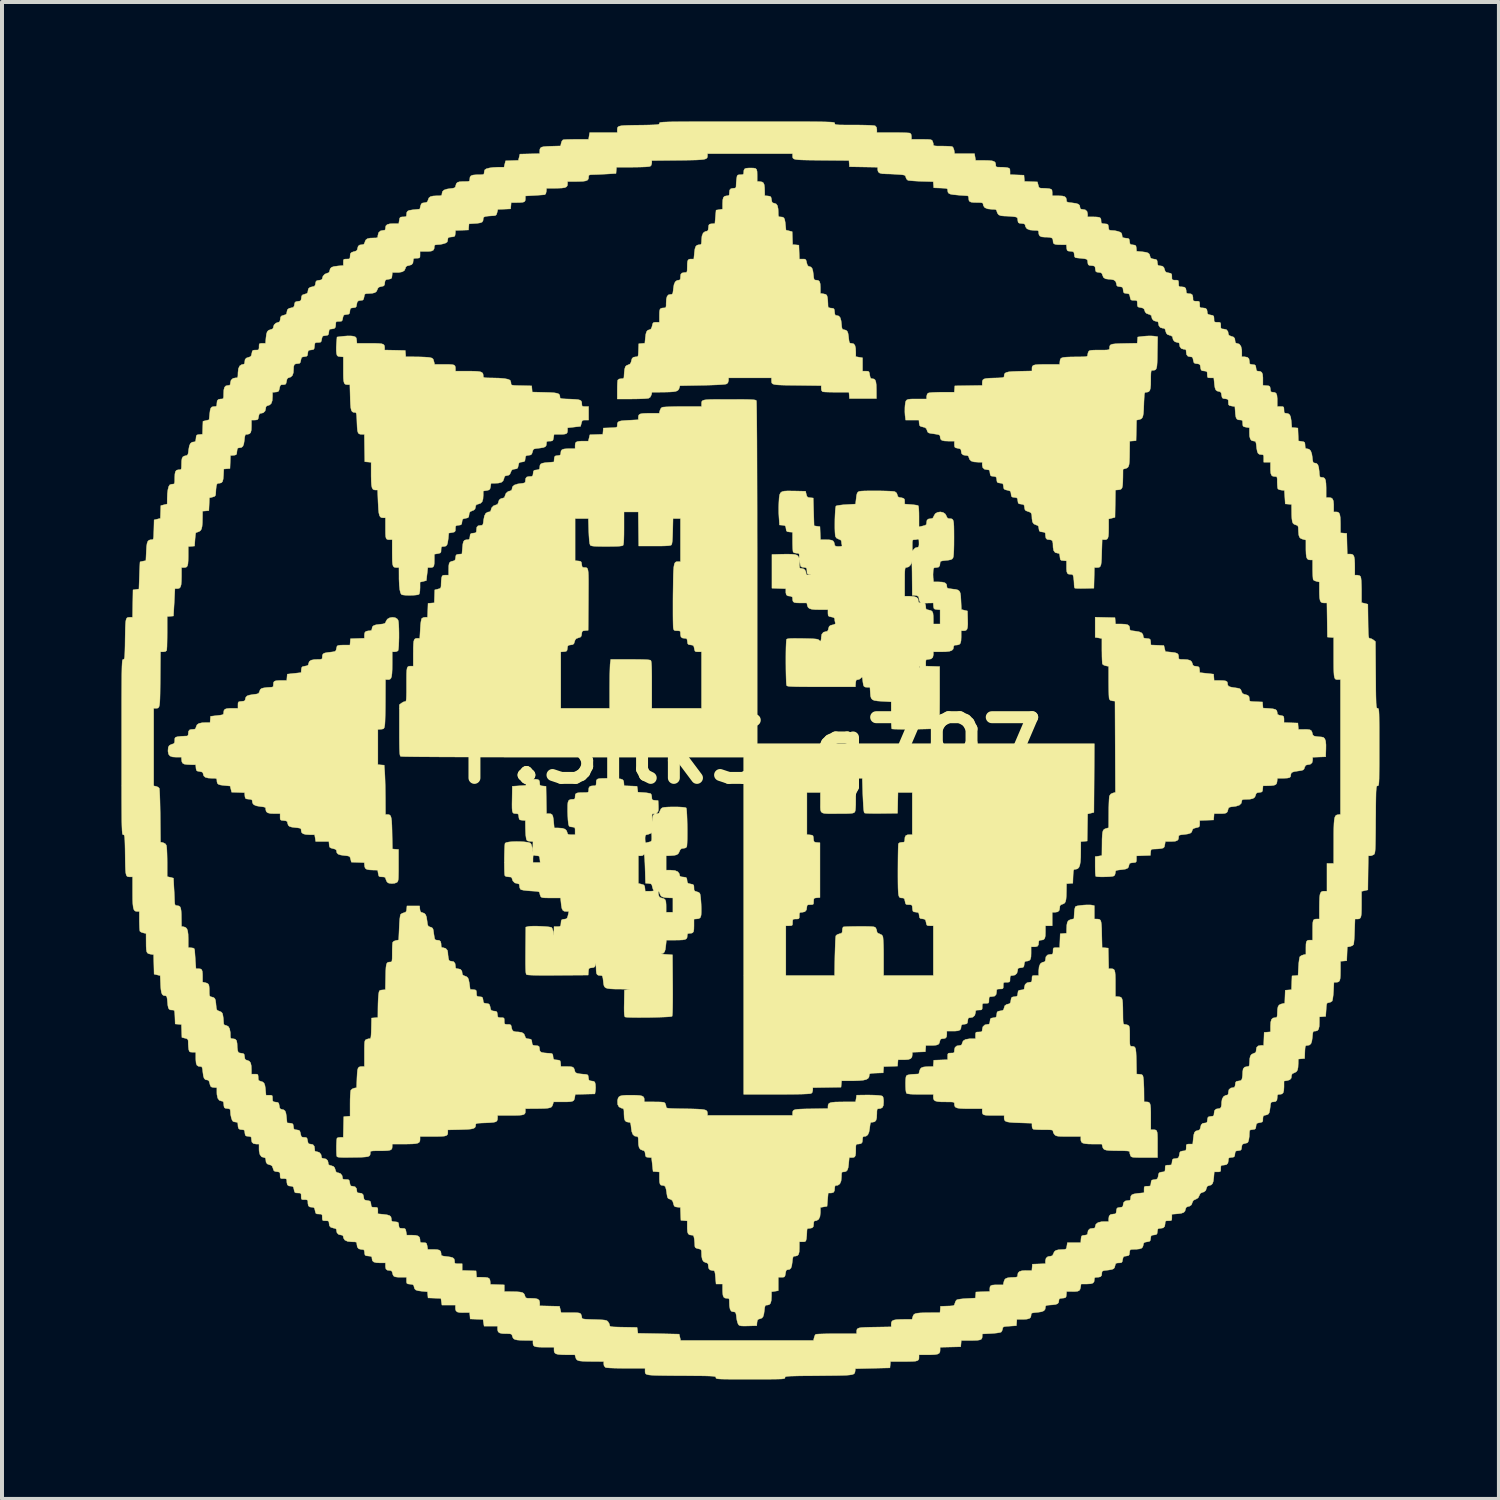
<source format=kicad_pcb>
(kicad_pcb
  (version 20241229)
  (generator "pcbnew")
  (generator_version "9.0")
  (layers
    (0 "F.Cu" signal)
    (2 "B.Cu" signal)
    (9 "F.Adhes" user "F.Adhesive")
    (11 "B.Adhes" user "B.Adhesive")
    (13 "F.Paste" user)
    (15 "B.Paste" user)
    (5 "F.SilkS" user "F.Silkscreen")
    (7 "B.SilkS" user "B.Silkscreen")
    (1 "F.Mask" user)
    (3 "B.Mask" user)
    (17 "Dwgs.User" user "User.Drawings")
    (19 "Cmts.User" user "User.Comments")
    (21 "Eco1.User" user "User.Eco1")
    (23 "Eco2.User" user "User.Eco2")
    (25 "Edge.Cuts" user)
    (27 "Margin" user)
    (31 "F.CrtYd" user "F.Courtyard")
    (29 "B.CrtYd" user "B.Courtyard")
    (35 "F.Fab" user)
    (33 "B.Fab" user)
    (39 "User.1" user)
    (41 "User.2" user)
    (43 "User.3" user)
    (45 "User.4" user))
  (footprint "F.SilkS_g797"
    (layer "F.Cu")
    (at 15.795 15.795)
    (property "Reference" "F.SilkS_g797" (at 0 0 0) (layer "F.SilkS") (effects (font (size 1.524 1.524) (thickness 0.3))))
    (attr through_hole)
    (fp_poly (pts (xy 8.906 -3.34) (xy 9.155 -3.334) (xy 9.161 -3.254) (xy 9.168 -3.175) (xy 9.305 -3.175) (xy 9.408 -3.17) (xy 9.475 -3.155) (xy 9.512 -3.125) (xy 9.525 -3.079) (xy 9.525 -3.071) (xy 9.527 -3.038) (xy 9.54 -3.019) (xy 9.573 -3.007) (xy 9.636 -2.999) (xy 9.663 -2.996) (xy 9.762 -2.979) (xy 9.826 -2.951) (xy 9.857 -2.909) (xy 9.864 -2.868) (xy 9.869 -2.836) (xy 9.893 -2.819) (xy 9.947 -2.812) (xy 9.954 -2.811) (xy 10.01 -2.805) (xy 10.037 -2.789) (xy 10.048 -2.752) (xy 10.05 -2.726) (xy 10.057 -2.648) (xy 10.382 -2.635) (xy 10.401 -2.558) (xy 10.42 -2.481) (xy 10.57 -2.467) (xy 10.659 -2.455) (xy 10.713 -2.439) (xy 10.741 -2.412) (xy 10.752 -2.369) (xy 10.752 -2.344) (xy 10.755 -2.311) (xy 10.77 -2.293) (xy 10.806 -2.287) (xy 10.868 -2.286) (xy 10.971 -2.28) (xy 11.04 -2.262) (xy 11.081 -2.227) (xy 11.098 -2.183) (xy 11.112 -2.14) (xy 11.141 -2.12) (xy 11.191 -2.113) (xy 11.244 -2.105) (xy 11.268 -2.085) (xy 11.277 -2.04) (xy 11.278 -2.03) (xy 11.284 -1.954) (xy 11.458 -1.935) (xy 11.631 -1.916) (xy 11.638 -1.836) (xy 11.644 -1.757) (xy 11.779 -1.757) (xy 11.875 -1.754) (xy 11.935 -1.745) (xy 11.968 -1.727) (xy 11.98 -1.697) (xy 11.981 -1.686) (xy 11.986 -1.642) (xy 12.008 -1.613) (xy 12.053 -1.594) (xy 12.13 -1.579) (xy 12.16 -1.575) (xy 12.238 -1.564) (xy 12.284 -1.552) (xy 12.309 -1.534) (xy 12.323 -1.504) (xy 12.329 -1.487) (xy 12.352 -1.437) (xy 12.392 -1.412) (xy 12.424 -1.405) (xy 12.489 -1.385) (xy 12.521 -1.352) (xy 12.53 -1.292) (xy 12.53 -1.287) (xy 12.532 -1.258) (xy 12.543 -1.24) (xy 12.572 -1.231) (xy 12.627 -1.226) (xy 12.695 -1.223) (xy 12.859 -1.217) (xy 12.865 -1.14) (xy 12.872 -1.064) (xy 13.031 -1.054) (xy 13.125 -1.044) (xy 13.184 -1.029) (xy 13.216 -1.002) (xy 13.228 -0.96) (xy 13.229 -0.938) (xy 13.238 -0.907) (xy 13.271 -0.888) (xy 13.314 -0.878) (xy 13.368 -0.867) (xy 13.392 -0.847) (xy 13.398 -0.805) (xy 13.399 -0.782) (xy 13.399 -0.7) (xy 13.573 -0.694) (xy 13.748 -0.688) (xy 13.754 -0.609) (xy 13.761 -0.529) (xy 13.895 -0.529) (xy 13.989 -0.527) (xy 14.049 -0.518) (xy 14.083 -0.498) (xy 14.102 -0.464) (xy 14.109 -0.434) (xy 14.124 -0.386) (xy 14.154 -0.362) (xy 14.199 -0.352) (xy 14.269 -0.343) (xy 14.332 -0.339) (xy 14.335 -0.339) (xy 14.387 -0.329) (xy 14.422 -0.296) (xy 14.444 -0.235) (xy 14.453 -0.141) (xy 14.452 -0.039) (xy 14.446 0.159) (xy 14.282 0.165) (xy 14.118 0.171) (xy 14.118 0.244) (xy 14.103 0.31) (xy 14.056 0.349) (xy 13.986 0.36) (xy 13.947 0.371) (xy 13.922 0.412) (xy 13.916 0.429) (xy 13.903 0.465) (xy 13.884 0.487) (xy 13.848 0.501) (xy 13.785 0.512) (xy 13.748 0.517) (xy 13.66 0.531) (xy 13.606 0.548) (xy 13.578 0.574) (xy 13.569 0.613) (xy 13.568 0.627) (xy 13.561 0.661) (xy 13.535 0.683) (xy 13.483 0.694) (xy 13.397 0.698) (xy 13.366 0.699) (xy 13.232 0.699) (xy 13.225 0.777) (xy 13.216 0.825) (xy 13.193 0.856) (xy 13.148 0.875) (xy 13.074 0.884) (xy 12.992 0.887) (xy 12.872 0.889) (xy 12.865 0.968) (xy 12.858 1.021) (xy 12.837 1.044) (xy 12.791 1.053) (xy 12.779 1.054) (xy 12.724 1.063) (xy 12.698 1.085) (xy 12.686 1.125) (xy 12.664 1.175) (xy 12.62 1.207) (xy 12.546 1.224) (xy 12.455 1.228) (xy 12.388 1.23) (xy 12.353 1.239) (xy 12.341 1.257) (xy 12.34 1.265) (xy 12.325 1.328) (xy 12.279 1.373) (xy 12.197 1.4) (xy 12.141 1.408) (xy 12.068 1.417) (xy 12.026 1.428) (xy 12.005 1.447) (xy 11.995 1.479) (xy 11.992 1.492) (xy 11.979 1.538) (xy 11.955 1.566) (xy 11.912 1.581) (xy 11.84 1.587) (xy 11.779 1.587) (xy 11.644 1.587) (xy 11.638 1.667) (xy 11.631 1.746) (xy 11.456 1.752) (xy 11.282 1.759) (xy 11.282 1.841) (xy 11.279 1.893) (xy 11.264 1.92) (xy 11.224 1.935) (xy 11.192 1.941) (xy 11.131 1.959) (xy 11.102 1.984) (xy 11.095 2.005) (xy 11.081 2.049) (xy 11.047 2.078) (xy 10.986 2.097) (xy 10.893 2.11) (xy 10.818 2.118) (xy 10.776 2.127) (xy 10.757 2.143) (xy 10.753 2.169) (xy 10.753 2.179) (xy 10.745 2.231) (xy 10.717 2.263) (xy 10.663 2.281) (xy 10.574 2.286) (xy 10.561 2.286) (xy 10.419 2.286) (xy 10.406 2.368) (xy 10.394 2.422) (xy 10.369 2.449) (xy 10.319 2.462) (xy 10.314 2.463) (xy 10.237 2.472) (xy 10.155 2.476) (xy 10.145 2.476) (xy 10.089 2.479) (xy 10.063 2.492) (xy 10.053 2.528) (xy 10.05 2.556) (xy 10.044 2.635) (xy 9.869 2.641) (xy 9.694 2.648) (xy 9.694 2.73) (xy 9.692 2.782) (xy 9.678 2.807) (xy 9.64 2.816) (xy 9.604 2.819) (xy 9.546 2.827) (xy 9.518 2.844) (xy 9.507 2.878) (xy 9.507 2.879) (xy 9.495 2.928) (xy 9.469 2.959) (xy 9.421 2.979) (xy 9.341 2.992) (xy 9.312 2.995) (xy 9.235 3.004) (xy 9.191 3.013) (xy 9.171 3.028) (xy 9.165 3.053) (xy 9.165 3.071) (xy 9.15 3.129) (xy 9.124 3.153) (xy 9.088 3.162) (xy 9.023 3.169) (xy 8.941 3.173) (xy 8.854 3.175) (xy 8.773 3.174) (xy 8.709 3.17) (xy 8.674 3.163) (xy 8.671 3.161) (xy 8.666 3.135) (xy 8.661 3.076) (xy 8.658 2.993) (xy 8.657 2.907) (xy 8.657 2.667) (xy 8.742 2.654) (xy 8.826 2.64) (xy 8.829 2.363) (xy 8.83 2.227) (xy 8.835 2.128) (xy 8.843 2.059) (xy 8.856 2.013) (xy 8.877 1.985) (xy 8.906 1.968) (xy 8.928 1.961) (xy 8.996 1.941) (xy 8.998 1.569) (xy 8.999 1.444) (xy 9.002 1.33) (xy 9.006 1.237) (xy 9.011 1.171) (xy 9.015 1.144) (xy 9.049 1.094) (xy 9.097 1.072) (xy 9.166 1.052) (xy 9.16 -0.093) (xy 9.155 -1.238) (xy 9.088 -1.245) (xy 9.033 -1.261) (xy 9.009 -1.298) (xy 9.005 -1.333) (xy 9.001 -1.403) (xy 8.999 -1.5) (xy 8.997 -1.616) (xy 8.996 -1.728) (xy 8.996 -2.112) (xy 8.924 -2.125) (xy 8.872 -2.143) (xy 8.84 -2.169) (xy 8.839 -2.172) (xy 8.835 -2.204) (xy 8.831 -2.27) (xy 8.828 -2.361) (xy 8.827 -2.469) (xy 8.826 -2.508) (xy 8.826 -2.811) (xy 8.742 -2.826) (xy 8.657 -2.84) (xy 8.657 -3.346) (xy 8.906 -3.34)) (stroke (width 0.01) (type solid)) (fill yes) (layer "F.SilkS"))
    (fp_poly (pts (xy 0.078 -14.625) (xy 0.128 -14.615) (xy 0.155 -14.588) (xy 0.167 -14.537) (xy 0.169 -14.455) (xy 0.169 -14.425) (xy 0.169 -14.29) (xy 0.248 -14.283) (xy 0.296 -14.274) (xy 0.327 -14.251) (xy 0.346 -14.206) (xy 0.355 -14.133) (xy 0.358 -14.051) (xy 0.36 -13.93) (xy 0.439 -13.924) (xy 0.491 -13.916) (xy 0.515 -13.896) (xy 0.527 -13.851) (xy 0.529 -13.832) (xy 0.54 -13.777) (xy 0.56 -13.751) (xy 0.599 -13.741) (xy 0.647 -13.723) (xy 0.679 -13.678) (xy 0.695 -13.601) (xy 0.699 -13.514) (xy 0.7 -13.447) (xy 0.707 -13.413) (xy 0.726 -13.4) (xy 0.757 -13.398) (xy 0.807 -13.393) (xy 0.84 -13.374) (xy 0.86 -13.333) (xy 0.873 -13.261) (xy 0.878 -13.217) (xy 0.893 -13.066) (xy 1.048 -13.028) (xy 1.054 -12.865) (xy 1.06 -12.702) (xy 1.139 -12.696) (xy 1.217 -12.689) (xy 1.229 -12.34) (xy 1.312 -12.34) (xy 1.364 -12.338) (xy 1.391 -12.322) (xy 1.406 -12.282) (xy 1.412 -12.25) (xy 1.43 -12.189) (xy 1.455 -12.16) (xy 1.475 -12.154) (xy 1.52 -12.139) (xy 1.549 -12.105) (xy 1.568 -12.044) (xy 1.581 -11.951) (xy 1.589 -11.876) (xy 1.598 -11.834) (xy 1.614 -11.816) (xy 1.64 -11.811) (xy 1.65 -11.811) (xy 1.702 -11.803) (xy 1.734 -11.776) (xy 1.751 -11.721) (xy 1.757 -11.633) (xy 1.757 -11.619) (xy 1.757 -11.478) (xy 1.839 -11.465) (xy 1.893 -11.452) (xy 1.919 -11.428) (xy 1.933 -11.378) (xy 1.934 -11.372) (xy 1.943 -11.295) (xy 1.947 -11.213) (xy 1.947 -11.204) (xy 1.949 -11.148) (xy 1.963 -11.121) (xy 1.999 -11.111) (xy 2.027 -11.108) (xy 2.077 -11.102) (xy 2.101 -11.084) (xy 2.11 -11.043) (xy 2.113 -11.012) (xy 2.12 -10.955) (xy 2.135 -10.929) (xy 2.166 -10.922) (xy 2.168 -10.922) (xy 2.219 -10.909) (xy 2.254 -10.868) (xy 2.276 -10.794) (xy 2.286 -10.712) (xy 2.293 -10.637) (xy 2.302 -10.594) (xy 2.319 -10.574) (xy 2.346 -10.566) (xy 2.349 -10.565) (xy 2.399 -10.553) (xy 2.43 -10.527) (xy 2.45 -10.479) (xy 2.463 -10.4) (xy 2.466 -10.371) (xy 2.475 -10.294) (xy 2.484 -10.25) (xy 2.499 -10.23) (xy 2.524 -10.224) (xy 2.543 -10.223) (xy 2.592 -10.211) (xy 2.624 -10.172) (xy 2.641 -10.1) (xy 2.646 -10.002) (xy 2.646 -9.889) (xy 2.731 -9.874) (xy 2.815 -9.86) (xy 2.815 -9.525) (xy 2.899 -9.525) (xy 2.95 -9.523) (xy 2.976 -9.509) (xy 2.989 -9.472) (xy 2.996 -9.43) (xy 3.008 -9.37) (xy 3.026 -9.342) (xy 3.056 -9.335) (xy 3.058 -9.335) (xy 3.101 -9.328) (xy 3.131 -9.303) (xy 3.15 -9.254) (xy 3.16 -9.176) (xy 3.163 -9.061) (xy 3.163 -9.052) (xy 3.164 -8.837) (xy 2.487 -8.837) (xy 2.481 -8.916) (xy 2.474 -8.996) (xy 2.159 -8.996) (xy 2.046 -8.997) (xy 1.946 -8.999) (xy 1.868 -9.002) (xy 1.821 -9.007) (xy 1.811 -9.009) (xy 1.785 -9.04) (xy 1.778 -9.091) (xy 1.778 -9.161) (xy 1.174 -9.169) (xy 0.992 -9.171) (xy 0.848 -9.173) (xy 0.738 -9.177) (xy 0.656 -9.182) (xy 0.6 -9.191) (xy 0.563 -9.203) (xy 0.542 -9.22) (xy 0.532 -9.242) (xy 0.53 -9.271) (xy 0.529 -9.297) (xy 0.529 -9.356) (xy -0.55 -9.356) (xy -0.55 -9.293) (xy -0.566 -9.233) (xy -0.596 -9.205) (xy -0.635 -9.196) (xy -0.716 -9.188) (xy -0.836 -9.181) (xy -0.996 -9.175) (xy -1.194 -9.17) (xy -1.207 -9.17) (xy -1.771 -9.159) (xy -1.79 -9.093) (xy -1.805 -9.06) (xy -1.831 -9.036) (xy -1.873 -9.018) (xy -1.938 -9.007) (xy -2.031 -9.001) (xy -2.158 -8.998) (xy -2.226 -8.997) (xy -2.473 -8.996) (xy -2.487 -8.931) (xy -2.518 -8.87) (xy -2.554 -8.846) (xy -2.592 -8.84) (xy -2.664 -8.834) (xy -2.762 -8.83) (xy -2.878 -8.827) (xy -2.975 -8.826) (xy -3.344 -8.826) (xy -3.344 -9.047) (xy -3.343 -9.142) (xy -3.34 -9.224) (xy -3.335 -9.281) (xy -3.331 -9.301) (xy -3.3 -9.327) (xy -3.247 -9.335) (xy -3.2 -9.338) (xy -3.179 -9.355) (xy -3.174 -9.4) (xy -3.174 -9.414) (xy -3.169 -9.491) (xy -3.159 -9.572) (xy -3.158 -9.577) (xy -3.142 -9.635) (xy -3.114 -9.665) (xy -3.075 -9.681) (xy -3.026 -9.703) (xy -3.001 -9.742) (xy -2.992 -9.777) (xy -2.973 -9.842) (xy -2.94 -9.874) (xy -2.882 -9.884) (xy -2.874 -9.885) (xy -2.845 -9.886) (xy -2.828 -9.897) (xy -2.818 -9.926) (xy -2.814 -9.981) (xy -2.811 -10.049) (xy -2.805 -10.213) (xy -2.652 -10.226) (xy -2.639 -10.365) (xy -2.626 -10.459) (xy -2.607 -10.519) (xy -2.577 -10.552) (xy -2.533 -10.566) (xy -2.5 -10.582) (xy -2.478 -10.624) (xy -2.468 -10.663) (xy -2.454 -10.719) (xy -2.434 -10.745) (xy -2.396 -10.752) (xy -2.368 -10.753) (xy -2.286 -10.753) (xy -2.286 -10.92) (xy -2.284 -11.011) (xy -2.275 -11.068) (xy -2.254 -11.098) (xy -2.216 -11.11) (xy -2.168 -11.113) (xy -2.138 -11.116) (xy -2.123 -11.133) (xy -2.117 -11.173) (xy -2.117 -11.228) (xy -2.111 -11.333) (xy -2.093 -11.402) (xy -2.061 -11.44) (xy -2.013 -11.451) (xy -1.98 -11.453) (xy -1.96 -11.464) (xy -1.948 -11.494) (xy -1.94 -11.552) (xy -1.935 -11.6) (xy -1.918 -11.703) (xy -1.888 -11.769) (xy -1.843 -11.803) (xy -1.794 -11.811) (xy -1.769 -11.82) (xy -1.758 -11.855) (xy -1.757 -11.893) (xy -1.749 -11.956) (xy -1.72 -11.989) (xy -1.661 -12.001) (xy -1.639 -12.002) (xy -1.611 -12.004) (xy -1.596 -12.019) (xy -1.589 -12.054) (xy -1.588 -12.121) (xy -1.587 -12.137) (xy -1.585 -12.232) (xy -1.577 -12.292) (xy -1.558 -12.324) (xy -1.526 -12.338) (xy -1.492 -12.34) (xy -1.422 -12.34) (xy -1.407 -12.5) (xy -1.394 -12.595) (xy -1.374 -12.655) (xy -1.342 -12.687) (xy -1.294 -12.699) (xy -1.271 -12.7) (xy -1.246 -12.705) (xy -1.233 -12.727) (xy -1.228 -12.775) (xy -1.227 -12.811) (xy -1.217 -12.921) (xy -1.187 -12.994) (xy -1.137 -13.031) (xy -1.117 -13.035) (xy -1.081 -13.044) (xy -1.063 -13.069) (xy -1.055 -13.123) (xy -1.054 -13.13) (xy -1.048 -13.186) (xy -1.031 -13.213) (xy -0.994 -13.223) (xy -0.97 -13.225) (xy -0.893 -13.231) (xy -0.878 -13.4) (xy -0.863 -13.568) (xy -0.781 -13.581) (xy -0.699 -13.594) (xy -0.699 -13.736) (xy -0.694 -13.829) (xy -0.679 -13.887) (xy -0.648 -13.917) (xy -0.599 -13.927) (xy -0.588 -13.928) (xy -0.55 -13.932) (xy -0.533 -13.952) (xy -0.529 -14) (xy -0.529 -14.01) (xy -0.521 -14.073) (xy -0.492 -14.106) (xy -0.433 -14.118) (xy -0.411 -14.118) (xy -0.376 -14.124) (xy -0.362 -14.151) (xy -0.36 -14.189) (xy -0.357 -14.256) (xy -0.349 -14.336) (xy -0.346 -14.359) (xy -0.337 -14.418) (xy -0.321 -14.447) (xy -0.29 -14.456) (xy -0.251 -14.457) (xy -0.198 -14.46) (xy -0.174 -14.475) (xy -0.169 -14.508) (xy -0.165 -14.567) (xy -0.148 -14.602) (xy -0.109 -14.62) (xy -0.039 -14.626) (xy 0 -14.626) (xy 0.078 -14.625)) (stroke (width 0.01) (type solid)) (fill yes) (layer "F.SilkS"))
    (fp_poly (pts (xy -10.019 -10.408) (xy -9.973 -10.402) (xy -9.921 -10.384) (xy -9.898 -10.357) (xy -9.889 -10.303) (xy -9.889 -10.303) (xy -9.882 -10.223) (xy -9.56 -10.223) (xy -9.426 -10.223) (xy -9.328 -10.219) (xy -9.261 -10.212) (xy -9.219 -10.198) (xy -9.197 -10.176) (xy -9.188 -10.145) (xy -9.186 -10.114) (xy -9.186 -10.055) (xy -8.927 -10.05) (xy -8.668 -10.044) (xy -8.661 -9.964) (xy -8.655 -9.885) (xy -8.397 -9.884) (xy -8.287 -9.882) (xy -8.185 -9.878) (xy -8.102 -9.873) (xy -8.054 -9.867) (xy -7.998 -9.853) (xy -7.968 -9.827) (xy -7.95 -9.776) (xy -7.95 -9.773) (xy -7.93 -9.694) (xy -7.682 -9.694) (xy -7.57 -9.694) (xy -7.494 -9.689) (xy -7.446 -9.679) (xy -7.421 -9.659) (xy -7.41 -9.627) (xy -7.408 -9.58) (xy -7.408 -9.576) (xy -7.408 -9.525) (xy -7.092 -9.525) (xy -6.956 -9.524) (xy -6.856 -9.519) (xy -6.787 -9.51) (xy -6.744 -9.493) (xy -6.72 -9.468) (xy -6.711 -9.432) (xy -6.71 -9.407) (xy -6.708 -9.384) (xy -6.699 -9.37) (xy -6.675 -9.361) (xy -6.629 -9.357) (xy -6.552 -9.355) (xy -6.482 -9.354) (xy -6.314 -9.35) (xy -6.183 -9.339) (xy -6.091 -9.322) (xy -6.039 -9.299) (xy -6.031 -9.29) (xy -6.015 -9.245) (xy -6.012 -9.213) (xy -6.01 -9.194) (xy -6 -9.18) (xy -5.974 -9.172) (xy -5.927 -9.166) (xy -5.85 -9.163) (xy -5.752 -9.161) (xy -5.493 -9.155) (xy -5.486 -9.077) (xy -5.48 -9) (xy -5.167 -8.992) (xy -5.029 -8.988) (xy -4.929 -8.981) (xy -4.859 -8.97) (xy -4.816 -8.953) (xy -4.793 -8.928) (xy -4.784 -8.894) (xy -4.784 -8.879) (xy -4.782 -8.859) (xy -4.772 -8.845) (xy -4.746 -8.836) (xy -4.699 -8.83) (xy -4.622 -8.826) (xy -4.528 -8.823) (xy -4.411 -8.817) (xy -4.33 -8.81) (xy -4.279 -8.796) (xy -4.25 -8.775) (xy -4.237 -8.743) (xy -4.234 -8.696) (xy -4.234 -8.694) (xy -4.23 -8.657) (xy -4.21 -8.64) (xy -4.162 -8.636) (xy -4.149 -8.636) (xy -4.064 -8.636) (xy -4.064 -8.297) (xy -4.145 -8.297) (xy -4.199 -8.294) (xy -4.226 -8.275) (xy -4.243 -8.229) (xy -4.245 -8.218) (xy -4.265 -8.139) (xy -4.593 -8.102) (xy -4.593 -8.032) (xy -4.598 -7.988) (xy -4.616 -7.96) (xy -4.656 -7.945) (xy -4.724 -7.938) (xy -4.796 -7.938) (xy -4.931 -7.938) (xy -4.945 -7.853) (xy -4.956 -7.799) (xy -4.976 -7.775) (xy -5.017 -7.768) (xy -5.04 -7.768) (xy -5.094 -7.765) (xy -5.117 -7.751) (xy -5.122 -7.716) (xy -5.122 -7.707) (xy -5.128 -7.66) (xy -5.151 -7.628) (xy -5.199 -7.607) (xy -5.279 -7.594) (xy -5.315 -7.59) (xy -5.389 -7.581) (xy -5.433 -7.57) (xy -5.455 -7.552) (xy -5.468 -7.518) (xy -5.473 -7.497) (xy -5.491 -7.445) (xy -5.518 -7.421) (xy -5.571 -7.412) (xy -5.623 -7.405) (xy -5.646 -7.383) (xy -5.655 -7.335) (xy -5.656 -7.328) (xy -5.663 -7.276) (xy -5.685 -7.252) (xy -5.732 -7.244) (xy -5.739 -7.243) (xy -5.789 -7.235) (xy -5.814 -7.214) (xy -5.827 -7.165) (xy -5.829 -7.154) (xy -5.841 -7.101) (xy -5.863 -7.076) (xy -5.909 -7.067) (xy -5.919 -7.066) (xy -5.973 -7.055) (xy -6.002 -7.028) (xy -6.019 -6.985) (xy -6.043 -6.933) (xy -6.077 -6.91) (xy -6.11 -6.904) (xy -6.157 -6.894) (xy -6.18 -6.865) (xy -6.19 -6.824) (xy -6.212 -6.768) (xy -6.255 -6.732) (xy -6.327 -6.714) (xy -6.412 -6.71) (xy -6.514 -6.71) (xy -6.527 -6.625) (xy -6.54 -6.57) (xy -6.563 -6.543) (xy -6.61 -6.53) (xy -6.625 -6.527) (xy -6.71 -6.514) (xy -6.71 -6.412) (xy -6.716 -6.312) (xy -6.737 -6.246) (xy -6.776 -6.207) (xy -6.824 -6.19) (xy -6.875 -6.175) (xy -6.898 -6.147) (xy -6.904 -6.11) (xy -6.917 -6.061) (xy -6.95 -6.033) (xy -6.985 -6.019) (xy -7.036 -5.997) (xy -7.059 -5.964) (xy -7.066 -5.919) (xy -7.074 -5.868) (xy -7.095 -5.843) (xy -7.144 -5.831) (xy -7.154 -5.829) (xy -7.208 -5.817) (xy -7.233 -5.795) (xy -7.242 -5.749) (xy -7.243 -5.739) (xy -7.251 -5.688) (xy -7.272 -5.665) (xy -7.32 -5.656) (xy -7.329 -5.656) (xy -7.38 -5.648) (xy -7.403 -5.63) (xy -7.408 -5.586) (xy -7.408 -5.567) (xy -7.411 -5.515) (xy -7.428 -5.489) (xy -7.471 -5.475) (xy -7.491 -5.472) (xy -7.575 -5.458) (xy -7.589 -5.317) (xy -7.602 -5.224) (xy -7.619 -5.165) (xy -7.646 -5.134) (xy -7.687 -5.123) (xy -7.707 -5.122) (xy -7.747 -5.119) (xy -7.764 -5.099) (xy -7.768 -5.052) (xy -7.768 -5.04) (xy -7.771 -4.986) (xy -7.787 -4.96) (xy -7.829 -4.947) (xy -7.853 -4.942) (xy -7.938 -4.928) (xy -7.938 -4.794) (xy -7.94 -4.7) (xy -7.948 -4.641) (xy -7.967 -4.608) (xy -8 -4.595) (xy -8.032 -4.593) (xy -8.102 -4.593) (xy -8.139 -4.265) (xy -8.297 -4.226) (xy -8.297 -4.086) (xy -8.301 -4.005) (xy -8.311 -3.945) (xy -8.323 -3.92) (xy -8.355 -3.909) (xy -8.417 -3.901) (xy -8.498 -3.896) (xy -8.585 -3.895) (xy -8.666 -3.898) (xy -8.729 -3.905) (xy -8.761 -3.914) (xy -8.786 -3.953) (xy -8.805 -4.032) (xy -8.818 -4.15) (xy -8.825 -4.307) (xy -8.825 -4.366) (xy -8.826 -4.593) (xy -8.886 -4.593) (xy -8.925 -4.596) (xy -8.954 -4.607) (xy -8.974 -4.634) (xy -8.986 -4.68) (xy -8.993 -4.753) (xy -8.995 -4.859) (xy -8.996 -4.968) (xy -8.996 -5.292) (xy -9.047 -5.292) (xy -9.094 -5.293) (xy -9.127 -5.302) (xy -9.148 -5.325) (xy -9.159 -5.369) (xy -9.164 -5.44) (xy -9.165 -5.546) (xy -9.165 -5.58) (xy -9.165 -5.842) (xy -9.228 -5.842) (xy -9.266 -5.847) (xy -9.295 -5.865) (xy -9.316 -5.902) (xy -9.331 -5.963) (xy -9.341 -6.053) (xy -9.348 -6.178) (xy -9.351 -6.237) (xy -9.362 -6.54) (xy -9.423 -6.54) (xy -9.459 -6.546) (xy -9.485 -6.565) (xy -9.504 -6.603) (xy -9.516 -6.667) (xy -9.522 -6.759) (xy -9.525 -6.887) (xy -9.525 -6.943) (xy -9.525 -7.236) (xy -9.684 -7.25) (xy -9.69 -7.594) (xy -9.695 -7.938) (xy -9.753 -7.938) (xy -9.8 -7.941) (xy -9.833 -7.953) (xy -9.854 -7.982) (xy -9.868 -8.033) (xy -9.876 -8.113) (xy -9.881 -8.228) (xy -9.881 -8.232) (xy -9.885 -8.34) (xy -9.89 -8.412) (xy -9.896 -8.456) (xy -9.906 -8.478) (xy -9.92 -8.487) (xy -9.938 -8.488) (xy -9.975 -8.492) (xy -10.003 -8.51) (xy -10.023 -8.545) (xy -10.036 -8.604) (xy -10.044 -8.693) (xy -10.05 -8.816) (xy -10.051 -8.872) (xy -10.059 -9.186) (xy -10.116 -9.186) (xy -10.154 -9.189) (xy -10.183 -9.201) (xy -10.202 -9.228) (xy -10.214 -9.276) (xy -10.221 -9.35) (xy -10.223 -9.456) (xy -10.223 -9.56) (xy -10.223 -9.882) (xy -10.303 -9.889) (xy -10.354 -9.897) (xy -10.38 -9.918) (xy -10.393 -9.965) (xy -10.395 -9.978) (xy -10.4 -10.041) (xy -10.4 -10.128) (xy -10.395 -10.219) (xy -10.395 -10.221) (xy -10.382 -10.382) (xy -10.217 -10.402) (xy -10.11 -10.41) (xy -10.019 -10.408)) (stroke (width 0.01) (type solid)) (fill yes) (layer "F.SilkS"))
    (fp_poly (pts (xy 10.128 -10.405) (xy 10.226 -10.39) (xy 10.219 -9.988) (xy 10.217 -9.841) (xy 10.213 -9.731) (xy 10.207 -9.652) (xy 10.196 -9.6) (xy 10.181 -9.569) (xy 10.159 -9.553) (xy 10.128 -9.547) (xy 10.102 -9.546) (xy 10.081 -9.545) (xy 10.068 -9.535) (xy 10.06 -9.509) (xy 10.056 -9.461) (xy 10.054 -9.384) (xy 10.054 -9.304) (xy 10.052 -9.182) (xy 10.044 -9.097) (xy 10.029 -9.041) (xy 10.003 -9.01) (xy 9.965 -8.997) (xy 9.939 -8.996) (xy 9.92 -8.994) (xy 9.907 -8.986) (xy 9.897 -8.964) (xy 9.891 -8.923) (xy 9.887 -8.855) (xy 9.882 -8.754) (xy 9.88 -8.69) (xy 9.875 -8.558) (xy 9.868 -8.462) (xy 9.856 -8.396) (xy 9.839 -8.354) (xy 9.814 -8.328) (xy 9.779 -8.313) (xy 9.757 -8.308) (xy 9.696 -8.294) (xy 9.69 -8.037) (xy 9.684 -7.779) (xy 9.604 -7.772) (xy 9.525 -7.766) (xy 9.522 -7.497) (xy 9.52 -7.359) (xy 9.516 -7.257) (xy 9.509 -7.185) (xy 9.496 -7.138) (xy 9.477 -7.108) (xy 9.45 -7.09) (xy 9.424 -7.081) (xy 9.356 -7.061) (xy 9.354 -6.859) (xy 9.351 -6.739) (xy 9.345 -6.655) (xy 9.334 -6.599) (xy 9.314 -6.567) (xy 9.284 -6.551) (xy 9.244 -6.545) (xy 9.166 -6.538) (xy 9.155 -5.853) (xy 8.996 -5.813) (xy 8.996 -5.578) (xy 8.994 -5.462) (xy 8.988 -5.382) (xy 8.975 -5.332) (xy 8.952 -5.304) (xy 8.917 -5.293) (xy 8.889 -5.292) (xy 8.832 -5.292) (xy 8.822 -4.962) (xy 8.818 -4.829) (xy 8.812 -4.733) (xy 8.803 -4.667) (xy 8.788 -4.626) (xy 8.767 -4.604) (xy 8.736 -4.595) (xy 8.695 -4.593) (xy 8.637 -4.593) (xy 8.625 -4.075) (xy 8.391 -4.069) (xy 8.296 -4.068) (xy 8.216 -4.069) (xy 8.162 -4.073) (xy 8.143 -4.077) (xy 8.133 -4.106) (xy 8.128 -4.16) (xy 8.128 -4.179) (xy 8.124 -4.259) (xy 8.115 -4.338) (xy 8.114 -4.344) (xy 8.102 -4.397) (xy 8.08 -4.419) (xy 8.036 -4.424) (xy 8.032 -4.424) (xy 7.988 -4.428) (xy 7.96 -4.447) (xy 7.945 -4.487) (xy 7.938 -4.556) (xy 7.938 -4.625) (xy 7.938 -4.76) (xy 7.858 -4.767) (xy 7.808 -4.773) (xy 7.784 -4.791) (xy 7.775 -4.832) (xy 7.772 -4.863) (xy 7.765 -4.92) (xy 7.75 -4.946) (xy 7.719 -4.953) (xy 7.716 -4.953) (xy 7.653 -4.969) (xy 7.615 -5.019) (xy 7.599 -5.103) (xy 7.599 -5.122) (xy 7.596 -5.207) (xy 7.583 -5.259) (xy 7.557 -5.284) (xy 7.512 -5.292) (xy 7.504 -5.292) (xy 7.449 -5.3) (xy 7.42 -5.332) (xy 7.409 -5.394) (xy 7.408 -5.419) (xy 7.404 -5.459) (xy 7.382 -5.478) (xy 7.33 -5.486) (xy 7.329 -5.486) (xy 7.277 -5.494) (xy 7.253 -5.514) (xy 7.244 -5.561) (xy 7.243 -5.571) (xy 7.234 -5.625) (xy 7.21 -5.651) (xy 7.174 -5.662) (xy 7.117 -5.688) (xy 7.083 -5.737) (xy 7.07 -5.818) (xy 7.069 -5.846) (xy 7.065 -5.919) (xy 7.047 -5.962) (xy 7.008 -5.988) (xy 6.964 -6.003) (xy 6.913 -6.022) (xy 6.891 -6.053) (xy 6.883 -6.101) (xy 6.875 -6.152) (xy 6.854 -6.175) (xy 6.806 -6.184) (xy 6.799 -6.185) (xy 6.747 -6.193) (xy 6.723 -6.214) (xy 6.715 -6.262) (xy 6.714 -6.269) (xy 6.706 -6.321) (xy 6.685 -6.345) (xy 6.637 -6.353) (xy 6.629 -6.354) (xy 6.577 -6.362) (xy 6.554 -6.383) (xy 6.545 -6.431) (xy 6.545 -6.439) (xy 6.537 -6.489) (xy 6.517 -6.515) (xy 6.472 -6.53) (xy 6.449 -6.535) (xy 6.393 -6.549) (xy 6.366 -6.57) (xy 6.356 -6.611) (xy 6.354 -6.63) (xy 6.346 -6.681) (xy 6.325 -6.705) (xy 6.277 -6.713) (xy 6.269 -6.714) (xy 6.217 -6.722) (xy 6.194 -6.743) (xy 6.185 -6.791) (xy 6.185 -6.799) (xy 6.177 -6.851) (xy 6.156 -6.874) (xy 6.108 -6.883) (xy 6.1 -6.883) (xy 6.048 -6.891) (xy 6.025 -6.912) (xy 6.016 -6.959) (xy 6.015 -6.969) (xy 6.007 -7.022) (xy 5.988 -7.044) (xy 5.956 -7.048) (xy 5.879 -7.061) (xy 5.835 -7.101) (xy 5.821 -7.166) (xy 5.821 -7.239) (xy 5.716 -7.239) (xy 5.611 -7.246) (xy 5.542 -7.269) (xy 5.502 -7.31) (xy 5.49 -7.344) (xy 5.474 -7.39) (xy 5.443 -7.406) (xy 5.41 -7.408) (xy 5.34 -7.421) (xy 5.301 -7.46) (xy 5.292 -7.517) (xy 5.286 -7.555) (xy 5.263 -7.575) (xy 5.208 -7.588) (xy 5.207 -7.588) (xy 5.153 -7.6) (xy 5.129 -7.62) (xy 5.123 -7.662) (xy 5.122 -7.685) (xy 5.122 -7.768) (xy 4.964 -7.768) (xy 4.869 -7.772) (xy 4.808 -7.787) (xy 4.776 -7.817) (xy 4.763 -7.867) (xy 4.763 -7.89) (xy 4.756 -7.912) (xy 4.732 -7.927) (xy 4.682 -7.939) (xy 4.609 -7.95) (xy 4.53 -7.961) (xy 4.482 -7.972) (xy 4.456 -7.989) (xy 4.442 -8.017) (xy 4.435 -8.038) (xy 4.415 -8.084) (xy 4.38 -8.11) (xy 4.33 -8.123) (xy 4.275 -8.137) (xy 4.249 -8.159) (xy 4.239 -8.203) (xy 4.237 -8.219) (xy 4.231 -8.297) (xy 3.898 -8.297) (xy 3.883 -8.414) (xy 3.878 -8.502) (xy 3.879 -8.605) (xy 3.883 -8.666) (xy 3.891 -8.728) (xy 3.902 -8.772) (xy 3.924 -8.8) (xy 3.964 -8.816) (xy 4.027 -8.824) (xy 4.122 -8.826) (xy 4.207 -8.826) (xy 4.424 -8.826) (xy 4.424 -8.889) (xy 4.439 -8.949) (xy 4.465 -8.974) (xy 4.5 -8.982) (xy 4.57 -8.989) (xy 4.664 -8.993) (xy 4.776 -8.996) (xy 4.813 -8.996) (xy 5.12 -8.996) (xy 5.126 -9.075) (xy 5.133 -9.155) (xy 5.821 -9.166) (xy 5.821 -9.224) (xy 5.824 -9.272) (xy 5.837 -9.305) (xy 5.865 -9.327) (xy 5.916 -9.34) (xy 5.997 -9.348) (xy 6.112 -9.352) (xy 6.116 -9.352) (xy 6.224 -9.355) (xy 6.296 -9.359) (xy 6.339 -9.365) (xy 6.362 -9.375) (xy 6.37 -9.389) (xy 6.371 -9.408) (xy 6.376 -9.445) (xy 6.393 -9.473) (xy 6.428 -9.493) (xy 6.487 -9.507) (xy 6.575 -9.515) (xy 6.697 -9.52) (xy 6.755 -9.522) (xy 7.07 -9.529) (xy 7.07 -9.586) (xy 7.072 -9.625) (xy 7.084 -9.653) (xy 7.111 -9.673) (xy 7.159 -9.685) (xy 7.233 -9.691) (xy 7.339 -9.694) (xy 7.443 -9.694) (xy 7.766 -9.694) (xy 7.772 -9.773) (xy 7.778 -9.81) (xy 7.79 -9.838) (xy 7.816 -9.857) (xy 7.862 -9.87) (xy 7.931 -9.877) (xy 8.032 -9.881) (xy 8.168 -9.883) (xy 8.176 -9.883) (xy 8.292 -9.884) (xy 8.372 -9.886) (xy 8.423 -9.89) (xy 8.451 -9.897) (xy 8.464 -9.909) (xy 8.467 -9.925) (xy 8.467 -9.929) (xy 8.477 -9.984) (xy 8.489 -10.013) (xy 8.502 -10.031) (xy 8.524 -10.042) (xy 8.563 -10.049) (xy 8.626 -10.053) (xy 8.721 -10.054) (xy 8.764 -10.054) (xy 8.871 -10.054) (xy 8.942 -10.056) (xy 8.986 -10.061) (xy 9.008 -10.07) (xy 9.016 -10.084) (xy 9.017 -10.102) (xy 9.02 -10.142) (xy 9.03 -10.171) (xy 9.054 -10.191) (xy 9.098 -10.204) (xy 9.168 -10.212) (xy 9.269 -10.217) (xy 9.385 -10.22) (xy 9.713 -10.226) (xy 9.72 -10.304) (xy 9.726 -10.382) (xy 9.878 -10.401) (xy 9.971 -10.408) (xy 10.063 -10.409) (xy 10.128 -10.405)) (stroke (width 0.01) (type solid)) (fill yes) (layer "F.SilkS"))
    (fp_poly (pts (xy -8.922 -3.334) (xy -8.869 -3.302) (xy -8.847 -3.268) (xy -8.838 -3.224) (xy -8.832 -3.15) (xy -8.828 -3.054) (xy -8.826 -2.946) (xy -8.826 -2.833) (xy -8.829 -2.724) (xy -8.833 -2.628) (xy -8.84 -2.553) (xy -8.848 -2.509) (xy -8.852 -2.502) (xy -8.891 -2.483) (xy -8.937 -2.477) (xy -8.996 -2.477) (xy -8.996 -2.182) (xy -8.997 -2.04) (xy -9.002 -1.935) (xy -9.011 -1.862) (xy -9.027 -1.815) (xy -9.051 -1.789) (xy -9.083 -1.779) (xy -9.101 -1.778) (xy -9.165 -1.778) (xy -9.167 -1.254) (xy -9.168 -1.104) (xy -9.17 -0.962) (xy -9.173 -0.836) (xy -9.176 -0.734) (xy -9.18 -0.662) (xy -9.183 -0.635) (xy -9.194 -0.576) (xy -9.211 -0.547) (xy -9.246 -0.536) (xy -9.276 -0.533) (xy -9.356 -0.527) (xy -9.356 0.357) (xy -9.276 0.364) (xy -9.197 0.37) (xy -9.183 0.561) (xy -9.179 0.644) (xy -9.175 0.758) (xy -9.171 0.894) (xy -9.169 1.039) (xy -9.167 1.18) (xy -9.165 1.609) (xy -9.115 1.609) (xy -9.08 1.612) (xy -9.053 1.625) (xy -9.033 1.652) (xy -9.02 1.7) (xy -9.01 1.772) (xy -9.004 1.875) (xy -9 2.013) (xy -8.999 2.076) (xy -8.991 2.474) (xy -8.914 2.481) (xy -8.837 2.487) (xy -8.837 2.886) (xy -8.837 3.026) (xy -8.839 3.129) (xy -8.841 3.203) (xy -8.846 3.252) (xy -8.854 3.283) (xy -8.865 3.302) (xy -8.878 3.314) (xy -8.935 3.336) (xy -9.009 3.343) (xy -9.079 3.333) (xy -9.105 3.322) (xy -9.135 3.288) (xy -9.155 3.238) (xy -9.168 3.197) (xy -9.195 3.179) (xy -9.248 3.175) (xy -9.251 3.175) (xy -9.305 3.172) (xy -9.331 3.156) (xy -9.343 3.114) (xy -9.348 3.09) (xy -9.361 3.006) (xy -9.469 3.004) (xy -9.568 2.999) (xy -9.632 2.987) (xy -9.669 2.963) (xy -9.686 2.925) (xy -9.69 2.895) (xy -9.697 2.817) (xy -10.022 2.805) (xy -10.041 2.728) (xy -10.053 2.687) (xy -10.07 2.663) (xy -10.104 2.65) (xy -10.164 2.642) (xy -10.197 2.639) (xy -10.293 2.625) (xy -10.354 2.604) (xy -10.385 2.572) (xy -10.393 2.531) (xy -10.401 2.499) (xy -10.434 2.478) (xy -10.483 2.465) (xy -10.539 2.449) (xy -10.567 2.428) (xy -10.577 2.387) (xy -10.579 2.365) (xy -10.586 2.286) (xy -10.917 2.286) (xy -10.93 2.201) (xy -10.944 2.117) (xy -11.058 2.117) (xy -11.164 2.111) (xy -11.233 2.093) (xy -11.271 2.06) (xy -11.282 2.014) (xy -11.284 1.981) (xy -11.295 1.961) (xy -11.326 1.95) (xy -11.385 1.941) (xy -11.429 1.937) (xy -11.519 1.925) (xy -11.575 1.908) (xy -11.606 1.88) (xy -11.621 1.836) (xy -11.624 1.82) (xy -11.634 1.786) (xy -11.662 1.769) (xy -11.719 1.761) (xy -11.721 1.761) (xy -11.777 1.755) (xy -11.803 1.74) (xy -11.811 1.704) (xy -11.811 1.671) (xy -11.811 1.587) (xy -11.95 1.587) (xy -12.053 1.583) (xy -12.12 1.567) (xy -12.157 1.538) (xy -12.171 1.493) (xy -12.171 1.483) (xy -12.173 1.451) (xy -12.186 1.431) (xy -12.219 1.42) (xy -12.282 1.411) (xy -12.309 1.408) (xy -12.408 1.391) (xy -12.471 1.363) (xy -12.503 1.321) (xy -12.509 1.28) (xy -12.515 1.248) (xy -12.539 1.232) (xy -12.593 1.224) (xy -12.599 1.224) (xy -12.656 1.217) (xy -12.683 1.201) (xy -12.693 1.165) (xy -12.696 1.139) (xy -12.702 1.06) (xy -12.865 1.054) (xy -13.028 1.048) (xy -13.047 0.971) (xy -13.066 0.894) (xy -13.216 0.879) (xy -13.305 0.868) (xy -13.359 0.851) (xy -13.387 0.824) (xy -13.397 0.781) (xy -13.398 0.757) (xy -13.401 0.723) (xy -13.415 0.706) (xy -13.452 0.699) (xy -13.514 0.699) (xy -13.619 0.693) (xy -13.689 0.674) (xy -13.728 0.639) (xy -13.741 0.599) (xy -13.751 0.56) (xy -13.778 0.54) (xy -13.832 0.529) (xy -13.887 0.519) (xy -13.912 0.5) (xy -13.922 0.457) (xy -13.924 0.439) (xy -13.93 0.36) (xy -14.051 0.358) (xy -14.152 0.353) (xy -14.218 0.343) (xy -14.258 0.321) (xy -14.277 0.287) (xy -14.283 0.248) (xy -14.29 0.169) (xy -14.411 0.169) (xy -14.511 0.163) (xy -14.576 0.139) (xy -14.612 0.094) (xy -14.626 0.024) (xy -14.626 0.001) (xy -14.62 -0.075) (xy -14.596 -0.122) (xy -14.546 -0.15) (xy -14.515 -0.159) (xy -14.476 -0.175) (xy -14.46 -0.205) (xy -14.457 -0.254) (xy -14.454 -0.306) (xy -14.435 -0.331) (xy -14.39 -0.344) (xy -14.377 -0.346) (xy -14.301 -0.355) (xy -14.219 -0.359) (xy -14.208 -0.36) (xy -14.151 -0.362) (xy -14.125 -0.375) (xy -14.118 -0.403) (xy -14.118 -0.411) (xy -14.111 -0.48) (xy -14.084 -0.516) (xy -14.03 -0.529) (xy -14.013 -0.529) (xy -13.959 -0.533) (xy -13.933 -0.551) (xy -13.92 -0.593) (xy -13.897 -0.645) (xy -13.849 -0.678) (xy -13.77 -0.695) (xy -13.684 -0.699) (xy -13.57 -0.699) (xy -13.564 -0.778) (xy -13.557 -0.857) (xy -13.393 -0.876) (xy -13.311 -0.886) (xy -13.262 -0.895) (xy -13.238 -0.909) (xy -13.23 -0.93) (xy -13.229 -0.951) (xy -13.222 -1.001) (xy -13.197 -1.034) (xy -13.147 -1.051) (xy -13.064 -1.058) (xy -13.024 -1.058) (xy -12.869 -1.058) (xy -12.869 -1.142) (xy -12.867 -1.194) (xy -12.853 -1.219) (xy -12.815 -1.229) (xy -12.779 -1.232) (xy -12.722 -1.239) (xy -12.694 -1.255) (xy -12.684 -1.289) (xy -12.683 -1.298) (xy -12.67 -1.34) (xy -12.638 -1.37) (xy -12.579 -1.39) (xy -12.487 -1.405) (xy -12.465 -1.408) (xy -12.396 -1.417) (xy -12.358 -1.43) (xy -12.338 -1.455) (xy -12.326 -1.488) (xy -12.306 -1.534) (xy -12.271 -1.558) (xy -12.223 -1.57) (xy -12.144 -1.581) (xy -12.065 -1.586) (xy -12.06 -1.586) (xy -12.008 -1.59) (xy -11.985 -1.606) (xy -11.98 -1.647) (xy -11.98 -1.659) (xy -11.976 -1.705) (xy -11.958 -1.734) (xy -11.919 -1.749) (xy -11.851 -1.756) (xy -11.779 -1.757) (xy -11.644 -1.757) (xy -11.638 -1.836) (xy -11.631 -1.916) (xy -11.458 -1.935) (xy -11.284 -1.954) (xy -11.278 -2.03) (xy -11.27 -2.079) (xy -11.25 -2.103) (xy -11.203 -2.114) (xy -11.187 -2.117) (xy -11.131 -2.128) (xy -11.105 -2.148) (xy -11.095 -2.187) (xy -11.077 -2.235) (xy -11.032 -2.266) (xy -10.955 -2.282) (xy -10.868 -2.286) (xy -10.802 -2.287) (xy -10.767 -2.295) (xy -10.754 -2.313) (xy -10.752 -2.344) (xy -10.748 -2.394) (xy -10.729 -2.427) (xy -10.688 -2.447) (xy -10.617 -2.46) (xy -10.567 -2.466) (xy -10.488 -2.475) (xy -10.44 -2.485) (xy -10.416 -2.5) (xy -10.404 -2.525) (xy -10.402 -2.537) (xy -10.389 -2.589) (xy -10.381 -2.619) (xy -10.357 -2.635) (xy -10.295 -2.644) (xy -10.215 -2.646) (xy -10.057 -2.646) (xy -10.05 -2.725) (xy -10.044 -2.805) (xy -9.694 -2.817) (xy -9.694 -2.898) (xy -9.686 -2.956) (xy -9.657 -2.989) (xy -9.599 -3.003) (xy -9.551 -3.005) (xy -9.514 -3.017) (xy -9.504 -3.056) (xy -9.495 -3.102) (xy -9.463 -3.134) (xy -9.403 -3.155) (xy -9.307 -3.168) (xy -9.233 -3.176) (xy -9.19 -3.187) (xy -9.167 -3.205) (xy -9.154 -3.237) (xy -9.151 -3.245) (xy -9.117 -3.298) (xy -9.059 -3.331) (xy -8.99 -3.343) (xy -8.922 -3.334)) (stroke (width 0.01) (type solid)) (fill yes) (layer "F.SilkS"))
    (fp_poly (pts (xy 8.572 3.884) (xy 8.636 3.898) (xy 8.636 4.233) (xy 8.694 4.234) (xy 8.737 4.236) (xy 8.769 4.245) (xy 8.791 4.266) (xy 8.805 4.307) (xy 8.814 4.372) (xy 8.82 4.467) (xy 8.823 4.598) (xy 8.823 4.612) (xy 8.831 4.951) (xy 8.908 4.957) (xy 8.985 4.964) (xy 8.997 5.482) (xy 9.056 5.482) (xy 9.095 5.485) (xy 9.124 5.496) (xy 9.143 5.523) (xy 9.155 5.57) (xy 9.162 5.644) (xy 9.165 5.749) (xy 9.165 5.856) (xy 9.165 6.178) (xy 9.244 6.185) (xy 9.281 6.19) (xy 9.309 6.203) (xy 9.328 6.229) (xy 9.341 6.274) (xy 9.348 6.344) (xy 9.352 6.444) (xy 9.354 6.581) (xy 9.354 6.588) (xy 9.355 6.704) (xy 9.357 6.784) (xy 9.361 6.835) (xy 9.368 6.864) (xy 9.38 6.876) (xy 9.396 6.879) (xy 9.399 6.879) (xy 9.455 6.889) (xy 9.484 6.901) (xy 9.502 6.914) (xy 9.513 6.936) (xy 9.52 6.975) (xy 9.524 7.038) (xy 9.525 7.134) (xy 9.525 7.176) (xy 9.525 7.283) (xy 9.527 7.355) (xy 9.532 7.398) (xy 9.54 7.42) (xy 9.555 7.429) (xy 9.573 7.43) (xy 9.613 7.432) (xy 9.642 7.443) (xy 9.662 7.467) (xy 9.675 7.511) (xy 9.683 7.581) (xy 9.688 7.682) (xy 9.691 7.798) (xy 9.697 8.126) (xy 9.775 8.132) (xy 9.823 8.139) (xy 9.849 8.157) (xy 9.862 8.198) (xy 9.867 8.234) (xy 9.873 8.294) (xy 9.878 8.384) (xy 9.882 8.489) (xy 9.883 8.578) (xy 9.885 8.826) (xy 9.944 8.826) (xy 9.984 8.829) (xy 10.012 8.841) (xy 10.032 8.867) (xy 10.044 8.914) (xy 10.051 8.987) (xy 10.054 9.092) (xy 10.054 9.201) (xy 10.054 9.525) (xy 10.105 9.525) (xy 10.148 9.526) (xy 10.179 9.533) (xy 10.2 9.551) (xy 10.213 9.587) (xy 10.22 9.646) (xy 10.223 9.735) (xy 10.223 9.859) (xy 10.223 9.887) (xy 10.223 10.223) (xy 9.896 10.223) (xy 9.771 10.223) (xy 9.682 10.221) (xy 9.622 10.218) (xy 9.584 10.211) (xy 9.562 10.201) (xy 9.549 10.187) (xy 9.547 10.183) (xy 9.528 10.128) (xy 9.525 10.098) (xy 9.523 10.08) (xy 9.512 10.068) (xy 9.486 10.06) (xy 9.438 10.056) (xy 9.361 10.053) (xy 9.249 10.052) (xy 9.245 10.052) (xy 9.109 10.05) (xy 9.009 10.046) (xy 8.94 10.038) (xy 8.894 10.025) (xy 8.867 10.005) (xy 8.85 9.977) (xy 8.843 9.953) (xy 8.825 9.885) (xy 8.616 9.885) (xy 8.492 9.883) (xy 8.404 9.875) (xy 8.346 9.86) (xy 8.314 9.836) (xy 8.299 9.799) (xy 8.297 9.769) (xy 8.297 9.694) (xy 7.99 9.694) (xy 7.869 9.694) (xy 7.782 9.692) (xy 7.724 9.687) (xy 7.685 9.679) (xy 7.659 9.667) (xy 7.641 9.652) (xy 7.609 9.606) (xy 7.599 9.567) (xy 7.596 9.549) (xy 7.583 9.537) (xy 7.553 9.529) (xy 7.497 9.526) (xy 7.409 9.525) (xy 7.368 9.525) (xy 7.27 9.524) (xy 7.186 9.521) (xy 7.126 9.516) (xy 7.103 9.512) (xy 7.077 9.481) (xy 7.07 9.43) (xy 7.07 9.361) (xy 6.753 9.351) (xy 6.617 9.346) (xy 6.517 9.338) (xy 6.448 9.327) (xy 6.405 9.31) (xy 6.382 9.286) (xy 6.372 9.252) (xy 6.371 9.226) (xy 6.371 9.165) (xy 6.109 9.165) (xy 5.994 9.165) (xy 5.914 9.161) (xy 5.864 9.151) (xy 5.836 9.133) (xy 5.824 9.104) (xy 5.821 9.061) (xy 5.821 9.047) (xy 5.821 8.996) (xy 5.505 8.996) (xy 5.368 8.995) (xy 5.268 8.99) (xy 5.199 8.98) (xy 5.156 8.964) (xy 5.133 8.939) (xy 5.123 8.903) (xy 5.122 8.878) (xy 5.121 8.855) (xy 5.111 8.84) (xy 5.086 8.831) (xy 5.037 8.827) (xy 4.956 8.827) (xy 4.912 8.826) (xy 4.788 8.825) (xy 4.7 8.817) (xy 4.642 8.802) (xy 4.61 8.778) (xy 4.595 8.741) (xy 4.593 8.711) (xy 4.593 8.636) (xy 4.269 8.636) (xy 4.124 8.635) (xy 4.02 8.63) (xy 3.952 8.622) (xy 3.921 8.611) (xy 3.92 8.611) (xy 3.908 8.578) (xy 3.9 8.516) (xy 3.896 8.435) (xy 3.895 8.348) (xy 3.898 8.266) (xy 3.905 8.203) (xy 3.915 8.171) (xy 3.951 8.15) (xy 4.027 8.136) (xy 4.081 8.132) (xy 4.227 8.124) (xy 4.246 8.047) (xy 4.265 7.998) (xy 4.297 7.967) (xy 4.351 7.949) (xy 4.435 7.941) (xy 4.481 7.94) (xy 4.591 7.938) (xy 4.597 7.858) (xy 4.604 7.779) (xy 4.953 7.766) (xy 4.953 7.683) (xy 4.955 7.629) (xy 4.969 7.605) (xy 5.008 7.599) (xy 5.038 7.599) (xy 5.092 7.597) (xy 5.116 7.583) (xy 5.122 7.547) (xy 5.122 7.525) (xy 5.137 7.459) (xy 5.182 7.42) (xy 5.257 7.408) (xy 5.298 7.399) (xy 5.315 7.363) (xy 5.317 7.351) (xy 5.342 7.294) (xy 5.402 7.257) (xy 5.499 7.241) (xy 5.54 7.239) (xy 5.652 7.239) (xy 5.652 7.154) (xy 5.654 7.1) (xy 5.668 7.076) (xy 5.706 7.07) (xy 5.736 7.07) (xy 5.79 7.067) (xy 5.815 7.054) (xy 5.821 7.02) (xy 5.821 7.008) (xy 5.838 6.937) (xy 5.886 6.892) (xy 5.948 6.879) (xy 5.988 6.875) (xy 6.007 6.853) (xy 6.015 6.801) (xy 6.015 6.8) (xy 6.023 6.747) (xy 6.044 6.724) (xy 6.09 6.715) (xy 6.1 6.714) (xy 6.152 6.706) (xy 6.175 6.685) (xy 6.184 6.637) (xy 6.185 6.629) (xy 6.192 6.579) (xy 6.212 6.554) (xy 6.258 6.543) (xy 6.276 6.54) (xy 6.332 6.529) (xy 6.358 6.509) (xy 6.367 6.473) (xy 6.387 6.411) (xy 6.435 6.377) (xy 6.477 6.368) (xy 6.513 6.356) (xy 6.532 6.324) (xy 6.54 6.276) (xy 6.55 6.221) (xy 6.57 6.196) (xy 6.612 6.186) (xy 6.629 6.185) (xy 6.681 6.177) (xy 6.705 6.156) (xy 6.713 6.108) (xy 6.714 6.1) (xy 6.722 6.048) (xy 6.742 6.025) (xy 6.79 6.016) (xy 6.8 6.015) (xy 6.852 6.008) (xy 6.874 5.989) (xy 6.879 5.949) (xy 6.879 5.948) (xy 6.897 5.878) (xy 6.945 5.834) (xy 7.008 5.821) (xy 7.047 5.817) (xy 7.065 5.799) (xy 7.07 5.753) (xy 7.07 5.736) (xy 7.072 5.682) (xy 7.086 5.658) (xy 7.125 5.652) (xy 7.154 5.652) (xy 7.239 5.652) (xy 7.239 5.54) (xy 7.249 5.431) (xy 7.279 5.358) (xy 7.329 5.321) (xy 7.351 5.317) (xy 7.394 5.303) (xy 7.408 5.268) (xy 7.408 5.257) (xy 7.421 5.18) (xy 7.461 5.136) (xy 7.525 5.122) (xy 7.572 5.12) (xy 7.593 5.104) (xy 7.599 5.062) (xy 7.599 5.038) (xy 7.601 4.983) (xy 7.615 4.959) (xy 7.654 4.953) (xy 7.683 4.953) (xy 7.766 4.953) (xy 7.779 4.604) (xy 7.858 4.597) (xy 7.938 4.591) (xy 7.94 4.481) (xy 7.945 4.382) (xy 7.958 4.316) (xy 7.983 4.276) (xy 8.025 4.253) (xy 8.047 4.246) (xy 8.124 4.227) (xy 8.132 4.081) (xy 8.141 3.99) (xy 8.156 3.933) (xy 8.169 3.917) (xy 8.209 3.904) (xy 8.278 3.893) (xy 8.363 3.884) (xy 8.45 3.879) (xy 8.525 3.879) (xy 8.572 3.884)) (stroke (width 0.01) (type solid)) (fill yes) (layer "F.SilkS"))
    (fp_poly (pts (xy 3.104 8.656) (xy 3.209 8.662) (xy 3.282 8.671) (xy 3.318 8.683) (xy 3.334 8.717) (xy 3.343 8.782) (xy 3.344 8.828) (xy 3.338 8.914) (xy 3.314 8.966) (xy 3.269 8.991) (xy 3.219 8.996) (xy 3.194 9) (xy 3.181 9.019) (xy 3.176 9.063) (xy 3.175 9.124) (xy 3.17 9.225) (xy 3.153 9.289) (xy 3.121 9.324) (xy 3.071 9.335) (xy 3.071 9.335) (xy 3.039 9.336) (xy 3.019 9.348) (xy 3.008 9.379) (xy 3 9.439) (xy 2.995 9.483) (xy 2.977 9.586) (xy 2.947 9.653) (xy 2.901 9.687) (xy 2.853 9.694) (xy 2.827 9.704) (xy 2.817 9.739) (xy 2.815 9.777) (xy 2.807 9.839) (xy 2.778 9.873) (xy 2.719 9.884) (xy 2.697 9.885) (xy 2.669 9.888) (xy 2.654 9.902) (xy 2.647 9.938) (xy 2.646 10.005) (xy 2.646 10.021) (xy 2.644 10.115) (xy 2.635 10.175) (xy 2.617 10.208) (xy 2.584 10.221) (xy 2.551 10.223) (xy 2.481 10.223) (xy 2.467 10.382) (xy 2.454 10.478) (xy 2.434 10.538) (xy 2.401 10.571) (xy 2.352 10.583) (xy 2.33 10.583) (xy 2.305 10.588) (xy 2.292 10.608) (xy 2.287 10.653) (xy 2.286 10.706) (xy 2.276 10.812) (xy 2.245 10.884) (xy 2.196 10.919) (xy 2.168 10.922) (xy 2.131 10.929) (xy 2.118 10.96) (xy 2.117 10.984) (xy 2.11 11.057) (xy 2.087 11.097) (xy 2.042 11.112) (xy 2.022 11.113) (xy 1.953 11.113) (xy 1.938 11.28) (xy 1.924 11.448) (xy 1.84 11.462) (xy 1.757 11.476) (xy 1.757 11.601) (xy 1.746 11.704) (xy 1.713 11.774) (xy 1.659 11.808) (xy 1.63 11.811) (xy 1.602 11.818) (xy 1.59 11.848) (xy 1.587 11.893) (xy 1.58 11.956) (xy 1.55 11.989) (xy 1.491 12.001) (xy 1.469 12.002) (xy 1.437 12.006) (xy 1.422 12.027) (xy 1.418 12.077) (xy 1.418 12.091) (xy 1.414 12.172) (xy 1.406 12.251) (xy 1.405 12.261) (xy 1.393 12.312) (xy 1.371 12.335) (xy 1.326 12.34) (xy 1.31 12.34) (xy 1.228 12.34) (xy 1.228 12.498) (xy 1.224 12.593) (xy 1.209 12.654) (xy 1.178 12.687) (xy 1.129 12.699) (xy 1.105 12.7) (xy 1.082 12.706) (xy 1.068 12.73) (xy 1.058 12.78) (xy 1.051 12.84) (xy 1.038 12.937) (xy 1.018 12.998) (xy 0.987 13.03) (xy 0.942 13.039) (xy 0.911 13.045) (xy 0.893 13.072) (xy 0.88 13.129) (xy 0.88 13.134) (xy 0.869 13.192) (xy 0.853 13.22) (xy 0.819 13.229) (xy 0.782 13.229) (xy 0.699 13.229) (xy 0.699 13.567) (xy 0.614 13.581) (xy 0.529 13.594) (xy 0.529 13.707) (xy 0.523 13.812) (xy 0.505 13.881) (xy 0.471 13.918) (xy 0.427 13.928) (xy 0.393 13.93) (xy 0.373 13.943) (xy 0.361 13.978) (xy 0.352 14.042) (xy 0.35 14.059) (xy 0.337 14.154) (xy 0.319 14.215) (xy 0.292 14.251) (xy 0.251 14.27) (xy 0.235 14.273) (xy 0.192 14.288) (xy 0.173 14.317) (xy 0.165 14.366) (xy 0.159 14.446) (xy -0.054 14.452) (xy -0.154 14.454) (xy -0.221 14.452) (xy -0.263 14.445) (xy -0.289 14.431) (xy -0.3 14.42) (xy -0.32 14.379) (xy -0.338 14.313) (xy -0.347 14.258) (xy -0.357 14.177) (xy -0.369 14.128) (xy -0.387 14.105) (xy -0.417 14.097) (xy -0.436 14.097) (xy -0.481 14.082) (xy -0.511 14.034) (xy -0.526 13.95) (xy -0.529 13.873) (xy -0.53 13.807) (xy -0.538 13.773) (xy -0.556 13.76) (xy -0.588 13.758) (xy -0.64 13.752) (xy -0.673 13.727) (xy -0.691 13.678) (xy -0.698 13.596) (xy -0.699 13.553) (xy -0.699 13.399) (xy -0.863 13.399) (xy -0.878 13.229) (xy -0.886 13.145) (xy -0.895 13.095) (xy -0.907 13.07) (xy -0.926 13.061) (xy -0.95 13.06) (xy -1.015 13.046) (xy -1.05 13.003) (xy -1.058 12.942) (xy -1.064 12.893) (xy -1.091 12.87) (xy -1.122 12.862) (xy -1.175 12.837) (xy -1.209 12.786) (xy -1.225 12.703) (xy -1.228 12.636) (xy -1.23 12.573) (xy -1.24 12.54) (xy -1.265 12.524) (xy -1.286 12.519) (xy -1.35 12.503) (xy -1.383 12.486) (xy -1.395 12.459) (xy -1.397 12.428) (xy -1.4 12.369) (xy -1.407 12.293) (xy -1.41 12.269) (xy -1.421 12.209) (xy -1.437 12.18) (xy -1.465 12.171) (xy -1.48 12.171) (xy -1.531 12.164) (xy -1.563 12.138) (xy -1.581 12.087) (xy -1.587 12.004) (xy -1.587 11.967) (xy -1.587 11.814) (xy -1.746 11.8) (xy -1.759 11.475) (xy -1.837 11.468) (xy -1.888 11.46) (xy -1.915 11.439) (xy -1.931 11.393) (xy -1.935 11.375) (xy -1.954 11.316) (xy -1.984 11.284) (xy -2.019 11.269) (xy -2.054 11.257) (xy -2.076 11.237) (xy -2.089 11.199) (xy -2.1 11.133) (xy -2.104 11.102) (xy -2.119 11.014) (xy -2.136 10.96) (xy -2.161 10.932) (xy -2.2 10.923) (xy -2.215 10.922) (xy -2.249 10.915) (xy -2.27 10.889) (xy -2.282 10.837) (xy -2.286 10.752) (xy -2.286 10.72) (xy -2.286 10.586) (xy -2.365 10.579) (xy -2.445 10.573) (xy -2.464 10.399) (xy -2.483 10.226) (xy -2.559 10.219) (xy -2.609 10.212) (xy -2.632 10.191) (xy -2.641 10.143) (xy -2.642 10.133) (xy -2.651 10.078) (xy -2.673 10.052) (xy -2.712 10.04) (xy -2.763 10.018) (xy -2.795 9.974) (xy -2.811 9.9) (xy -2.815 9.809) (xy -2.817 9.742) (xy -2.826 9.707) (xy -2.845 9.695) (xy -2.853 9.694) (xy -2.912 9.682) (xy -2.954 9.641) (xy -2.981 9.568) (xy -2.994 9.483) (xy -3.002 9.406) (xy -3.011 9.361) (xy -3.026 9.341) (xy -3.05 9.335) (xy -3.07 9.335) (xy -3.12 9.324) (xy -3.152 9.29) (xy -3.17 9.227) (xy -3.175 9.128) (xy -3.175 9.124) (xy -3.176 9.052) (xy -3.182 9.013) (xy -3.199 8.993) (xy -3.231 8.984) (xy -3.24 8.982) (xy -3.301 8.951) (xy -3.334 8.89) (xy -3.338 8.802) (xy -3.336 8.784) (xy -3.324 8.735) (xy -3.303 8.7) (xy -3.266 8.677) (xy -3.205 8.664) (xy -3.116 8.658) (xy -3 8.657) (xy -2.873 8.659) (xy -2.782 8.665) (xy -2.722 8.678) (xy -2.687 8.699) (xy -2.67 8.73) (xy -2.667 8.764) (xy -2.667 8.826) (xy -2.414 8.826) (xy -2.305 8.827) (xy -2.232 8.83) (xy -2.185 8.835) (xy -2.158 8.845) (xy -2.143 8.861) (xy -2.139 8.867) (xy -2.12 8.921) (xy -2.117 8.95) (xy -2.115 8.963) (xy -2.106 8.974) (xy -2.086 8.981) (xy -2.048 8.987) (xy -1.988 8.991) (xy -1.901 8.994) (xy -1.781 8.997) (xy -1.633 8.999) (xy -1.466 9.002) (xy -1.336 9.006) (xy -1.238 9.012) (xy -1.169 9.021) (xy -1.124 9.033) (xy -1.097 9.051) (xy -1.084 9.075) (xy -1.08 9.105) (xy -1.079 9.115) (xy -1.079 9.165) (xy 1.058 9.165) (xy 1.059 9.118) (xy 1.06 9.081) (xy 1.068 9.054) (xy 1.087 9.034) (xy 1.122 9.02) (xy 1.18 9.011) (xy 1.264 9.006) (xy 1.38 9.002) (xy 1.523 9) (xy 1.947 8.993) (xy 1.947 8.943) (xy 1.951 8.901) (xy 1.966 8.871) (xy 1.998 8.85) (xy 2.053 8.837) (xy 2.136 8.829) (xy 2.253 8.827) (xy 2.327 8.826) (xy 2.64 8.826) (xy 2.654 8.742) (xy 2.667 8.657) (xy 2.821 8.654) (xy 2.973 8.653) (xy 3.104 8.656)) (stroke (width 0.01) (type solid)) (fill yes) (layer "F.SilkS"))
    (fp_poly (pts (xy -8.301 3.983) (xy -8.292 4.037) (xy -8.268 4.064) (xy -8.231 4.075) (xy -8.186 4.093) (xy -8.155 4.128) (xy -8.134 4.188) (xy -8.12 4.281) (xy -8.118 4.298) (xy -8.108 4.366) (xy -8.095 4.404) (xy -8.07 4.424) (xy -8.037 4.436) (xy -8.002 4.448) (xy -7.98 4.467) (xy -7.966 4.502) (xy -7.956 4.564) (xy -7.95 4.609) (xy -7.938 4.688) (xy -7.927 4.735) (xy -7.912 4.756) (xy -7.889 4.762) (xy -7.883 4.763) (xy -7.815 4.77) (xy -7.78 4.799) (xy -7.768 4.856) (xy -7.768 4.871) (xy -7.765 4.924) (xy -7.751 4.948) (xy -7.717 4.953) (xy -7.717 4.953) (xy -7.652 4.972) (xy -7.61 5.021) (xy -7.599 5.076) (xy -7.595 5.137) (xy -7.586 5.207) (xy -7.585 5.212) (xy -7.572 5.265) (xy -7.55 5.287) (xy -7.516 5.292) (xy -7.452 5.305) (xy -7.418 5.348) (xy -7.408 5.412) (xy -7.404 5.46) (xy -7.384 5.479) (xy -7.349 5.482) (xy -7.282 5.496) (xy -7.246 5.54) (xy -7.239 5.589) (xy -7.23 5.632) (xy -7.195 5.657) (xy -7.172 5.664) (xy -7.127 5.682) (xy -7.097 5.709) (xy -7.077 5.755) (xy -7.062 5.83) (xy -7.055 5.874) (xy -7.038 6.001) (xy -6.959 6.007) (xy -6.907 6.014) (xy -6.885 6.033) (xy -6.879 6.076) (xy -6.879 6.096) (xy -6.876 6.149) (xy -6.86 6.174) (xy -6.819 6.183) (xy -6.8 6.185) (xy -6.747 6.192) (xy -6.724 6.213) (xy -6.715 6.259) (xy -6.714 6.269) (xy -6.706 6.321) (xy -6.685 6.345) (xy -6.637 6.353) (xy -6.63 6.354) (xy -6.58 6.362) (xy -6.554 6.382) (xy -6.539 6.427) (xy -6.535 6.449) (xy -6.521 6.506) (xy -6.5 6.532) (xy -6.459 6.543) (xy -6.439 6.545) (xy -6.387 6.552) (xy -6.364 6.573) (xy -6.355 6.62) (xy -6.354 6.63) (xy -6.347 6.682) (xy -6.329 6.704) (xy -6.286 6.71) (xy -6.264 6.71) (xy -6.211 6.712) (xy -6.187 6.726) (xy -6.181 6.765) (xy -6.181 6.795) (xy -6.179 6.849) (xy -6.164 6.873) (xy -6.126 6.879) (xy -6.096 6.879) (xy -6.042 6.882) (xy -6.015 6.898) (xy -6.002 6.94) (xy -5.999 6.962) (xy -5.983 7.018) (xy -5.952 7.051) (xy -5.897 7.066) (xy -5.825 7.069) (xy -5.74 7.082) (xy -5.686 7.119) (xy -5.662 7.174) (xy -5.647 7.217) (xy -5.615 7.237) (xy -5.571 7.243) (xy -5.519 7.251) (xy -5.496 7.272) (xy -5.487 7.32) (xy -5.486 7.328) (xy -5.479 7.377) (xy -5.461 7.401) (xy -5.419 7.41) (xy -5.391 7.412) (xy -5.335 7.419) (xy -5.308 7.435) (xy -5.298 7.473) (xy -5.296 7.498) (xy -5.289 7.539) (xy -5.272 7.567) (xy -5.238 7.584) (xy -5.178 7.595) (xy -5.085 7.603) (xy -5.059 7.604) (xy -5 7.609) (xy -4.971 7.623) (xy -4.96 7.655) (xy -4.957 7.688) (xy -4.95 7.737) (xy -4.932 7.761) (xy -4.89 7.77) (xy -4.862 7.772) (xy -4.806 7.779) (xy -4.779 7.795) (xy -4.769 7.833) (xy -4.767 7.858) (xy -4.76 7.938) (xy -4.618 7.938) (xy -4.529 7.94) (xy -4.473 7.949) (xy -4.44 7.97) (xy -4.422 8.006) (xy -4.414 8.037) (xy -4.404 8.071) (xy -4.384 8.094) (xy -4.347 8.11) (xy -4.287 8.121) (xy -4.194 8.13) (xy -4.149 8.133) (xy -4.099 8.141) (xy -4.077 8.162) (xy -4.069 8.211) (xy -4.068 8.217) (xy -4.06 8.269) (xy -4.039 8.292) (xy -3.991 8.301) (xy -3.984 8.301) (xy -3.932 8.31) (xy -3.907 8.332) (xy -3.894 8.381) (xy -3.893 8.387) (xy -3.888 8.466) (xy -3.893 8.545) (xy -3.893 8.546) (xy -3.906 8.625) (xy -4.153 8.631) (xy -4.399 8.637) (xy -4.413 8.719) (xy -4.423 8.761) (xy -4.439 8.791) (xy -4.47 8.809) (xy -4.521 8.82) (xy -4.6 8.825) (xy -4.713 8.826) (xy -4.732 8.826) (xy -4.944 8.826) (xy -4.964 8.895) (xy -4.978 8.929) (xy -4.998 8.955) (xy -5.033 8.972) (xy -5.086 8.983) (xy -5.166 8.99) (xy -5.278 8.993) (xy -5.371 8.994) (xy -5.652 8.996) (xy -5.652 9.055) (xy -5.654 9.095) (xy -5.666 9.123) (xy -5.692 9.143) (xy -5.739 9.155) (xy -5.812 9.162) (xy -5.917 9.165) (xy -6.026 9.165) (xy -6.35 9.165) (xy -6.35 9.223) (xy -6.353 9.27) (xy -6.366 9.303) (xy -6.394 9.325) (xy -6.445 9.338) (xy -6.525 9.346) (xy -6.64 9.352) (xy -6.645 9.352) (xy -6.752 9.356) (xy -6.824 9.36) (xy -6.868 9.367) (xy -6.891 9.376) (xy -6.899 9.391) (xy -6.9 9.409) (xy -6.905 9.446) (xy -6.922 9.474) (xy -6.958 9.493) (xy -7.017 9.507) (xy -7.105 9.515) (xy -7.229 9.52) (xy -7.285 9.522) (xy -7.599 9.529) (xy -7.599 9.586) (xy -7.601 9.625) (xy -7.613 9.653) (xy -7.64 9.673) (xy -7.687 9.685) (xy -7.761 9.691) (xy -7.867 9.694) (xy -7.973 9.694) (xy -8.297 9.694) (xy -8.297 9.769) (xy -8.301 9.809) (xy -8.317 9.839) (xy -8.349 9.86) (xy -8.404 9.874) (xy -8.487 9.881) (xy -8.603 9.884) (xy -8.701 9.885) (xy -8.996 9.885) (xy -8.996 9.944) (xy -8.999 9.988) (xy -9.015 10.018) (xy -9.048 10.037) (xy -9.105 10.048) (xy -9.193 10.053) (xy -9.296 10.054) (xy -9.402 10.054) (xy -9.473 10.056) (xy -9.516 10.061) (xy -9.538 10.07) (xy -9.545 10.084) (xy -9.546 10.102) (xy -9.548 10.139) (xy -9.557 10.167) (xy -9.577 10.187) (xy -9.615 10.201) (xy -9.676 10.209) (xy -9.766 10.215) (xy -9.889 10.218) (xy -9.977 10.219) (xy -10.124 10.221) (xy -10.233 10.221) (xy -10.309 10.218) (xy -10.356 10.212) (xy -10.38 10.203) (xy -10.384 10.199) (xy -10.391 10.168) (xy -10.395 10.105) (xy -10.397 10.024) (xy -10.397 9.935) (xy -10.394 9.85) (xy -10.39 9.782) (xy -10.383 9.74) (xy -10.381 9.735) (xy -10.354 9.722) (xy -10.303 9.716) (xy -10.297 9.716) (xy -10.225 9.716) (xy -10.219 9.456) (xy -10.213 9.197) (xy -10.134 9.19) (xy -10.054 9.184) (xy -10.054 8.877) (xy -10.053 8.764) (xy -10.049 8.665) (xy -10.043 8.587) (xy -10.037 8.54) (xy -10.034 8.532) (xy -9.999 8.5) (xy -9.952 8.481) (xy -9.89 8.469) (xy -9.881 8.223) (xy -9.875 8.108) (xy -9.867 8.029) (xy -9.853 7.979) (xy -9.83 7.952) (xy -9.796 7.94) (xy -9.753 7.938) (xy -9.694 7.938) (xy -9.694 7.61) (xy -9.694 7.485) (xy -9.692 7.396) (xy -9.689 7.336) (xy -9.682 7.298) (xy -9.672 7.276) (xy -9.658 7.263) (xy -9.653 7.261) (xy -9.599 7.242) (xy -9.569 7.239) (xy -9.551 7.237) (xy -9.539 7.224) (xy -9.531 7.196) (xy -9.526 7.144) (xy -9.522 7.061) (xy -9.52 6.98) (xy -9.514 6.72) (xy -9.435 6.714) (xy -9.356 6.707) (xy -9.354 6.47) (xy -9.352 6.362) (xy -9.348 6.257) (xy -9.342 6.17) (xy -9.338 6.128) (xy -9.328 6.065) (xy -9.314 6.033) (xy -9.285 6.02) (xy -9.246 6.015) (xy -9.168 6.009) (xy -9.161 5.681) (xy -9.158 5.549) (xy -9.153 5.452) (xy -9.144 5.387) (xy -9.13 5.346) (xy -9.109 5.324) (xy -9.078 5.315) (xy -9.043 5.313) (xy -9.023 5.311) (xy -9.009 5.301) (xy -9.001 5.275) (xy -8.997 5.225) (xy -8.996 5.145) (xy -8.996 5.082) (xy -8.995 4.984) (xy -8.992 4.901) (xy -8.987 4.841) (xy -8.983 4.818) (xy -8.955 4.791) (xy -8.905 4.773) (xy -8.902 4.772) (xy -8.833 4.759) (xy -8.82 4.452) (xy -8.814 4.332) (xy -8.806 4.232) (xy -8.796 4.159) (xy -8.786 4.12) (xy -8.784 4.117) (xy -8.747 4.091) (xy -8.699 4.075) (xy -8.657 4.059) (xy -8.638 4.027) (xy -8.632 3.983) (xy -8.625 3.905) (xy -8.308 3.905) (xy -8.301 3.983)) (stroke (width 0.01) (type solid)) (fill yes) (layer "F.SilkS"))
    (fp_poly (pts (xy 3.192 -6.519) (xy 3.314 -6.517) (xy 3.427 -6.514) (xy 3.523 -6.51) (xy 3.592 -6.505) (xy 3.627 -6.499) (xy 3.673 -6.463) (xy 3.687 -6.42) (xy 3.706 -6.37) (xy 3.736 -6.355) (xy 3.81 -6.342) (xy 3.851 -6.327) (xy 3.869 -6.304) (xy 3.873 -6.266) (xy 3.873 -6.257) (xy 3.873 -6.187) (xy 4.032 -6.175) (xy 4.111 -6.167) (xy 4.174 -6.159) (xy 4.21 -6.15) (xy 4.211 -6.149) (xy 4.221 -6.123) (xy 4.228 -6.06) (xy 4.232 -5.967) (xy 4.233 -5.875) (xy 4.233 -5.615) (xy 4.329 -5.637) (xy 4.387 -5.653) (xy 4.415 -5.672) (xy 4.423 -5.705) (xy 4.424 -5.727) (xy 4.434 -5.783) (xy 4.47 -5.812) (xy 4.538 -5.821) (xy 4.539 -5.821) (xy 4.578 -5.833) (xy 4.603 -5.876) (xy 4.607 -5.889) (xy 4.642 -5.947) (xy 4.7 -5.98) (xy 4.77 -5.99) (xy 4.838 -5.976) (xy 4.893 -5.938) (xy 4.92 -5.889) (xy 4.943 -5.84) (xy 4.977 -5.822) (xy 4.994 -5.821) (xy 5.032 -5.819) (xy 5.06 -5.813) (xy 5.081 -5.796) (xy 5.095 -5.764) (xy 5.104 -5.711) (xy 5.109 -5.633) (xy 5.111 -5.524) (xy 5.112 -5.38) (xy 5.112 -5.329) (xy 5.111 -5.159) (xy 5.108 -5.028) (xy 5.103 -4.932) (xy 5.096 -4.868) (xy 5.086 -4.834) (xy 5.085 -4.833) (xy 5.063 -4.806) (xy 5.026 -4.789) (xy 4.962 -4.777) (xy 4.911 -4.772) (xy 4.833 -4.763) (xy 4.788 -4.753) (xy 4.768 -4.738) (xy 4.763 -4.715) (xy 4.763 -4.709) (xy 4.754 -4.64) (xy 4.725 -4.604) (xy 4.67 -4.593) (xy 4.667 -4.593) (xy 4.623 -4.59) (xy 4.601 -4.573) (xy 4.591 -4.53) (xy 4.589 -4.503) (xy 4.585 -4.419) (xy 4.588 -4.332) (xy 4.589 -4.323) (xy 4.599 -4.233) (xy 4.711 -4.233) (xy 4.816 -4.228) (xy 4.885 -4.209) (xy 4.922 -4.175) (xy 4.932 -4.13) (xy 4.934 -4.097) (xy 4.947 -4.077) (xy 4.98 -4.066) (xy 5.043 -4.057) (xy 5.067 -4.054) (xy 5.153 -4.044) (xy 5.211 -4.028) (xy 5.248 -3.999) (xy 5.27 -3.95) (xy 5.281 -3.875) (xy 5.287 -3.764) (xy 5.287 -3.762) (xy 5.297 -3.538) (xy 5.374 -3.52) (xy 5.45 -3.502) (xy 5.456 -3.283) (xy 5.458 -3.169) (xy 5.452 -3.091) (xy 5.438 -3.042) (xy 5.413 -3.016) (xy 5.373 -3.006) (xy 5.353 -3.006) (xy 5.292 -3.006) (xy 5.292 -2.848) (xy 5.288 -2.753) (xy 5.273 -2.693) (xy 5.243 -2.66) (xy 5.191 -2.647) (xy 5.155 -2.646) (xy 5.114 -2.638) (xy 5.101 -2.605) (xy 5.101 -2.594) (xy 5.091 -2.546) (xy 5.058 -2.512) (xy 4.997 -2.49) (xy 4.902 -2.479) (xy 4.8 -2.477) (xy 4.593 -2.477) (xy 4.593 -2.403) (xy 4.579 -2.337) (xy 4.534 -2.298) (xy 4.457 -2.286) (xy 4.422 -2.282) (xy 4.406 -2.26) (xy 4.403 -2.21) (xy 4.403 -2.202) (xy 4.403 -2.118) (xy 4.752 -2.106) (xy 4.752 -1.341) (xy 4.751 -1.164) (xy 4.75 -1.002) (xy 4.748 -0.857) (xy 4.745 -0.735) (xy 4.742 -0.642) (xy 4.738 -0.581) (xy 4.734 -0.557) (xy 4.709 -0.552) (xy 4.648 -0.548) (xy 4.559 -0.544) (xy 4.447 -0.54) (xy 4.32 -0.537) (xy 4.184 -0.534) (xy 4.046 -0.533) (xy 3.913 -0.532) (xy 3.791 -0.532) (xy 3.687 -0.534) (xy 3.608 -0.536) (xy 3.56 -0.54) (xy 3.55 -0.542) (xy 3.545 -0.568) (xy 3.54 -0.628) (xy 3.537 -0.715) (xy 3.535 -0.822) (xy 3.535 -0.889) (xy 3.535 -1.221) (xy 3.309 -1.234) (xy 3.194 -1.242) (xy 3.114 -1.254) (xy 3.063 -1.276) (xy 3.033 -1.311) (xy 3.017 -1.365) (xy 3.01 -1.444) (xy 3.01 -1.45) (xy 3.001 -1.587) (xy 2.93 -1.587) (xy 2.883 -1.591) (xy 2.853 -1.607) (xy 2.836 -1.644) (xy 2.825 -1.712) (xy 2.821 -1.747) (xy 2.813 -1.812) (xy 2.806 -1.841) (xy 2.794 -1.839) (xy 2.779 -1.821) (xy 2.736 -1.787) (xy 2.699 -1.778) (xy 2.666 -1.773) (xy 2.65 -1.749) (xy 2.642 -1.695) (xy 2.642 -1.688) (xy 2.635 -1.598) (xy 1.783 -1.598) (xy 1.567 -1.598) (xy 1.39 -1.599) (xy 1.247 -1.6) (xy 1.136 -1.602) (xy 1.052 -1.605) (xy 0.991 -1.608) (xy 0.95 -1.613) (xy 0.925 -1.619) (xy 0.912 -1.627) (xy 0.91 -1.63) (xy 0.904 -1.66) (xy 0.899 -1.725) (xy 0.896 -1.818) (xy 0.893 -1.933) (xy 0.891 -2.062) (xy 0.891 -2.095) (xy 4.233 -2.095) (xy 4.241 -2.078) (xy 4.247 -2.081) (xy 4.25 -2.107) (xy 4.247 -2.11) (xy 4.235 -2.107) (xy 4.233 -2.095) (xy 0.891 -2.095) (xy 0.89 -2.199) (xy 0.89 -2.336) (xy 0.891 -2.467) (xy 0.893 -2.585) (xy 0.897 -2.682) (xy 0.901 -2.752) (xy 0.906 -2.788) (xy 0.907 -2.79) (xy 0.923 -2.8) (xy 0.959 -2.807) (xy 1.019 -2.812) (xy 1.109 -2.813) (xy 1.234 -2.812) (xy 1.311 -2.811) (xy 1.45 -2.808) (xy 1.553 -2.805) (xy 1.625 -2.8) (xy 1.673 -2.794) (xy 1.702 -2.785) (xy 1.719 -2.773) (xy 1.724 -2.768) (xy 1.752 -2.743) (xy 1.77 -2.759) (xy 1.778 -2.816) (xy 1.778 -2.838) (xy 1.792 -2.918) (xy 1.833 -2.968) (xy 1.895 -2.985) (xy 1.931 -2.993) (xy 1.952 -3.026) (xy 1.959 -3.059) (xy 1.977 -3.114) (xy 2.011 -3.14) (xy 2.029 -3.145) (xy 2.094 -3.161) (xy 2.126 -3.176) (xy 2.134 -3.194) (xy 2.129 -3.209) (xy 2.119 -3.257) (xy 2.117 -3.29) (xy 2.109 -3.323) (xy 2.08 -3.342) (xy 2.032 -3.352) (xy 1.978 -3.364) (xy 1.954 -3.383) (xy 1.948 -3.425) (xy 1.947 -3.45) (xy 1.947 -3.535) (xy 1.748 -3.535) (xy 1.626 -3.537) (xy 1.54 -3.546) (xy 1.484 -3.563) (xy 1.449 -3.59) (xy 1.431 -3.631) (xy 1.429 -3.639) (xy 1.418 -3.69) (xy 4.376 -3.69) (xy 4.394 -3.664) (xy 4.403 -3.614) (xy 4.403 -3.609) (xy 4.406 -3.563) (xy 4.426 -3.539) (xy 4.473 -3.527) (xy 4.485 -3.525) (xy 4.535 -3.512) (xy 4.566 -3.488) (xy 4.584 -3.446) (xy 4.591 -3.376) (xy 4.593 -3.297) (xy 4.593 -3.175) (xy 4.763 -3.175) (xy 4.763 -3.532) (xy 4.683 -3.539) (xy 4.631 -3.547) (xy 4.607 -3.567) (xy 4.598 -3.614) (xy 4.597 -3.625) (xy 4.591 -3.704) (xy 4.47 -3.702) (xy 4.411 -3.7) (xy 4.377 -3.695) (xy 4.376 -3.69) (xy 1.418 -3.69) (xy 1.415 -3.704) (xy 1.249 -3.704) (xy 1.159 -3.706) (xy 1.102 -3.715) (xy 1.072 -3.737) (xy 1.06 -3.776) (xy 1.058 -3.822) (xy 1.049 -3.862) (xy 1.012 -3.873) (xy 1.007 -3.873) (xy 0.939 -3.881) (xy 0.902 -3.907) (xy 0.889 -3.961) (xy 0.889 -3.981) (xy 0.889 -4.062) (xy 0.714 -4.068) (xy 0.54 -4.075) (xy 0.54 -4.233) (xy 3.873 -4.233) (xy 3.873 -3.873) (xy 3.989 -3.873) (xy 4.098 -3.867) (xy 4.17 -3.846) (xy 4.207 -3.81) (xy 4.212 -3.782) (xy 4.222 -3.726) (xy 4.254 -3.705) (xy 4.262 -3.704) (xy 4.27 -3.715) (xy 4.259 -3.73) (xy 4.239 -3.769) (xy 4.233 -3.812) (xy 4.221 -3.862) (xy 4.179 -3.888) (xy 4.115 -3.895) (xy 4.064 -3.895) (xy 4.06 -4.355) (xy 4.059 -4.484) (xy 4.057 -4.592) (xy 4.055 -4.674) (xy 4.052 -4.726) (xy 4.05 -4.743) (xy 4.049 -4.736) (xy 4.024 -4.662) (xy 3.975 -4.611) (xy 3.911 -4.593) (xy 3.897 -4.59) (xy 3.887 -4.577) (xy 3.881 -4.548) (xy 3.877 -4.498) (xy 3.874 -4.42) (xy 3.874 -4.309) (xy 3.873 -4.233) (xy 0.54 -4.233) (xy 0.54 -4.618) (xy 1.23 -4.618) (xy 1.237 -4.585) (xy 1.256 -4.573) (xy 1.279 -4.572) (xy 1.334 -4.559) (xy 1.364 -4.539) (xy 1.39 -4.492) (xy 1.397 -4.454) (xy 1.403 -4.419) (xy 1.429 -4.406) (xy 1.466 -4.406) (xy 1.509 -4.408) (xy 1.512 -4.412) (xy 1.476 -4.418) (xy 1.438 -4.429) (xy 1.422 -4.454) (xy 1.418 -4.508) (xy 1.418 -4.509) (xy 1.415 -4.562) (xy 1.399 -4.586) (xy 1.358 -4.595) (xy 1.339 -4.597) (xy 1.29 -4.604) (xy 1.264 -4.621) (xy 1.252 -4.662) (xy 1.247 -4.699) (xy 1.234 -4.794) (xy 1.231 -4.683) (xy 1.23 -4.618) (xy 0.54 -4.618) (xy 0.54 -4.921) (xy 0.794 -4.928) (xy 0.935 -4.93) (xy 1.04 -4.927) (xy 1.114 -4.92) (xy 1.163 -4.906) (xy 1.193 -4.885) (xy 1.206 -4.862) (xy 1.219 -4.835) (xy 1.225 -4.844) (xy 1.226 -4.884) (xy 1.223 -4.931) (xy 1.204 -4.95) (xy 1.156 -4.953) (xy 1.096 -4.963) (xy 1.071 -4.986) (xy 1.066 -5.021) (xy 1.062 -5.087) (xy 1.059 -5.174) (xy 1.058 -5.25) (xy 1.058 -5.48) (xy 0.979 -5.486) (xy 0.927 -5.494) (xy 0.903 -5.514) (xy 0.894 -5.561) (xy 0.893 -5.571) (xy 0.885 -5.623) (xy 0.864 -5.646) (xy 0.816 -5.655) (xy 0.808 -5.656) (xy 0.73 -5.662) (xy 0.717 -5.853) (xy 0.711 -5.969) (xy 0.71 -6.101) (xy 0.714 -6.224) (xy 0.715 -6.242) (xy 0.721 -6.344) (xy 0.732 -6.417) (xy 0.753 -6.466) (xy 0.79 -6.496) (xy 0.85 -6.512) (xy 0.938 -6.517) (xy 1.061 -6.515) (xy 1.095 -6.515) (xy 1.385 -6.509) (xy 1.403 -6.431) (xy 1.42 -6.378) (xy 1.447 -6.355) (xy 1.499 -6.346) (xy 1.577 -6.339) (xy 1.598 -5.641) (xy 1.672 -5.63) (xy 1.746 -5.62) (xy 1.752 -5.456) (xy 1.759 -5.292) (xy 1.879 -5.291) (xy 1.978 -5.289) (xy 2.042 -5.279) (xy 2.08 -5.258) (xy 2.101 -5.223) (xy 2.108 -5.194) (xy 2.119 -5.15) (xy 2.139 -5.129) (xy 2.182 -5.123) (xy 2.217 -5.122) (xy 2.275 -5.125) (xy 2.3 -5.135) (xy 2.299 -5.138) (xy 4.064 -5.138) (xy 4.065 -5.061) (xy 4.068 -5.021) (xy 4.075 -5.013) (xy 4.087 -5.03) (xy 4.091 -5.038) (xy 4.137 -5.085) (xy 4.176 -5.097) (xy 4.21 -5.104) (xy 4.227 -5.123) (xy 4.233 -5.166) (xy 4.233 -5.211) (xy 4.231 -5.274) (xy 4.223 -5.303) (xy 4.205 -5.306) (xy 4.2 -5.305) (xy 4.152 -5.294) (xy 4.115 -5.292) (xy 4.089 -5.289) (xy 4.074 -5.277) (xy 4.066 -5.244) (xy 4.064 -5.183) (xy 4.064 -5.138) (xy 2.299 -5.138) (xy 2.299 -5.156) (xy 2.299 -5.156) (xy 2.288 -5.204) (xy 2.286 -5.239) (xy 2.275 -5.278) (xy 2.235 -5.299) (xy 2.221 -5.303) (xy 2.16 -5.334) (xy 2.135 -5.373) (xy 2.128 -5.414) (xy 2.123 -5.487) (xy 2.12 -5.581) (xy 2.12 -5.689) (xy 2.121 -5.802) (xy 2.125 -5.911) (xy 2.13 -6.008) (xy 2.137 -6.083) (xy 2.145 -6.129) (xy 2.15 -6.138) (xy 2.179 -6.148) (xy 2.241 -6.158) (xy 2.326 -6.168) (xy 2.406 -6.173) (xy 2.64 -6.187) (xy 2.653 -6.307) (xy 2.664 -6.397) (xy 2.678 -6.454) (xy 2.698 -6.487) (xy 2.728 -6.504) (xy 2.737 -6.506) (xy 2.779 -6.512) (xy 2.854 -6.516) (xy 2.954 -6.518) (xy 3.069 -6.519) (xy 3.192 -6.519)) (stroke (width 0.01) (type solid)) (fill yes) (layer "F.SilkS"))
    (fp_poly (pts (xy -3.545 0.701) (xy -3.414 0.703) (xy -3.319 0.708) (xy -3.255 0.717) (xy -3.214 0.731) (xy -3.192 0.754) (xy -3.182 0.786) (xy -3.179 0.809) (xy -3.173 0.887) (xy -3.01 0.893) (xy -2.847 0.9) (xy -2.836 0.974) (xy -2.826 1.048) (xy -2.678 1.058) (xy -2.6 1.066) (xy -2.537 1.076) (xy -2.503 1.086) (xy -2.503 1.086) (xy -2.485 1.117) (xy -2.477 1.17) (xy -2.477 1.175) (xy -2.473 1.222) (xy -2.454 1.244) (xy -2.408 1.252) (xy -2.397 1.253) (xy -2.318 1.259) (xy -2.311 1.396) (xy -2.31 1.476) (xy -2.316 1.524) (xy -2.333 1.553) (xy -2.342 1.56) (xy -2.366 1.581) (xy -2.352 1.587) (xy -2.334 1.587) (xy -2.297 1.574) (xy -2.276 1.528) (xy -2.275 1.523) (xy -2.244 1.462) (xy -2.209 1.438) (xy -2.162 1.428) (xy -2.087 1.422) (xy -1.995 1.419) (xy -1.895 1.418) (xy -1.796 1.42) (xy -1.71 1.425) (xy -1.646 1.433) (xy -1.613 1.443) (xy -1.613 1.444) (xy -1.606 1.471) (xy -1.6 1.533) (xy -1.595 1.622) (xy -1.591 1.731) (xy -1.588 1.853) (xy -1.586 1.979) (xy -1.586 2.103) (xy -1.587 2.217) (xy -1.59 2.313) (xy -1.594 2.383) (xy -1.6 2.421) (xy -1.6 2.422) (xy -1.629 2.447) (xy -1.669 2.456) (xy -1.728 2.464) (xy -1.764 2.494) (xy -1.789 2.55) (xy -1.813 2.593) (xy -1.854 2.621) (xy -1.921 2.636) (xy -2.022 2.643) (xy -2.027 2.643) (xy -2.117 2.646) (xy -2.117 3.006) (xy -2.006 3.006) (xy -1.896 3.016) (xy -1.823 3.046) (xy -1.786 3.097) (xy -1.782 3.116) (xy -1.773 3.153) (xy -1.747 3.171) (xy -1.693 3.179) (xy -1.687 3.179) (xy -1.631 3.186) (xy -1.604 3.202) (xy -1.594 3.239) (xy -1.592 3.262) (xy -1.584 3.313) (xy -1.563 3.338) (xy -1.515 3.35) (xy -1.502 3.353) (xy -1.448 3.364) (xy -1.424 3.384) (xy -1.418 3.427) (xy -1.418 3.449) (xy -1.415 3.504) (xy -1.397 3.531) (xy -1.358 3.545) (xy -1.356 3.545) (xy -1.304 3.563) (xy -1.273 3.585) (xy -1.262 3.618) (xy -1.252 3.683) (xy -1.244 3.769) (xy -1.238 3.867) (xy -1.235 3.966) (xy -1.235 4.056) (xy -1.238 4.126) (xy -1.244 4.159) (xy -1.263 4.203) (xy -1.298 4.223) (xy -1.34 4.229) (xy -1.418 4.236) (xy -1.418 4.402) (xy -1.42 4.492) (xy -1.429 4.549) (xy -1.451 4.579) (xy -1.489 4.591) (xy -1.536 4.593) (xy -1.574 4.601) (xy -1.587 4.633) (xy -1.587 4.652) (xy -1.591 4.697) (xy -1.607 4.728) (xy -1.642 4.747) (xy -1.702 4.758) (xy -1.793 4.762) (xy -1.875 4.763) (xy -2.111 4.763) (xy -2.125 4.904) (xy -2.138 4.999) (xy -2.157 5.058) (xy -2.186 5.091) (xy -2.229 5.104) (xy -2.241 5.105) (xy -2.248 5.108) (xy -2.218 5.113) (xy -2.159 5.119) (xy -2.127 5.121) (xy -1.958 5.133) (xy -1.952 5.894) (xy -1.951 6.126) (xy -1.952 6.316) (xy -1.954 6.466) (xy -1.957 6.575) (xy -1.962 6.645) (xy -1.968 6.676) (xy -1.969 6.677) (xy -1.996 6.683) (xy -2.058 6.689) (xy -2.149 6.694) (xy -2.262 6.698) (xy -2.39 6.702) (xy -2.527 6.705) (xy -2.665 6.706) (xy -2.798 6.707) (xy -2.919 6.706) (xy -3.021 6.704) (xy -3.098 6.7) (xy -3.142 6.695) (xy -3.149 6.693) (xy -3.16 6.674) (xy -3.167 6.633) (xy -3.171 6.562) (xy -3.172 6.459) (xy -3.17 6.348) (xy -3.164 6.022) (xy -3.059 6.009) (xy -3.037 6.005) (xy -3.056 6) (xy -3.111 5.997) (xy -3.201 5.994) (xy -3.264 5.993) (xy -3.405 5.992) (xy -3.51 5.987) (xy -3.585 5.978) (xy -3.634 5.962) (xy -3.664 5.936) (xy -3.681 5.897) (xy -3.69 5.844) (xy -3.695 5.801) (xy -3.704 5.723) (xy -3.714 5.678) (xy -3.728 5.657) (xy -3.752 5.652) (xy -3.758 5.652) (xy -3.813 5.648) (xy -3.847 5.632) (xy -3.866 5.596) (xy -3.874 5.531) (xy -3.876 5.464) (xy -3.879 5.388) (xy -3.883 5.353) (xy -3.888 5.358) (xy -3.892 5.376) (xy -3.905 5.426) (xy -3.931 5.449) (xy -3.983 5.457) (xy -4.033 5.464) (xy -4.057 5.482) (xy -4.066 5.524) (xy -4.068 5.552) (xy -4.075 5.641) (xy -4.834 5.646) (xy -5.054 5.648) (xy -5.235 5.648) (xy -5.378 5.646) (xy -5.486 5.643) (xy -5.561 5.639) (xy -5.606 5.634) (xy -5.623 5.628) (xy -5.632 5.613) (xy -5.639 5.584) (xy -5.643 5.535) (xy -5.646 5.462) (xy -5.648 5.361) (xy -5.648 5.227) (xy -5.647 5.056) (xy -5.647 5.02) (xy -5.641 4.436) (xy -5.567 4.419) (xy -5.516 4.414) (xy -5.438 4.412) (xy -5.343 4.413) (xy -5.243 4.417) (xy -5.147 4.423) (xy -5.066 4.431) (xy -5.01 4.44) (xy -4.994 4.446) (xy -4.974 4.476) (xy -4.957 4.531) (xy -4.952 4.554) (xy -4.937 4.646) (xy -4.934 4.535) (xy -4.932 4.424) (xy -4.848 4.424) (xy -4.796 4.422) (xy -4.771 4.408) (xy -4.761 4.37) (xy -4.758 4.334) (xy -4.752 4.277) (xy -4.736 4.25) (xy -4.7 4.24) (xy -4.677 4.238) (xy -4.63 4.23) (xy -4.604 4.21) (xy -4.587 4.165) (xy -4.58 4.137) (xy -4.559 4.043) (xy -4.626 4.043) (xy -4.678 4.037) (xy -4.712 4.014) (xy -4.735 3.967) (xy -4.749 3.888) (xy -4.754 3.846) (xy -4.768 3.704) (xy -5.008 3.704) (xy -5.113 3.703) (xy -5.184 3.701) (xy -5.228 3.694) (xy -5.253 3.684) (xy -5.268 3.667) (xy -5.27 3.663) (xy -5.288 3.61) (xy -5.292 3.582) (xy -5.295 3.565) (xy -2.314 3.565) (xy -2.309 3.613) (xy -2.295 3.667) (xy -2.268 3.694) (xy -2.225 3.707) (xy -2.173 3.722) (xy -2.141 3.748) (xy -2.124 3.794) (xy -2.118 3.869) (xy -2.117 3.921) (xy -2.117 4.064) (xy -1.947 4.064) (xy -1.947 3.704) (xy -2.037 3.702) (xy -2.138 3.695) (xy -2.205 3.681) (xy -2.246 3.655) (xy -2.269 3.615) (xy -2.272 3.604) (xy -2.293 3.55) (xy -2.308 3.538) (xy -2.314 3.565) (xy -5.295 3.565) (xy -5.295 3.563) (xy -5.312 3.551) (xy -5.348 3.542) (xy -5.411 3.535) (xy -5.509 3.529) (xy -5.516 3.529) (xy -5.611 3.521) (xy -5.693 3.511) (xy -5.75 3.499) (xy -5.77 3.491) (xy -5.792 3.453) (xy -5.8 3.405) (xy -5.807 3.36) (xy -5.833 3.345) (xy -5.843 3.344) (xy -5.917 3.327) (xy -5.966 3.277) (xy -5.98 3.239) (xy -5.994 3.197) (xy -6.02 3.179) (xy -6.074 3.175) (xy -6.14 3.166) (xy -6.168 3.142) (xy -6.173 3.106) (xy -6.177 3.038) (xy -6.179 2.946) (xy -6.18 2.838) (xy -6.18 2.722) (xy -6.18 2.718) (xy -5.461 2.718) (xy -5.461 2.815) (xy -5.28 2.815) (xy -5.288 2.731) (xy -5.297 2.675) (xy -5.315 2.651) (xy -5.345 2.646) (xy -2.815 2.646) (xy -2.815 3.34) (xy -2.736 3.359) (xy -2.683 3.375) (xy -2.659 3.402) (xy -2.65 3.453) (xy -2.65 3.456) (xy -2.643 3.535) (xy -2.523 3.535) (xy -2.463 3.532) (xy -2.428 3.526) (xy -2.426 3.519) (xy -2.445 3.489) (xy -2.461 3.436) (xy -2.464 3.425) (xy -2.477 3.373) (xy -2.502 3.349) (xy -2.554 3.341) (xy -2.557 3.34) (xy -2.635 3.334) (xy -2.646 2.953) (xy -2.65 2.834) (xy -2.655 2.735) (xy -2.661 2.66) (xy -2.666 2.616) (xy -2.672 2.609) (xy -2.706 2.639) (xy -2.751 2.646) (xy -2.815 2.646) (xy -5.345 2.646) (xy -5.399 2.64) (xy -5.428 2.633) (xy -5.448 2.632) (xy -5.458 2.656) (xy -5.461 2.714) (xy -5.461 2.718) (xy -6.18 2.718) (xy -6.178 2.608) (xy -6.175 2.503) (xy -6.171 2.415) (xy -6.166 2.355) (xy -6.161 2.329) (xy -6.129 2.312) (xy -6.064 2.299) (xy -5.977 2.291) (xy -5.877 2.288) (xy -5.772 2.29) (xy -5.674 2.296) (xy -5.592 2.307) (xy -5.534 2.323) (xy -5.525 2.328) (xy -5.504 2.359) (xy -5.487 2.415) (xy -5.481 2.449) (xy -5.467 2.551) (xy -5.461 2.289) (xy -5.54 2.282) (xy -5.592 2.274) (xy -5.617 2.254) (xy -5.626 2.224) (xy -2.646 2.224) (xy -2.642 2.29) (xy -2.63 2.318) (xy -2.619 2.319) (xy -2.58 2.308) (xy -2.535 2.298) (xy -2.502 2.288) (xy -2.485 2.269) (xy -2.478 2.23) (xy -2.478 2.164) (xy -2.481 2.104) (xy -2.485 2.07) (xy -2.49 2.068) (xy -2.516 2.089) (xy -2.566 2.106) (xy -2.573 2.108) (xy -2.617 2.118) (xy -2.638 2.137) (xy -2.645 2.176) (xy -2.646 2.224) (xy -5.626 2.224) (xy -5.631 2.207) (xy -5.634 2.191) (xy -5.642 2.128) (xy -5.647 2.04) (xy -5.65 1.946) (xy -5.65 1.933) (xy -5.652 1.759) (xy -5.731 1.753) (xy -5.783 1.745) (xy -5.807 1.725) (xy -5.816 1.678) (xy -5.817 1.667) (xy -5.825 1.614) (xy -5.844 1.592) (xy -5.88 1.587) (xy -5.921 1.585) (xy -5.95 1.577) (xy -5.97 1.555) (xy -5.981 1.515) (xy -5.986 1.45) (xy -5.987 1.354) (xy -5.985 1.226) (xy -5.98 0.9) (xy -5.641 0.878) (xy -5.63 0.804) (xy -5.62 0.73) (xy -5.473 0.724) (xy -5.385 0.723) (xy -5.331 0.733) (xy -5.303 0.758) (xy -5.293 0.803) (xy -5.292 0.83) (xy -5.287 0.868) (xy -5.263 0.886) (xy -5.212 0.893) (xy -5.133 0.9) (xy -5.127 1.244) (xy -5.121 1.587) (xy -5.064 1.588) (xy -5.014 1.592) (xy -4.982 1.611) (xy -4.962 1.65) (xy -4.949 1.719) (xy -4.942 1.783) (xy -4.927 1.947) (xy -4.825 1.947) (xy -4.723 1.954) (xy -4.655 1.977) (xy -4.616 2.017) (xy -4.604 2.052) (xy -4.592 2.092) (xy -4.569 2.111) (xy -4.522 2.116) (xy -4.496 2.117) (xy -4.403 2.117) (xy -4.403 2.023) (xy -4.404 1.965) (xy -4.416 1.936) (xy -4.448 1.926) (xy -4.482 1.922) (xy -4.529 1.916) (xy -4.554 1.9) (xy -4.567 1.864) (xy -4.575 1.81) (xy -4.582 1.741) (xy -4.586 1.656) (xy -2.474 1.656) (xy -2.473 1.688) (xy -2.469 1.789) (xy -2.461 1.7) (xy -2.447 1.633) (xy -2.421 1.603) (xy -2.417 1.602) (xy -2.4 1.594) (xy -2.425 1.59) (xy -2.429 1.59) (xy -2.458 1.592) (xy -2.471 1.611) (xy -2.474 1.656) (xy -4.586 1.656) (xy -4.587 1.646) (xy -4.591 1.54) (xy -4.591 1.488) (xy -4.59 1.379) (xy -4.583 1.305) (xy -4.566 1.26) (xy -4.535 1.237) (xy -4.488 1.228) (xy -4.457 1.228) (xy -4.42 1.222) (xy -4.405 1.197) (xy -4.403 1.156) (xy -4.398 1.11) (xy -4.381 1.082) (xy -4.342 1.066) (xy -4.274 1.059) (xy -4.2 1.058) (xy -4.126 1.057) (xy -4.086 1.052) (xy -4.068 1.038) (xy -4.064 1.013) (xy -4.064 1.007) (xy -4.057 0.939) (xy -4.03 0.902) (xy -3.976 0.889) (xy -3.956 0.889) (xy -3.903 0.887) (xy -3.879 0.872) (xy -3.874 0.832) (xy -3.873 0.807) (xy -3.871 0.766) (xy -3.86 0.737) (xy -3.835 0.717) (xy -3.788 0.706) (xy -3.714 0.702) (xy -3.607 0.701) (xy -3.545 0.701)) (stroke (width 0.01) (type solid)) (fill yes) (layer "F.SilkS"))
    (fp_poly (pts (xy -0.529 -8.816) (xy -0.342 -8.816) (xy -0.192 -8.815) (xy -0.076 -8.813) (xy 0.01 -8.81) (xy 0.072 -8.806) (xy 0.112 -8.801) (xy 0.136 -8.794) (xy 0.148 -8.785) (xy 0.149 -8.784) (xy 0.151 -8.759) (xy 0.153 -8.693) (xy 0.155 -8.586) (xy 0.157 -8.441) (xy 0.159 -8.257) (xy 0.161 -8.035) (xy 0.163 -7.777) (xy 0.164 -7.484) (xy 0.165 -7.157) (xy 0.166 -6.797) (xy 0.167 -6.404) (xy 0.168 -5.98) (xy 0.168 -5.526) (xy 0.169 -5.043) (xy 0.169 -4.532) (xy 0.169 -4.461) (xy 0.169 -0.169) (xy 8.636 -0.169) (xy 8.631 0.693) (xy 8.625 1.556) (xy 8.468 1.595) (xy 8.462 1.935) (xy 8.456 2.275) (xy 8.297 2.289) (xy 8.296 2.525) (xy 8.294 2.68) (xy 8.286 2.797) (xy 8.271 2.881) (xy 8.249 2.937) (xy 8.217 2.97) (xy 8.174 2.983) (xy 8.155 2.984) (xy 8.132 2.987) (xy 8.118 3.002) (xy 8.11 3.036) (xy 8.105 3.098) (xy 8.102 3.159) (xy 8.096 3.334) (xy 8.017 3.34) (xy 7.938 3.347) (xy 7.935 3.531) (xy 7.932 3.652) (xy 7.925 3.737) (xy 7.913 3.794) (xy 7.893 3.83) (xy 7.863 3.851) (xy 7.837 3.86) (xy 7.789 3.88) (xy 7.77 3.912) (xy 7.768 3.946) (xy 7.756 4.015) (xy 7.718 4.053) (xy 7.648 4.064) (xy 7.578 4.064) (xy 7.578 4.403) (xy 7.408 4.403) (xy 7.408 4.557) (xy 7.405 4.654) (xy 7.392 4.715) (xy 7.365 4.749) (xy 7.321 4.762) (xy 7.298 4.763) (xy 7.255 4.769) (xy 7.24 4.797) (xy 7.239 4.814) (xy 7.232 4.882) (xy 7.205 4.919) (xy 7.151 4.931) (xy 7.131 4.932) (xy 7.048 4.932) (xy 7.048 5.09) (xy 7.045 5.185) (xy 7.03 5.245) (xy 6.999 5.278) (xy 6.949 5.291) (xy 6.924 5.292) (xy 6.895 5.301) (xy 6.88 5.335) (xy 6.875 5.371) (xy 6.867 5.423) (xy 6.847 5.447) (xy 6.8 5.456) (xy 6.789 5.457) (xy 6.737 5.465) (xy 6.715 5.483) (xy 6.71 5.523) (xy 6.71 5.524) (xy 6.692 5.595) (xy 6.644 5.639) (xy 6.581 5.652) (xy 6.542 5.655) (xy 6.524 5.674) (xy 6.519 5.719) (xy 6.519 5.736) (xy 6.517 5.79) (xy 6.503 5.814) (xy 6.464 5.821) (xy 6.435 5.821) (xy 6.38 5.823) (xy 6.356 5.837) (xy 6.35 5.876) (xy 6.35 5.905) (xy 6.348 5.96) (xy 6.334 5.984) (xy 6.295 5.99) (xy 6.265 5.99) (xy 6.211 5.993) (xy 6.187 6.006) (xy 6.181 6.041) (xy 6.181 6.06) (xy 6.169 6.13) (xy 6.132 6.169) (xy 6.062 6.181) (xy 6.06 6.181) (xy 6.015 6.184) (xy 5.995 6.2) (xy 5.99 6.243) (xy 5.99 6.265) (xy 5.988 6.32) (xy 5.974 6.344) (xy 5.935 6.35) (xy 5.905 6.35) (xy 5.851 6.352) (xy 5.827 6.366) (xy 5.821 6.405) (xy 5.821 6.435) (xy 5.819 6.489) (xy 5.805 6.513) (xy 5.766 6.519) (xy 5.736 6.519) (xy 5.682 6.522) (xy 5.658 6.535) (xy 5.652 6.569) (xy 5.652 6.581) (xy 5.634 6.652) (xy 5.586 6.697) (xy 5.524 6.71) (xy 5.484 6.714) (xy 5.465 6.736) (xy 5.457 6.788) (xy 5.457 6.789) (xy 5.449 6.842) (xy 5.429 6.865) (xy 5.382 6.874) (xy 5.371 6.875) (xy 5.317 6.884) (xy 5.295 6.905) (xy 5.292 6.924) (xy 5.285 6.983) (xy 5.261 7.02) (xy 5.212 7.04) (xy 5.131 7.048) (xy 5.09 7.048) (xy 4.932 7.048) (xy 4.932 7.131) (xy 4.924 7.194) (xy 4.894 7.227) (xy 4.834 7.239) (xy 4.816 7.239) (xy 4.78 7.248) (xy 4.76 7.284) (xy 4.754 7.311) (xy 4.74 7.356) (xy 4.713 7.385) (xy 4.665 7.4) (xy 4.588 7.407) (xy 4.526 7.408) (xy 4.405 7.408) (xy 4.399 7.488) (xy 4.392 7.567) (xy 4.228 7.573) (xy 4.064 7.579) (xy 4.064 7.641) (xy 4.055 7.701) (xy 4.023 7.74) (xy 3.963 7.761) (xy 3.868 7.768) (xy 3.852 7.768) (xy 3.707 7.768) (xy 3.7 7.848) (xy 3.694 7.927) (xy 3.52 7.933) (xy 3.347 7.939) (xy 3.34 8.018) (xy 3.334 8.096) (xy 3.159 8.102) (xy 3.073 8.106) (xy 3.021 8.112) (xy 2.995 8.122) (xy 2.985 8.139) (xy 2.984 8.155) (xy 2.977 8.202) (xy 2.952 8.238) (xy 2.905 8.264) (xy 2.832 8.281) (xy 2.728 8.291) (xy 2.588 8.296) (xy 2.525 8.296) (xy 2.289 8.297) (xy 2.275 8.456) (xy 1.921 8.462) (xy 1.566 8.468) (xy 1.566 8.53) (xy 1.551 8.59) (xy 1.525 8.614) (xy 1.492 8.62) (xy 1.418 8.625) (xy 1.305 8.63) (xy 1.154 8.633) (xy 0.968 8.635) (xy 0.747 8.636) (xy 0.658 8.636) (xy -0.169 8.636) (xy -0.169 4.403) (xy 0.889 4.403) (xy 0.889 5.652) (xy 2.113 5.652) (xy 2.121 5.17) (xy 2.125 5.03) (xy 2.129 4.902) (xy 2.133 4.795) (xy 2.138 4.713) (xy 2.144 4.664) (xy 2.146 4.653) (xy 2.176 4.626) (xy 2.229 4.606) (xy 2.235 4.605) (xy 2.284 4.591) (xy 2.304 4.565) (xy 2.307 4.519) (xy 2.313 4.467) (xy 2.329 4.434) (xy 2.33 4.433) (xy 2.358 4.429) (xy 2.421 4.425) (xy 2.512 4.422) (xy 2.623 4.42) (xy 2.736 4.419) (xy 2.874 4.419) (xy 2.975 4.421) (xy 3.046 4.424) (xy 3.093 4.429) (xy 3.122 4.437) (xy 3.14 4.449) (xy 3.147 4.457) (xy 3.17 4.51) (xy 3.175 4.543) (xy 3.187 4.58) (xy 3.23 4.602) (xy 3.24 4.604) (xy 3.301 4.635) (xy 3.324 4.671) (xy 3.33 4.707) (xy 3.335 4.778) (xy 3.34 4.878) (xy 3.343 4.999) (xy 3.344 5.134) (xy 3.344 5.187) (xy 3.344 5.652) (xy 4.593 5.652) (xy 4.593 4.403) (xy 4.509 4.403) (xy 4.454 4.4) (xy 4.428 4.384) (xy 4.415 4.342) (xy 4.411 4.319) (xy 4.399 4.265) (xy 4.377 4.24) (xy 4.333 4.23) (xy 4.321 4.229) (xy 4.27 4.221) (xy 4.247 4.2) (xy 4.238 4.151) (xy 4.237 4.145) (xy 4.23 4.093) (xy 4.208 4.069) (xy 4.16 4.061) (xy 4.153 4.06) (xy 4.103 4.053) (xy 4.08 4.035) (xy 4.071 3.993) (xy 4.068 3.963) (xy 4.062 3.907) (xy 4.047 3.881) (xy 4.011 3.874) (xy 3.978 3.873) (xy 3.925 3.871) (xy 3.899 3.855) (xy 3.886 3.813) (xy 3.882 3.789) (xy 3.869 3.734) (xy 3.849 3.71) (xy 3.812 3.704) (xy 3.812 3.704) (xy 3.782 3.703) (xy 3.759 3.698) (xy 3.74 3.683) (xy 3.727 3.656) (xy 3.717 3.611) (xy 3.711 3.544) (xy 3.707 3.451) (xy 3.705 3.328) (xy 3.704 3.17) (xy 3.704 3.014) (xy 3.705 2.852) (xy 3.706 2.703) (xy 3.708 2.573) (xy 3.71 2.466) (xy 3.713 2.389) (xy 3.716 2.346) (xy 3.717 2.341) (xy 3.749 2.315) (xy 3.802 2.307) (xy 3.851 2.303) (xy 3.871 2.283) (xy 3.874 2.26) (xy 3.88 2.182) (xy 3.902 2.138) (xy 3.945 2.119) (xy 3.982 2.117) (xy 4.064 2.117) (xy 4.064 1.058) (xy 3.705 1.058) (xy 3.694 1.577) (xy 3.291 1.582) (xy 3.164 1.583) (xy 3.051 1.582) (xy 2.958 1.58) (xy 2.893 1.576) (xy 2.864 1.571) (xy 2.864 1.571) (xy 2.853 1.547) (xy 2.844 1.489) (xy 2.836 1.394) (xy 2.829 1.261) (xy 2.823 1.126) (xy 2.809 0.699) (xy 2.646 0.699) (xy 2.646 1.11) (xy 2.645 1.256) (xy 2.644 1.365) (xy 2.64 1.443) (xy 2.635 1.497) (xy 2.627 1.531) (xy 2.616 1.551) (xy 2.613 1.554) (xy 2.595 1.566) (xy 2.564 1.575) (xy 2.515 1.581) (xy 2.442 1.585) (xy 2.339 1.587) (xy 2.2 1.587) (xy 2.181 1.587) (xy 2.037 1.588) (xy 1.929 1.587) (xy 1.853 1.581) (xy 1.803 1.566) (xy 1.774 1.538) (xy 1.76 1.492) (xy 1.756 1.425) (xy 1.757 1.333) (xy 1.757 1.275) (xy 1.757 1.058) (xy 1.418 1.058) (xy 1.418 2.114) (xy 1.498 2.121) (xy 1.548 2.128) (xy 1.572 2.146) (xy 1.581 2.187) (xy 1.583 2.216) (xy 1.59 2.272) (xy 1.606 2.299) (xy 1.643 2.309) (xy 1.668 2.311) (xy 1.746 2.318) (xy 1.746 3.694) (xy 1.667 3.7) (xy 1.616 3.707) (xy 1.593 3.725) (xy 1.588 3.768) (xy 1.587 3.79) (xy 1.585 3.843) (xy 1.571 3.867) (xy 1.532 3.873) (xy 1.503 3.873) (xy 1.448 3.876) (xy 1.424 3.89) (xy 1.418 3.922) (xy 1.418 3.928) (xy 1.406 4.005) (xy 1.367 4.05) (xy 1.301 4.064) (xy 1.254 4.067) (xy 1.233 4.083) (xy 1.228 4.124) (xy 1.228 4.149) (xy 1.226 4.203) (xy 1.211 4.227) (xy 1.173 4.233) (xy 1.143 4.233) (xy 1.089 4.235) (xy 1.065 4.25) (xy 1.059 4.288) (xy 1.058 4.318) (xy 1.056 4.372) (xy 1.042 4.396) (xy 1.003 4.402) (xy 0.974 4.403) (xy 0.889 4.403) (xy -0.169 4.403) (xy -0.169 0.169) (xy -4.461 0.169) (xy -4.976 0.169) (xy -5.464 0.169) (xy -5.922 0.168) (xy -6.35 0.167) (xy -6.747 0.166) (xy -7.112 0.165) (xy -7.444 0.164) (xy -7.742 0.163) (xy -8.004 0.161) (xy -8.23 0.16) (xy -8.419 0.158) (xy -8.57 0.156) (xy -8.682 0.154) (xy -8.753 0.151) (xy -8.783 0.149) (xy -8.784 0.149) (xy -8.793 0.138) (xy -8.801 0.115) (xy -8.806 0.076) (xy -8.81 0.016) (xy -8.813 -0.069) (xy -8.815 -0.183) (xy -8.816 -0.331) (xy -8.816 -0.509) (xy -8.816 -1.147) (xy -8.766 -1.187) (xy -8.717 -1.217) (xy -8.676 -1.228) (xy -8.663 -1.23) (xy -8.652 -1.24) (xy -8.645 -1.263) (xy -8.641 -1.305) (xy -8.638 -1.371) (xy -8.636 -1.466) (xy -8.636 -1.596) (xy -8.636 -1.659) (xy -8.636 -1.809) (xy -8.635 -1.923) (xy -8.631 -2.004) (xy -8.623 -2.059) (xy -8.611 -2.092) (xy -8.591 -2.109) (xy -8.564 -2.116) (xy -8.528 -2.117) (xy -8.518 -2.117) (xy -8.467 -2.117) (xy -8.467 -2.441) (xy -8.466 -2.474) (xy -4.763 -2.474) (xy -4.763 -1.058) (xy -3.535 -1.058) (xy -3.535 -1.574) (xy -3.534 -1.724) (xy -3.533 -1.865) (xy -3.53 -1.99) (xy -3.527 -2.091) (xy -3.524 -2.162) (xy -3.521 -2.188) (xy -3.508 -2.286) (xy -3.018 -2.286) (xy -2.844 -2.285) (xy -2.709 -2.283) (xy -2.61 -2.279) (xy -2.545 -2.273) (xy -2.509 -2.265) (xy -2.502 -2.261) (xy -2.494 -2.239) (xy -2.487 -2.191) (xy -2.482 -2.113) (xy -2.479 -2.002) (xy -2.477 -1.856) (xy -2.477 -1.67) (xy -2.477 -1.647) (xy -2.477 -1.058) (xy -1.228 -1.058) (xy -1.228 -2.477) (xy -1.312 -2.477) (xy -1.367 -2.479) (xy -1.393 -2.495) (xy -1.406 -2.537) (xy -1.41 -2.56) (xy -1.422 -2.614) (xy -1.443 -2.639) (xy -1.488 -2.649) (xy -1.5 -2.65) (xy -1.551 -2.658) (xy -1.574 -2.679) (xy -1.583 -2.727) (xy -1.583 -2.736) (xy -1.592 -2.789) (xy -1.611 -2.811) (xy -1.64 -2.815) (xy -1.708 -2.823) (xy -1.744 -2.85) (xy -1.756 -2.905) (xy -1.757 -2.923) (xy -1.759 -2.976) (xy -1.774 -3) (xy -1.813 -3.005) (xy -1.841 -3.006) (xy -1.895 -3.009) (xy -1.922 -3.025) (xy -1.935 -3.065) (xy -1.937 -3.075) (xy -1.94 -3.112) (xy -1.942 -3.186) (xy -1.944 -3.292) (xy -1.945 -3.423) (xy -1.945 -3.576) (xy -1.945 -3.744) (xy -1.944 -3.895) (xy -1.941 -4.107) (xy -1.939 -4.28) (xy -1.936 -4.418) (xy -1.931 -4.525) (xy -1.924 -4.606) (xy -1.914 -4.664) (xy -1.902 -4.702) (xy -1.885 -4.725) (xy -1.865 -4.737) (xy -1.839 -4.741) (xy -1.82 -4.741) (xy -1.757 -4.741) (xy -1.757 -5.821) (xy -1.944 -5.821) (xy -1.951 -5.504) (xy -1.956 -5.364) (xy -1.962 -5.263) (xy -1.971 -5.197) (xy -1.983 -5.163) (xy -1.985 -5.16) (xy -2.008 -5.15) (xy -2.054 -5.142) (xy -2.128 -5.137) (xy -2.234 -5.134) (xy -2.378 -5.133) (xy -2.409 -5.133) (xy -2.805 -5.133) (xy -2.816 -5.99) (xy -3.175 -5.99) (xy -3.175 -5.582) (xy -3.176 -5.422) (xy -3.179 -5.301) (xy -3.184 -5.217) (xy -3.192 -5.166) (xy -3.2 -5.148) (xy -3.227 -5.138) (xy -3.286 -5.13) (xy -3.379 -5.125) (xy -3.511 -5.123) (xy -3.611 -5.122) (xy -3.751 -5.123) (xy -3.855 -5.125) (xy -3.929 -5.129) (xy -3.977 -5.135) (xy -4.007 -5.143) (xy -4.022 -5.155) (xy -4.036 -5.193) (xy -4.047 -5.271) (xy -4.055 -5.391) (xy -4.06 -5.504) (xy -4.07 -5.821) (xy -4.403 -5.821) (xy -4.403 -4.765) (xy -4.323 -4.758) (xy -4.271 -4.751) (xy -4.247 -4.73) (xy -4.238 -4.683) (xy -4.237 -4.673) (xy -4.229 -4.62) (xy -4.21 -4.598) (xy -4.174 -4.593) (xy -4.146 -4.593) (xy -4.123 -4.59) (xy -4.104 -4.58) (xy -4.09 -4.56) (xy -4.08 -4.525) (xy -4.073 -4.472) (xy -4.069 -4.396) (xy -4.067 -4.293) (xy -4.067 -4.161) (xy -4.068 -3.993) (xy -4.069 -3.788) (xy -4.069 -3.787) (xy -4.075 -3.016) (xy -4.153 -3.01) (xy -4.205 -3.002) (xy -4.228 -2.981) (xy -4.237 -2.933) (xy -4.237 -2.925) (xy -4.247 -2.872) (xy -4.271 -2.844) (xy -4.32 -2.828) (xy -4.375 -2.808) (xy -4.403 -2.772) (xy -4.416 -2.733) (xy -4.433 -2.681) (xy -4.462 -2.658) (xy -4.513 -2.65) (xy -4.565 -2.642) (xy -4.588 -2.621) (xy -4.597 -2.573) (xy -4.597 -2.565) (xy -4.605 -2.514) (xy -4.626 -2.49) (xy -4.673 -2.481) (xy -4.683 -2.481) (xy -4.763 -2.474) (xy -8.466 -2.474) (xy -8.466 -2.575) (xy -8.462 -2.673) (xy -8.455 -2.74) (xy -8.441 -2.782) (xy -8.42 -2.805) (xy -8.39 -2.814) (xy -8.36 -2.815) (xy -8.304 -2.815) (xy -8.291 -3.049) (xy -8.284 -3.15) (xy -8.274 -3.234) (xy -8.262 -3.293) (xy -8.254 -3.314) (xy -8.215 -3.337) (xy -8.169 -3.344) (xy -8.109 -3.344) (xy -8.102 -3.519) (xy -8.096 -3.694) (xy -8.018 -3.7) (xy -7.939 -3.707) (xy -7.933 -3.869) (xy -7.927 -4.032) (xy -7.848 -4.052) (xy -7.799 -4.066) (xy -7.776 -4.087) (xy -7.769 -4.127) (xy -7.768 -4.171) (xy -7.765 -4.248) (xy -7.758 -4.319) (xy -7.755 -4.337) (xy -7.742 -4.38) (xy -7.717 -4.398) (xy -7.665 -4.403) (xy -7.66 -4.403) (xy -7.578 -4.403) (xy -7.578 -4.539) (xy -7.576 -4.632) (xy -7.567 -4.692) (xy -7.547 -4.727) (xy -7.513 -4.746) (xy -7.482 -4.753) (xy -7.434 -4.767) (xy -7.412 -4.795) (xy -7.404 -4.844) (xy -7.396 -4.896) (xy -7.375 -4.919) (xy -7.326 -4.927) (xy -7.321 -4.928) (xy -7.245 -4.934) (xy -7.231 -5.096) (xy -7.221 -5.188) (xy -7.205 -5.246) (xy -7.18 -5.278) (xy -7.139 -5.29) (xy -7.108 -5.291) (xy -7.07 -5.297) (xy -7.052 -5.32) (xy -7.044 -5.371) (xy -7.037 -5.423) (xy -7.016 -5.447) (xy -6.969 -5.456) (xy -6.959 -5.457) (xy -6.907 -5.464) (xy -6.885 -5.483) (xy -6.879 -5.527) (xy -6.879 -5.545) (xy -6.871 -5.607) (xy -6.841 -5.64) (xy -6.78 -5.651) (xy -6.763 -5.652) (xy -6.737 -5.655) (xy -6.72 -5.673) (xy -6.709 -5.715) (xy -6.7 -5.789) (xy -6.7 -5.789) (xy -6.68 -5.89) (xy -6.646 -5.955) (xy -6.594 -5.986) (xy -6.557 -5.99) (xy -6.525 -6.007) (xy -6.519 -6.028) (xy -6.501 -6.09) (xy -6.454 -6.141) (xy -6.397 -6.163) (xy -6.351 -6.18) (xy -6.332 -6.222) (xy -6.332 -6.223) (xy -6.311 -6.289) (xy -6.266 -6.324) (xy -6.227 -6.333) (xy -6.182 -6.348) (xy -6.164 -6.39) (xy -6.163 -6.397) (xy -6.138 -6.458) (xy -6.086 -6.503) (xy -6.028 -6.519) (xy -5.996 -6.536) (xy -5.99 -6.557) (xy -5.976 -6.62) (xy -5.93 -6.664) (xy -5.849 -6.691) (xy -5.789 -6.7) (xy -5.715 -6.709) (xy -5.673 -6.72) (xy -5.655 -6.737) (xy -5.652 -6.763) (xy -5.652 -6.763) (xy -5.644 -6.831) (xy -5.616 -6.867) (xy -5.56 -6.879) (xy -5.545 -6.879) (xy -5.492 -6.882) (xy -5.467 -6.898) (xy -5.459 -6.941) (xy -5.457 -6.959) (xy -5.449 -7.011) (xy -5.429 -7.035) (xy -5.382 -7.044) (xy -5.371 -7.044) (xy -5.319 -7.053) (xy -5.296 -7.071) (xy -5.291 -7.108) (xy -5.286 -7.159) (xy -5.266 -7.193) (xy -5.224 -7.213) (xy -5.152 -7.226) (xy -5.096 -7.231) (xy -4.934 -7.245) (xy -4.928 -7.321) (xy -4.92 -7.372) (xy -4.899 -7.395) (xy -4.851 -7.404) (xy -4.842 -7.404) (xy -4.789 -7.412) (xy -4.767 -7.431) (xy -4.763 -7.469) (xy -4.756 -7.52) (xy -4.731 -7.553) (xy -4.681 -7.57) (xy -4.599 -7.577) (xy -4.557 -7.578) (xy -4.403 -7.578) (xy -4.403 -7.66) (xy -4.398 -7.709) (xy -4.381 -7.74) (xy -4.342 -7.758) (xy -4.275 -7.766) (xy -4.189 -7.768) (xy -4.071 -7.768) (xy -4.032 -7.927) (xy -3.869 -7.933) (xy -3.707 -7.939) (xy -3.7 -8.018) (xy -3.694 -8.096) (xy -3.519 -8.102) (xy -3.433 -8.106) (xy -3.382 -8.111) (xy -3.355 -8.121) (xy -3.345 -8.139) (xy -3.344 -8.166) (xy -3.341 -8.21) (xy -3.328 -8.242) (xy -3.299 -8.262) (xy -3.247 -8.276) (xy -3.164 -8.284) (xy -3.062 -8.291) (xy -2.815 -8.304) (xy -2.815 -8.36) (xy -2.811 -8.403) (xy -2.795 -8.433) (xy -2.759 -8.452) (xy -2.698 -8.462) (xy -2.606 -8.466) (xy -2.527 -8.467) (xy -2.289 -8.467) (xy -2.275 -8.53) (xy -2.253 -8.583) (xy -2.222 -8.615) (xy -2.189 -8.622) (xy -2.119 -8.627) (xy -2.019 -8.631) (xy -1.893 -8.635) (xy -1.748 -8.636) (xy -1.705 -8.636) (xy -1.228 -8.636) (xy -1.227 -8.694) (xy -1.227 -8.727) (xy -1.224 -8.754) (xy -1.213 -8.775) (xy -1.19 -8.79) (xy -1.152 -8.801) (xy -1.094 -8.808) (xy -1.011 -8.813) (xy -0.9 -8.815) (xy -0.756 -8.816) (xy -0.574 -8.816) (xy -0.529 -8.816)) (stroke (width 0.01) (type solid)) (fill yes) (layer "F.SilkS"))
    (fp_poly (pts (xy 0.268 -15.79) (xy 0.582 -15.79) (xy 0.857 -15.79) (xy 1.098 -15.79) (xy 1.306 -15.789) (xy 1.483 -15.789) (xy 1.632 -15.788) (xy 1.756 -15.786) (xy 1.857 -15.785) (xy 1.937 -15.782) (xy 1.999 -15.78) (xy 2.044 -15.777) (xy 2.076 -15.773) (xy 2.097 -15.769) (xy 2.109 -15.764) (xy 2.115 -15.758) (xy 2.117 -15.752) (xy 2.117 -15.748) (xy 2.118 -15.734) (xy 2.126 -15.724) (xy 2.145 -15.717) (xy 2.181 -15.712) (xy 2.239 -15.708) (xy 2.323 -15.707) (xy 2.439 -15.706) (xy 2.592 -15.706) (xy 2.605 -15.706) (xy 2.768 -15.705) (xy 2.907 -15.702) (xy 3.017 -15.698) (xy 3.093 -15.692) (xy 3.132 -15.685) (xy 3.134 -15.684) (xy 3.166 -15.647) (xy 3.175 -15.589) (xy 3.175 -15.515) (xy 3.575 -15.515) (xy 3.703 -15.515) (xy 3.818 -15.513) (xy 3.912 -15.51) (xy 3.978 -15.506) (xy 4.009 -15.502) (xy 4.009 -15.502) (xy 4.035 -15.471) (xy 4.043 -15.418) (xy 4.043 -15.346) (xy 4.296 -15.346) (xy 4.404 -15.345) (xy 4.478 -15.343) (xy 4.525 -15.337) (xy 4.552 -15.327) (xy 4.567 -15.312) (xy 4.571 -15.305) (xy 4.59 -15.25) (xy 4.593 -15.22) (xy 4.596 -15.201) (xy 4.608 -15.188) (xy 4.638 -15.181) (xy 4.694 -15.177) (xy 4.782 -15.177) (xy 4.814 -15.177) (xy 4.909 -15.175) (xy 4.991 -15.172) (xy 5.048 -15.167) (xy 5.068 -15.164) (xy 5.093 -15.135) (xy 5.112 -15.082) (xy 5.115 -15.068) (xy 5.128 -14.986) (xy 5.627 -14.986) (xy 5.641 -14.901) (xy 5.655 -14.817) (xy 5.866 -14.817) (xy 5.985 -14.814) (xy 6.068 -14.806) (xy 6.12 -14.79) (xy 6.149 -14.763) (xy 6.159 -14.724) (xy 6.16 -14.71) (xy 6.162 -14.674) (xy 6.175 -14.655) (xy 6.21 -14.648) (xy 6.273 -14.647) (xy 6.353 -14.645) (xy 6.426 -14.638) (xy 6.453 -14.634) (xy 6.497 -14.621) (xy 6.515 -14.596) (xy 6.519 -14.544) (xy 6.519 -14.54) (xy 6.519 -14.459) (xy 6.869 -14.446) (xy 6.875 -14.368) (xy 6.882 -14.289) (xy 7.207 -14.277) (xy 7.227 -14.198) (xy 7.241 -14.149) (xy 7.262 -14.126) (xy 7.302 -14.119) (xy 7.346 -14.118) (xy 7.423 -14.115) (xy 7.494 -14.108) (xy 7.512 -14.105) (xy 7.555 -14.092) (xy 7.573 -14.067) (xy 7.578 -14.015) (xy 7.578 -14.01) (xy 7.578 -13.928) (xy 7.736 -13.928) (xy 7.831 -13.924) (xy 7.891 -13.909) (xy 7.924 -13.878) (xy 7.937 -13.829) (xy 7.938 -13.805) (xy 7.943 -13.782) (xy 7.967 -13.768) (xy 8.017 -13.758) (xy 8.078 -13.751) (xy 8.174 -13.738) (xy 8.235 -13.718) (xy 8.267 -13.687) (xy 8.276 -13.641) (xy 8.276 -13.639) (xy 8.285 -13.601) (xy 8.321 -13.589) (xy 8.33 -13.589) (xy 8.408 -13.576) (xy 8.452 -13.538) (xy 8.467 -13.472) (xy 8.467 -13.399) (xy 8.603 -13.399) (xy 8.697 -13.396) (xy 8.757 -13.388) (xy 8.79 -13.369) (xy 8.803 -13.337) (xy 8.805 -13.302) (xy 8.808 -13.258) (xy 8.825 -13.236) (xy 8.866 -13.227) (xy 8.895 -13.225) (xy 8.952 -13.219) (xy 8.979 -13.203) (xy 8.989 -13.166) (xy 8.992 -13.139) (xy 8.999 -13.087) (xy 9.018 -13.065) (xy 9.06 -13.059) (xy 9.066 -13.059) (xy 9.146 -13.053) (xy 9.224 -13.037) (xy 9.285 -13.015) (xy 9.316 -12.993) (xy 9.331 -12.949) (xy 9.334 -12.918) (xy 9.341 -12.888) (xy 9.368 -12.873) (xy 9.424 -12.865) (xy 9.481 -12.859) (xy 9.508 -12.843) (xy 9.518 -12.807) (xy 9.521 -12.781) (xy 9.529 -12.729) (xy 9.55 -12.705) (xy 9.598 -12.697) (xy 9.606 -12.696) (xy 9.658 -12.688) (xy 9.681 -12.667) (xy 9.69 -12.619) (xy 9.69 -12.613) (xy 9.697 -12.536) (xy 9.842 -12.522) (xy 9.932 -12.51) (xy 9.988 -12.491) (xy 10.019 -12.462) (xy 10.034 -12.416) (xy 10.036 -12.404) (xy 10.048 -12.368) (xy 10.08 -12.349) (xy 10.128 -12.34) (xy 10.183 -12.33) (xy 10.208 -12.311) (xy 10.218 -12.268) (xy 10.219 -12.25) (xy 10.228 -12.198) (xy 10.246 -12.175) (xy 10.283 -12.171) (xy 10.347 -12.161) (xy 10.383 -12.128) (xy 10.402 -12.073) (xy 10.417 -12.028) (xy 10.448 -12.005) (xy 10.5 -11.993) (xy 10.553 -11.982) (xy 10.577 -11.962) (xy 10.583 -11.919) (xy 10.583 -11.895) (xy 10.585 -11.841) (xy 10.6 -11.817) (xy 10.638 -11.811) (xy 10.668 -11.811) (xy 10.722 -11.809) (xy 10.746 -11.795) (xy 10.752 -11.756) (xy 10.753 -11.726) (xy 10.755 -11.672) (xy 10.769 -11.648) (xy 10.807 -11.642) (xy 10.835 -11.642) (xy 10.898 -11.634) (xy 10.931 -11.605) (xy 10.943 -11.546) (xy 10.943 -11.524) (xy 10.953 -11.484) (xy 10.989 -11.472) (xy 10.994 -11.472) (xy 11.063 -11.465) (xy 11.099 -11.438) (xy 11.112 -11.384) (xy 11.113 -11.364) (xy 11.115 -11.311) (xy 11.129 -11.288) (xy 11.168 -11.282) (xy 11.197 -11.282) (xy 11.251 -11.28) (xy 11.275 -11.266) (xy 11.282 -11.227) (xy 11.282 -11.197) (xy 11.284 -11.143) (xy 11.298 -11.119) (xy 11.336 -11.113) (xy 11.364 -11.113) (xy 11.428 -11.104) (xy 11.461 -11.074) (xy 11.472 -11.014) (xy 11.472 -10.997) (xy 11.48 -10.964) (xy 11.509 -10.945) (xy 11.557 -10.935) (xy 11.611 -10.924) (xy 11.635 -10.904) (xy 11.641 -10.862) (xy 11.642 -10.837) (xy 11.644 -10.783) (xy 11.658 -10.759) (xy 11.697 -10.753) (xy 11.726 -10.753) (xy 11.781 -10.751) (xy 11.805 -10.736) (xy 11.811 -10.698) (xy 11.811 -10.668) (xy 11.813 -10.614) (xy 11.827 -10.59) (xy 11.863 -10.584) (xy 11.884 -10.583) (xy 11.952 -10.568) (xy 11.991 -10.521) (xy 12.002 -10.459) (xy 12.016 -10.425) (xy 12.064 -10.404) (xy 12.07 -10.402) (xy 12.133 -10.381) (xy 12.163 -10.343) (xy 12.171 -10.282) (xy 12.179 -10.238) (xy 12.208 -10.224) (xy 12.213 -10.223) (xy 12.276 -10.205) (xy 12.317 -10.15) (xy 12.338 -10.061) (xy 12.34 -10.012) (xy 12.34 -9.885) (xy 12.41 -9.885) (xy 12.48 -9.873) (xy 12.519 -9.836) (xy 12.531 -9.767) (xy 12.531 -9.765) (xy 12.534 -9.72) (xy 12.554 -9.699) (xy 12.602 -9.691) (xy 12.61 -9.69) (xy 12.662 -9.683) (xy 12.686 -9.662) (xy 12.695 -9.615) (xy 12.696 -9.604) (xy 12.705 -9.55) (xy 12.725 -9.528) (xy 12.745 -9.525) (xy 12.804 -9.518) (xy 12.841 -9.494) (xy 12.861 -9.445) (xy 12.869 -9.363) (xy 12.869 -9.324) (xy 12.869 -9.168) (xy 12.959 -9.161) (xy 13.016 -9.155) (xy 13.043 -9.139) (xy 13.053 -9.102) (xy 13.056 -9.075) (xy 13.064 -9.023) (xy 13.082 -9) (xy 13.12 -8.996) (xy 13.171 -8.989) (xy 13.204 -8.964) (xy 13.222 -8.914) (xy 13.229 -8.832) (xy 13.229 -8.791) (xy 13.229 -8.636) (xy 13.314 -8.636) (xy 13.368 -8.634) (xy 13.392 -8.62) (xy 13.398 -8.581) (xy 13.399 -8.551) (xy 13.402 -8.497) (xy 13.415 -8.472) (xy 13.447 -8.467) (xy 13.447 -8.467) (xy 13.504 -8.458) (xy 13.543 -8.428) (xy 13.567 -8.369) (xy 13.581 -8.276) (xy 13.582 -8.261) (xy 13.595 -8.109) (xy 13.671 -8.103) (xy 13.748 -8.096) (xy 13.754 -7.935) (xy 13.76 -7.773) (xy 13.844 -7.76) (xy 13.898 -7.749) (xy 13.921 -7.729) (xy 13.927 -7.686) (xy 13.928 -7.662) (xy 13.932 -7.606) (xy 13.947 -7.581) (xy 13.965 -7.578) (xy 14.027 -7.565) (xy 14.07 -7.522) (xy 14.097 -7.446) (xy 14.109 -7.366) (xy 14.118 -7.288) (xy 14.128 -7.244) (xy 14.143 -7.223) (xy 14.166 -7.218) (xy 14.171 -7.218) (xy 14.218 -7.207) (xy 14.25 -7.172) (xy 14.271 -7.105) (xy 14.283 -7.006) (xy 14.289 -6.929) (xy 14.297 -6.884) (xy 14.311 -6.864) (xy 14.335 -6.858) (xy 14.353 -6.858) (xy 14.395 -6.851) (xy 14.424 -6.828) (xy 14.443 -6.781) (xy 14.453 -6.706) (xy 14.457 -6.596) (xy 14.457 -6.563) (xy 14.457 -6.35) (xy 14.53 -6.35) (xy 14.584 -6.342) (xy 14.619 -6.315) (xy 14.639 -6.263) (xy 14.647 -6.177) (xy 14.647 -6.129) (xy 14.647 -5.99) (xy 14.71 -5.99) (xy 14.753 -5.984) (xy 14.782 -5.962) (xy 14.801 -5.919) (xy 14.812 -5.848) (xy 14.816 -5.743) (xy 14.817 -5.686) (xy 14.817 -5.464) (xy 14.896 -5.457) (xy 14.975 -5.45) (xy 14.987 -4.932) (xy 15.061 -4.932) (xy 15.106 -4.926) (xy 15.138 -4.906) (xy 15.159 -4.864) (xy 15.171 -4.796) (xy 15.176 -4.695) (xy 15.177 -4.613) (xy 15.177 -4.403) (xy 15.239 -4.403) (xy 15.299 -4.388) (xy 15.324 -4.362) (xy 15.332 -4.326) (xy 15.339 -4.257) (xy 15.343 -4.162) (xy 15.346 -4.051) (xy 15.346 -4.016) (xy 15.346 -3.712) (xy 15.505 -3.672) (xy 15.51 -3.244) (xy 15.512 -3.099) (xy 15.515 -2.991) (xy 15.518 -2.914) (xy 15.523 -2.864) (xy 15.53 -2.834) (xy 15.539 -2.82) (xy 15.551 -2.815) (xy 15.556 -2.815) (xy 15.6 -2.802) (xy 15.645 -2.775) (xy 15.695 -2.734) (xy 15.702 -1.896) (xy 15.704 -1.686) (xy 15.705 -1.514) (xy 15.707 -1.377) (xy 15.71 -1.27) (xy 15.712 -1.191) (xy 15.716 -1.134) (xy 15.721 -1.096) (xy 15.727 -1.074) (xy 15.734 -1.062) (xy 15.744 -1.059) (xy 15.75 -1.058) (xy 15.759 -1.057) (xy 15.767 -1.051) (xy 15.773 -1.037) (xy 15.779 -1.01) (xy 15.783 -0.968) (xy 15.786 -0.907) (xy 15.788 -0.823) (xy 15.789 -0.713) (xy 15.79 -0.572) (xy 15.79 -0.398) (xy 15.79 -0.187) (xy 15.79 -0.085) (xy 15.79 0.143) (xy 15.79 0.333) (xy 15.789 0.487) (xy 15.788 0.61) (xy 15.787 0.705) (xy 15.784 0.775) (xy 15.781 0.825) (xy 15.776 0.858) (xy 15.77 0.877) (xy 15.763 0.886) (xy 15.754 0.889) (xy 15.749 0.889) (xy 15.739 0.89) (xy 15.73 0.897) (xy 15.724 0.912) (xy 15.718 0.94) (xy 15.714 0.985) (xy 15.71 1.051) (xy 15.708 1.14) (xy 15.706 1.259) (xy 15.704 1.409) (xy 15.703 1.595) (xy 15.701 1.737) (xy 15.7 1.949) (xy 15.698 2.123) (xy 15.696 2.262) (xy 15.694 2.371) (xy 15.691 2.454) (xy 15.687 2.514) (xy 15.682 2.556) (xy 15.676 2.584) (xy 15.668 2.601) (xy 15.659 2.612) (xy 15.654 2.616) (xy 15.6 2.64) (xy 15.564 2.646) (xy 15.516 2.646) (xy 15.51 3.074) (xy 15.505 3.502) (xy 15.425 3.52) (xy 15.346 3.539) (xy 15.346 3.861) (xy 15.345 3.995) (xy 15.342 4.092) (xy 15.334 4.159) (xy 15.32 4.201) (xy 15.299 4.223) (xy 15.268 4.232) (xy 15.238 4.233) (xy 15.182 4.233) (xy 15.171 4.535) (xy 15.167 4.646) (xy 15.161 4.744) (xy 15.154 4.821) (xy 15.148 4.866) (xy 15.146 4.873) (xy 15.116 4.902) (xy 15.063 4.922) (xy 15.059 4.923) (xy 14.988 4.936) (xy 14.975 5.281) (xy 14.896 5.288) (xy 14.817 5.294) (xy 14.817 5.532) (xy 14.815 5.648) (xy 14.809 5.729) (xy 14.796 5.78) (xy 14.774 5.808) (xy 14.739 5.819) (xy 14.71 5.821) (xy 14.653 5.821) (xy 14.642 6.043) (xy 14.635 6.139) (xy 14.625 6.22) (xy 14.614 6.277) (xy 14.606 6.296) (xy 14.567 6.321) (xy 14.524 6.333) (xy 14.496 6.338) (xy 14.478 6.352) (xy 14.468 6.383) (xy 14.461 6.441) (xy 14.457 6.509) (xy 14.446 6.678) (xy 14.367 6.685) (xy 14.287 6.691) (xy 14.287 6.829) (xy 14.283 6.932) (xy 14.267 6.999) (xy 14.238 7.036) (xy 14.192 7.048) (xy 14.184 7.048) (xy 14.153 7.05) (xy 14.134 7.062) (xy 14.123 7.092) (xy 14.116 7.15) (xy 14.111 7.202) (xy 14.098 7.3) (xy 14.076 7.363) (xy 14.04 7.397) (xy 13.986 7.408) (xy 13.977 7.408) (xy 13.953 7.411) (xy 13.938 7.426) (xy 13.93 7.46) (xy 13.925 7.524) (xy 13.923 7.572) (xy 13.917 7.736) (xy 13.758 7.75) (xy 13.756 7.859) (xy 13.751 7.96) (xy 13.737 8.026) (xy 13.711 8.067) (xy 13.669 8.091) (xy 13.657 8.095) (xy 13.606 8.12) (xy 13.589 8.156) (xy 13.589 8.162) (xy 13.579 8.231) (xy 13.544 8.27) (xy 13.481 8.29) (xy 13.399 8.303) (xy 13.399 8.444) (xy 13.394 8.537) (xy 13.379 8.595) (xy 13.348 8.626) (xy 13.299 8.636) (xy 13.288 8.636) (xy 13.25 8.64) (xy 13.233 8.66) (xy 13.229 8.708) (xy 13.229 8.718) (xy 13.221 8.782) (xy 13.191 8.815) (xy 13.131 8.826) (xy 13.114 8.826) (xy 13.086 8.831) (xy 13.07 8.851) (xy 13.059 8.896) (xy 13.053 8.95) (xy 13.041 9.041) (xy 13.027 9.099) (xy 13.005 9.132) (xy 12.97 9.15) (xy 12.941 9.156) (xy 12.894 9.169) (xy 12.874 9.192) (xy 12.869 9.241) (xy 12.869 9.252) (xy 12.867 9.305) (xy 12.85 9.331) (xy 12.808 9.344) (xy 12.786 9.347) (xy 12.732 9.359) (xy 12.706 9.381) (xy 12.697 9.425) (xy 12.696 9.438) (xy 12.688 9.488) (xy 12.667 9.511) (xy 12.619 9.52) (xy 12.61 9.521) (xy 12.558 9.528) (xy 12.536 9.547) (xy 12.531 9.592) (xy 12.53 9.606) (xy 12.526 9.695) (xy 12.515 9.773) (xy 12.498 9.829) (xy 12.48 9.853) (xy 12.443 9.863) (xy 12.4 9.873) (xy 12.36 9.888) (xy 12.342 9.922) (xy 12.336 9.964) (xy 12.328 10.017) (xy 12.308 10.04) (xy 12.261 10.049) (xy 12.251 10.05) (xy 12.199 10.058) (xy 12.176 10.079) (xy 12.167 10.127) (xy 12.167 10.135) (xy 12.159 10.186) (xy 12.138 10.21) (xy 12.091 10.219) (xy 12.081 10.219) (xy 12.029 10.227) (xy 12.006 10.246) (xy 12.002 10.287) (xy 12.002 10.295) (xy 11.99 10.364) (xy 11.952 10.402) (xy 11.882 10.414) (xy 11.881 10.414) (xy 11.836 10.417) (xy 11.816 10.433) (xy 11.811 10.476) (xy 11.811 10.499) (xy 11.809 10.553) (xy 11.795 10.577) (xy 11.757 10.583) (xy 11.729 10.583) (xy 11.647 10.583) (xy 11.636 10.721) (xy 11.624 10.817) (xy 11.604 10.877) (xy 11.571 10.911) (xy 11.52 10.926) (xy 11.518 10.926) (xy 11.472 10.943) (xy 11.454 10.986) (xy 11.434 11.05) (xy 11.39 11.086) (xy 11.35 11.098) (xy 11.302 11.12) (xy 11.273 11.171) (xy 11.271 11.18) (xy 11.242 11.236) (xy 11.191 11.267) (xy 11.18 11.271) (xy 11.125 11.298) (xy 11.099 11.343) (xy 11.098 11.35) (xy 11.074 11.412) (xy 11.027 11.445) (xy 10.986 11.454) (xy 10.943 11.473) (xy 10.926 11.518) (xy 10.912 11.569) (xy 10.879 11.603) (xy 10.819 11.624) (xy 10.725 11.636) (xy 10.721 11.636) (xy 10.583 11.647) (xy 10.583 11.729) (xy 10.581 11.782) (xy 10.567 11.805) (xy 10.527 11.811) (xy 10.499 11.811) (xy 10.444 11.813) (xy 10.42 11.827) (xy 10.414 11.862) (xy 10.414 11.881) (xy 10.403 11.951) (xy 10.365 11.99) (xy 10.296 12.001) (xy 10.295 12.002) (xy 10.249 12.005) (xy 10.228 12.025) (xy 10.22 12.073) (xy 10.219 12.081) (xy 10.212 12.133) (xy 10.191 12.157) (xy 10.145 12.166) (xy 10.135 12.167) (xy 10.083 12.175) (xy 10.059 12.196) (xy 10.051 12.244) (xy 10.05 12.251) (xy 10.043 12.302) (xy 10.023 12.327) (xy 9.977 12.338) (xy 9.959 12.34) (xy 9.904 12.351) (xy 9.877 12.371) (xy 9.865 12.415) (xy 9.864 12.425) (xy 9.851 12.469) (xy 9.824 12.499) (xy 9.774 12.517) (xy 9.694 12.526) (xy 9.627 12.528) (xy 9.567 12.531) (xy 9.537 12.543) (xy 9.525 12.572) (xy 9.521 12.61) (xy 9.513 12.662) (xy 9.493 12.686) (xy 9.447 12.695) (xy 9.438 12.696) (xy 9.387 12.704) (xy 9.362 12.725) (xy 9.35 12.772) (xy 9.347 12.786) (xy 9.336 12.839) (xy 9.316 12.863) (xy 9.273 12.869) (xy 9.252 12.869) (xy 9.198 12.873) (xy 9.171 12.89) (xy 9.158 12.932) (xy 9.156 12.941) (xy 9.144 12.986) (xy 9.121 13.015) (xy 9.079 13.033) (xy 9.009 13.046) (xy 8.95 13.053) (xy 8.88 13.062) (xy 8.843 13.074) (xy 8.829 13.093) (xy 8.826 13.114) (xy 8.819 13.182) (xy 8.791 13.217) (xy 8.734 13.229) (xy 8.718 13.229) (xy 8.665 13.232) (xy 8.642 13.246) (xy 8.636 13.281) (xy 8.636 13.288) (xy 8.629 13.342) (xy 8.602 13.375) (xy 8.549 13.393) (xy 8.462 13.398) (xy 8.444 13.399) (xy 8.303 13.399) (xy 8.29 13.481) (xy 8.277 13.532) (xy 8.255 13.564) (xy 8.214 13.581) (xy 8.146 13.588) (xy 8.075 13.589) (xy 7.94 13.589) (xy 7.933 13.668) (xy 7.927 13.718) (xy 7.909 13.742) (xy 7.868 13.752) (xy 7.837 13.754) (xy 7.779 13.762) (xy 7.753 13.777) (xy 7.747 13.807) (xy 7.74 13.859) (xy 7.715 13.893) (xy 7.665 13.912) (xy 7.581 13.923) (xy 7.558 13.924) (xy 7.48 13.93) (xy 7.435 13.937) (xy 7.414 13.951) (xy 7.408 13.973) (xy 7.408 13.979) (xy 7.399 14.035) (xy 7.368 14.072) (xy 7.309 14.096) (xy 7.215 14.11) (xy 7.202 14.111) (xy 7.123 14.119) (xy 7.077 14.127) (xy 7.055 14.141) (xy 7.049 14.164) (xy 7.048 14.184) (xy 7.039 14.232) (xy 7.005 14.264) (xy 6.943 14.281) (xy 6.845 14.287) (xy 6.829 14.287) (xy 6.691 14.287) (xy 6.685 14.367) (xy 6.678 14.446) (xy 6.509 14.457) (xy 6.425 14.463) (xy 6.374 14.47) (xy 6.348 14.482) (xy 6.336 14.501) (xy 6.333 14.524) (xy 6.317 14.576) (xy 6.296 14.606) (xy 6.263 14.617) (xy 6.198 14.628) (xy 6.112 14.637) (xy 6.043 14.642) (xy 5.821 14.653) (xy 5.821 14.71) (xy 5.817 14.753) (xy 5.8 14.783) (xy 5.765 14.801) (xy 5.704 14.812) (xy 5.612 14.816) (xy 5.532 14.817) (xy 5.294 14.817) (xy 5.288 14.896) (xy 5.281 14.975) (xy 5.022 14.981) (xy 4.763 14.987) (xy 4.763 15.06) (xy 4.758 15.106) (xy 4.739 15.138) (xy 4.7 15.159) (xy 4.635 15.171) (xy 4.538 15.176) (xy 4.457 15.177) (xy 4.233 15.177) (xy 4.233 15.236) (xy 4.231 15.275) (xy 4.22 15.303) (xy 4.194 15.323) (xy 4.148 15.336) (xy 4.077 15.342) (xy 3.973 15.345) (xy 3.849 15.346) (xy 3.516 15.346) (xy 3.51 15.425) (xy 3.503 15.505) (xy 3.069 15.515) (xy 2.635 15.526) (xy 2.629 15.582) (xy 2.625 15.61) (xy 2.618 15.632) (xy 2.605 15.65) (xy 2.581 15.665) (xy 2.543 15.676) (xy 2.486 15.684) (xy 2.408 15.69) (xy 2.304 15.694) (xy 2.17 15.697) (xy 2.003 15.699) (xy 1.799 15.701) (xy 1.711 15.702) (xy 1.5 15.704) (xy 1.328 15.705) (xy 1.19 15.707) (xy 1.083 15.71) (xy 1.002 15.712) (xy 0.945 15.716) (xy 0.907 15.721) (xy 0.884 15.727) (xy 0.872 15.734) (xy 0.868 15.743) (xy 0.868 15.75) (xy 0.867 15.76) (xy 0.86 15.768) (xy 0.845 15.774) (xy 0.817 15.78) (xy 0.772 15.784) (xy 0.708 15.786) (xy 0.618 15.788) (xy 0.501 15.789) (xy 0.353 15.79) (xy 0.168 15.79) (xy 0 15.79) (xy -0.214 15.79) (xy -0.39 15.79) (xy -0.531 15.789) (xy -0.641 15.788) (xy -0.724 15.786) (xy -0.784 15.783) (xy -0.825 15.779) (xy -0.849 15.773) (xy -0.862 15.766) (xy -0.867 15.758) (xy -0.868 15.749) (xy -0.869 15.738) (xy -0.875 15.73) (xy -0.89 15.723) (xy -0.917 15.718) (xy -0.961 15.713) (xy -1.024 15.71) (xy -1.112 15.707) (xy -1.227 15.705) (xy -1.374 15.704) (xy -1.557 15.702) (xy -1.736 15.701) (xy -1.956 15.7) (xy -2.137 15.698) (xy -2.284 15.696) (xy -2.399 15.693) (xy -2.487 15.688) (xy -2.551 15.682) (xy -2.595 15.672) (xy -2.623 15.66) (xy -2.638 15.643) (xy -2.644 15.623) (xy -2.646 15.598) (xy -2.646 15.573) (xy -2.646 15.515) (xy -3.123 15.515) (xy -3.284 15.514) (xy -3.421 15.511) (xy -3.529 15.507) (xy -3.604 15.501) (xy -3.641 15.494) (xy -3.642 15.493) (xy -3.676 15.452) (xy -3.683 15.409) (xy -3.683 15.346) (xy -3.974 15.344) (xy -4.112 15.342) (xy -4.214 15.338) (xy -4.285 15.331) (xy -4.333 15.318) (xy -4.362 15.299) (xy -4.38 15.272) (xy -4.389 15.244) (xy -4.409 15.177) (xy -4.616 15.177) (xy -4.74 15.174) (xy -4.827 15.167) (xy -4.884 15.152) (xy -4.916 15.127) (xy -4.93 15.089) (xy -4.932 15.061) (xy -4.932 14.986) (xy -5.171 14.986) (xy -5.287 14.985) (xy -5.368 14.979) (xy -5.419 14.966) (xy -5.448 14.943) (xy -5.459 14.909) (xy -5.461 14.876) (xy -5.461 14.817) (xy -5.657 14.815) (xy -5.775 14.812) (xy -5.859 14.805) (xy -5.914 14.792) (xy -5.949 14.771) (xy -5.969 14.739) (xy -5.977 14.715) (xy -5.989 14.679) (xy -6.007 14.658) (xy -6.041 14.649) (xy -6.102 14.647) (xy -6.132 14.647) (xy -6.233 14.643) (xy -6.298 14.628) (xy -6.335 14.6) (xy -6.349 14.553) (xy -6.35 14.53) (xy -6.35 14.457) (xy -6.688 14.457) (xy -6.702 14.373) (xy -6.715 14.289) (xy -6.876 14.283) (xy -7.038 14.277) (xy -7.044 14.198) (xy -7.051 14.118) (xy -7.204 14.118) (xy -7.3 14.115) (xy -7.36 14.102) (xy -7.394 14.074) (xy -7.407 14.029) (xy -7.408 13.998) (xy -7.408 13.928) (xy -7.747 13.928) (xy -7.76 13.844) (xy -7.773 13.76) (xy -7.935 13.754) (xy -8.096 13.748) (xy -8.103 13.671) (xy -8.109 13.594) (xy -8.254 13.58) (xy -8.344 13.568) (xy -8.401 13.55) (xy -8.432 13.52) (xy -8.447 13.474) (xy -8.449 13.462) (xy -8.459 13.428) (xy -8.487 13.411) (xy -8.544 13.403) (xy -8.546 13.403) (xy -8.602 13.397) (xy -8.628 13.382) (xy -8.636 13.346) (xy -8.636 13.313) (xy -8.636 13.229) (xy -8.772 13.229) (xy -8.865 13.227) (xy -8.925 13.218) (xy -8.961 13.198) (xy -8.979 13.164) (xy -8.987 13.132) (xy -9.003 13.081) (xy -9.03 13.062) (xy -9.049 13.06) (xy -9.117 13.052) (xy -9.153 13.024) (xy -9.165 12.968) (xy -9.165 12.952) (xy -9.165 12.869) (xy -9.294 12.869) (xy -9.394 12.864) (xy -9.458 12.847) (xy -9.493 12.815) (xy -9.504 12.765) (xy -9.504 12.764) (xy -9.507 12.725) (xy -9.526 12.706) (xy -9.572 12.698) (xy -9.594 12.696) (xy -9.65 12.69) (xy -9.678 12.674) (xy -9.688 12.637) (xy -9.69 12.61) (xy -9.698 12.558) (xy -9.717 12.536) (xy -9.759 12.531) (xy -9.769 12.531) (xy -9.835 12.516) (xy -9.873 12.47) (xy -9.885 12.394) (xy -9.887 12.364) (xy -9.902 12.348) (xy -9.937 12.341) (xy -10.005 12.34) (xy -10.012 12.34) (xy -10.116 12.329) (xy -10.186 12.296) (xy -10.22 12.243) (xy -10.223 12.213) (xy -10.238 12.178) (xy -10.267 12.171) (xy -10.339 12.156) (xy -10.382 12.114) (xy -10.393 12.067) (xy -10.398 12.027) (xy -10.421 12.006) (xy -10.474 11.994) (xy -10.475 11.994) (xy -10.54 11.974) (xy -10.573 11.935) (xy -10.583 11.867) (xy -10.583 11.862) (xy -10.588 11.829) (xy -10.611 11.814) (xy -10.663 11.811) (xy -10.668 11.811) (xy -10.722 11.809) (xy -10.746 11.795) (xy -10.752 11.756) (xy -10.753 11.726) (xy -10.755 11.672) (xy -10.769 11.648) (xy -10.807 11.642) (xy -10.835 11.642) (xy -10.889 11.639) (xy -10.915 11.623) (xy -10.928 11.581) (xy -10.933 11.557) (xy -10.946 11.501) (xy -10.967 11.477) (xy -10.996 11.472) (xy -11.064 11.465) (xy -11.1 11.437) (xy -11.112 11.382) (xy -11.113 11.364) (xy -11.115 11.311) (xy -11.129 11.288) (xy -11.168 11.282) (xy -11.197 11.282) (xy -11.251 11.28) (xy -11.275 11.266) (xy -11.282 11.227) (xy -11.282 11.197) (xy -11.284 11.143) (xy -11.298 11.119) (xy -11.336 11.113) (xy -11.365 11.113) (xy -11.418 11.11) (xy -11.444 11.094) (xy -11.458 11.052) (xy -11.462 11.028) (xy -11.475 10.972) (xy -11.496 10.948) (xy -11.525 10.943) (xy -11.593 10.936) (xy -11.629 10.908) (xy -11.641 10.852) (xy -11.642 10.835) (xy -11.644 10.782) (xy -11.658 10.759) (xy -11.698 10.753) (xy -11.726 10.753) (xy -11.781 10.751) (xy -11.805 10.736) (xy -11.811 10.698) (xy -11.811 10.669) (xy -11.814 10.615) (xy -11.829 10.59) (xy -11.869 10.581) (xy -11.89 10.579) (xy -11.944 10.57) (xy -11.972 10.547) (xy -11.989 10.495) (xy -12.009 10.441) (xy -12.041 10.414) (xy -12.077 10.405) (xy -12.135 10.383) (xy -12.164 10.34) (xy -12.171 10.275) (xy -12.181 10.234) (xy -12.213 10.223) (xy -12.276 10.205) (xy -12.317 10.15) (xy -12.338 10.061) (xy -12.34 10.012) (xy -12.34 9.885) (xy -12.41 9.885) (xy -12.48 9.873) (xy -12.519 9.836) (xy -12.531 9.767) (xy -12.531 9.765) (xy -12.534 9.72) (xy -12.554 9.699) (xy -12.602 9.691) (xy -12.61 9.69) (xy -12.662 9.683) (xy -12.686 9.662) (xy -12.695 9.615) (xy -12.696 9.604) (xy -12.704 9.551) (xy -12.724 9.529) (xy -12.752 9.525) (xy -12.821 9.518) (xy -12.857 9.49) (xy -12.869 9.435) (xy -12.869 9.417) (xy -12.873 9.363) (xy -12.887 9.339) (xy -12.917 9.334) (xy -12.968 9.326) (xy -12.993 9.316) (xy -13.017 9.282) (xy -13.038 9.219) (xy -13.054 9.14) (xy -13.059 9.066) (xy -13.064 9.021) (xy -13.084 9.001) (xy -13.132 8.992) (xy -13.139 8.992) (xy -13.189 8.985) (xy -13.213 8.967) (xy -13.223 8.926) (xy -13.225 8.895) (xy -13.232 8.838) (xy -13.247 8.812) (xy -13.278 8.805) (xy -13.282 8.805) (xy -13.339 8.786) (xy -13.378 8.731) (xy -13.397 8.64) (xy -13.399 8.59) (xy -13.399 8.469) (xy -13.478 8.463) (xy -13.528 8.455) (xy -13.555 8.435) (xy -13.572 8.391) (xy -13.577 8.366) (xy -13.595 8.308) (xy -13.617 8.281) (xy -13.643 8.276) (xy -13.688 8.267) (xy -13.719 8.234) (xy -13.739 8.171) (xy -13.751 8.078) (xy -13.76 8.001) (xy -13.771 7.959) (xy -13.787 7.941) (xy -13.805 7.938) (xy -13.863 7.931) (xy -13.9 7.906) (xy -13.92 7.856) (xy -13.927 7.775) (xy -13.928 7.736) (xy -13.928 7.578) (xy -14.01 7.578) (xy -14.064 7.574) (xy -14.091 7.557) (xy -14.104 7.516) (xy -14.105 7.512) (xy -14.113 7.448) (xy -14.118 7.37) (xy -14.118 7.346) (xy -14.12 7.285) (xy -14.132 7.253) (xy -14.162 7.236) (xy -14.198 7.227) (xy -14.277 7.207) (xy -14.289 6.882) (xy -14.368 6.875) (xy -14.446 6.869) (xy -14.452 6.694) (xy -14.456 6.608) (xy -14.461 6.557) (xy -14.471 6.53) (xy -14.489 6.521) (xy -14.509 6.519) (xy -14.563 6.516) (xy -14.597 6.5) (xy -14.618 6.464) (xy -14.631 6.399) (xy -14.638 6.327) (xy -14.646 6.243) (xy -14.655 6.193) (xy -14.668 6.169) (xy -14.687 6.16) (xy -14.7 6.16) (xy -14.742 6.152) (xy -14.771 6.127) (xy -14.791 6.078) (xy -14.804 5.999) (xy -14.812 5.884) (xy -14.812 5.874) (xy -14.822 5.654) (xy -14.899 5.636) (xy -14.975 5.618) (xy -14.981 5.373) (xy -14.987 5.128) (xy -15.069 5.115) (xy -15.111 5.105) (xy -15.141 5.088) (xy -15.16 5.056) (xy -15.17 5.003) (xy -15.175 4.921) (xy -15.176 4.804) (xy -15.176 4.801) (xy -15.177 4.597) (xy -15.245 4.582) (xy -15.297 4.565) (xy -15.329 4.544) (xy -15.33 4.543) (xy -15.336 4.513) (xy -15.341 4.451) (xy -15.344 4.365) (xy -15.346 4.281) (xy -15.346 4.043) (xy -15.398 4.043) (xy -15.436 4.039) (xy -15.465 4.023) (xy -15.486 3.99) (xy -15.5 3.936) (xy -15.509 3.855) (xy -15.514 3.743) (xy -15.515 3.595) (xy -15.515 3.562) (xy -15.515 3.175) (xy -15.573 3.175) (xy -15.61 3.174) (xy -15.639 3.169) (xy -15.66 3.154) (xy -15.675 3.126) (xy -15.686 3.078) (xy -15.693 3.007) (xy -15.697 2.908) (xy -15.7 2.775) (xy -15.702 2.625) (xy -15.704 2.466) (xy -15.707 2.344) (xy -15.71 2.254) (xy -15.714 2.191) (xy -15.719 2.151) (xy -15.726 2.129) (xy -15.736 2.119) (xy -15.748 2.117) (xy -15.75 2.117) (xy -15.756 2.116) (xy -15.762 2.112) (xy -15.767 2.102) (xy -15.772 2.084) (xy -15.775 2.056) (xy -15.779 2.014) (xy -15.781 1.958) (xy -15.784 1.884) (xy -15.786 1.79) (xy -15.787 1.673) (xy -15.788 1.532) (xy -15.789 1.363) (xy -15.79 1.164) (xy -15.79 0.934) (xy -15.79 0.669) (xy -15.79 0.368) (xy -15.79 0.027) (xy -15.79 -0.085) (xy -15.79 -0.438) (xy -15.79 -0.751) (xy -15.79 -1.027) (xy -15.79 -1.058) (xy -14.986 -1.058) (xy -14.986 0.89) (xy -14.924 0.902) (xy -14.874 0.922) (xy -14.845 0.95) (xy -14.841 0.979) (xy -14.837 1.045) (xy -14.832 1.142) (xy -14.828 1.266) (xy -14.825 1.41) (xy -14.822 1.569) (xy -14.821 1.643) (xy -14.814 2.303) (xy -14.751 2.315) (xy -14.692 2.345) (xy -14.668 2.382) (xy -14.661 2.421) (xy -14.655 2.494) (xy -14.651 2.593) (xy -14.648 2.709) (xy -14.647 2.802) (xy -14.647 3.168) (xy -14.489 3.207) (xy -14.476 3.461) (xy -14.47 3.57) (xy -14.465 3.672) (xy -14.462 3.756) (xy -14.46 3.803) (xy -14.455 3.86) (xy -14.441 3.887) (xy -14.406 3.897) (xy -14.389 3.899) (xy -14.351 3.906) (xy -14.324 3.926) (xy -14.307 3.963) (xy -14.297 4.024) (xy -14.291 4.116) (xy -14.29 4.215) (xy -14.287 4.419) (xy -14.224 4.431) (xy -14.181 4.447) (xy -14.151 4.48) (xy -14.132 4.535) (xy -14.121 4.618) (xy -14.118 4.737) (xy -14.118 4.752) (xy -14.118 4.95) (xy -14.039 4.957) (xy -13.988 4.964) (xy -13.964 4.983) (xy -13.956 5.026) (xy -13.954 5.048) (xy -13.95 5.111) (xy -13.944 5.198) (xy -13.938 5.293) (xy -13.937 5.308) (xy -13.924 5.482) (xy -13.854 5.482) (xy -13.809 5.487) (xy -13.781 5.505) (xy -13.766 5.545) (xy -13.759 5.614) (xy -13.758 5.683) (xy -13.758 5.817) (xy -13.69 5.832) (xy -13.641 5.847) (xy -13.611 5.87) (xy -13.596 5.911) (xy -13.59 5.979) (xy -13.589 6.036) (xy -13.588 6.111) (xy -13.583 6.155) (xy -13.569 6.177) (xy -13.542 6.188) (xy -13.526 6.191) (xy -13.48 6.205) (xy -13.451 6.229) (xy -13.434 6.272) (xy -13.424 6.344) (xy -13.42 6.39) (xy -13.413 6.463) (xy -13.403 6.506) (xy -13.383 6.529) (xy -13.349 6.544) (xy -13.335 6.548) (xy -13.285 6.571) (xy -13.259 6.605) (xy -13.247 6.657) (xy -13.236 6.736) (xy -13.231 6.813) (xy -13.23 6.82) (xy -13.226 6.872) (xy -13.207 6.896) (xy -13.171 6.904) (xy -13.115 6.929) (xy -13.078 6.99) (xy -13.061 7.087) (xy -13.06 7.128) (xy -13.059 7.193) (xy -13.051 7.226) (xy -13.031 7.237) (xy -13.001 7.239) (xy -12.939 7.25) (xy -12.904 7.288) (xy -12.891 7.358) (xy -12.89 7.378) (xy -12.887 7.453) (xy -12.879 7.522) (xy -12.877 7.532) (xy -12.863 7.576) (xy -12.833 7.596) (xy -12.788 7.603) (xy -12.737 7.611) (xy -12.714 7.631) (xy -12.705 7.679) (xy -12.704 7.69) (xy -12.695 7.744) (xy -12.673 7.77) (xy -12.634 7.783) (xy -12.583 7.804) (xy -12.551 7.848) (xy -12.535 7.922) (xy -12.531 8.013) (xy -12.531 8.128) (xy -12.446 8.128) (xy -12.392 8.13) (xy -12.368 8.144) (xy -12.362 8.183) (xy -12.361 8.211) (xy -12.358 8.266) (xy -12.341 8.293) (xy -12.301 8.307) (xy -12.299 8.308) (xy -12.248 8.325) (xy -12.214 8.355) (xy -12.193 8.408) (xy -12.18 8.492) (xy -12.178 8.517) (xy -12.165 8.657) (xy -12.083 8.657) (xy -12.031 8.659) (xy -12.007 8.674) (xy -12.002 8.714) (xy -12.002 8.741) (xy -11.999 8.794) (xy -11.983 8.819) (xy -11.943 8.829) (xy -11.922 8.831) (xy -11.871 8.838) (xy -11.846 8.858) (xy -11.835 8.903) (xy -11.832 8.922) (xy -11.821 8.978) (xy -11.799 9.005) (xy -11.769 9.014) (xy -11.718 9.026) (xy -11.686 9.054) (xy -11.666 9.104) (xy -11.653 9.186) (xy -11.651 9.208) (xy -11.636 9.353) (xy -11.56 9.36) (xy -11.509 9.368) (xy -11.486 9.389) (xy -11.477 9.438) (xy -11.476 9.444) (xy -11.469 9.496) (xy -11.447 9.52) (xy -11.4 9.528) (xy -11.392 9.529) (xy -11.343 9.537) (xy -11.317 9.556) (xy -11.302 9.601) (xy -11.297 9.626) (xy -11.283 9.682) (xy -11.264 9.708) (xy -11.228 9.715) (xy -11.207 9.716) (xy -11.16 9.719) (xy -11.136 9.737) (xy -11.124 9.782) (xy -11.121 9.8) (xy -11.108 9.855) (xy -11.088 9.879) (xy -11.051 9.885) (xy -11.051 9.885) (xy -10.987 9.898) (xy -10.952 9.941) (xy -10.943 10.005) (xy -10.939 10.054) (xy -10.919 10.073) (xy -10.892 10.075) (xy -10.828 10.094) (xy -10.785 10.143) (xy -10.774 10.193) (xy -10.764 10.234) (xy -10.73 10.245) (xy -10.658 10.26) (xy -10.615 10.302) (xy -10.604 10.349) (xy -10.599 10.391) (xy -10.573 10.414) (xy -10.525 10.428) (xy -10.47 10.447) (xy -10.441 10.48) (xy -10.426 10.526) (xy -10.407 10.58) (xy -10.379 10.602) (xy -10.359 10.604) (xy -10.298 10.623) (xy -10.256 10.672) (xy -10.245 10.722) (xy -10.24 10.756) (xy -10.217 10.77) (xy -10.165 10.774) (xy -10.16 10.774) (xy -10.106 10.776) (xy -10.079 10.792) (xy -10.066 10.833) (xy -10.062 10.858) (xy -10.05 10.913) (xy -10.03 10.938) (xy -9.993 10.943) (xy -9.992 10.943) (xy -9.927 10.958) (xy -9.892 11.002) (xy -9.885 11.053) (xy -9.878 11.096) (xy -9.85 11.112) (xy -9.827 11.113) (xy -9.762 11.122) (xy -9.727 11.154) (xy -9.712 11.217) (xy -9.712 11.219) (xy -9.704 11.267) (xy -9.682 11.29) (xy -9.635 11.301) (xy -9.62 11.303) (xy -9.566 11.313) (xy -9.54 11.333) (xy -9.531 11.375) (xy -9.529 11.393) (xy -9.522 11.444) (xy -9.504 11.467) (xy -9.461 11.472) (xy -9.439 11.472) (xy -9.385 11.475) (xy -9.362 11.489) (xy -9.356 11.528) (xy -9.356 11.554) (xy -9.356 11.636) (xy -9.214 11.65) (xy -9.12 11.663) (xy -9.06 11.682) (xy -9.029 11.71) (xy -9.018 11.754) (xy -9.017 11.77) (xy -9.013 11.808) (xy -8.994 11.827) (xy -8.947 11.835) (xy -8.927 11.836) (xy -8.87 11.843) (xy -8.843 11.858) (xy -8.833 11.895) (xy -8.831 11.922) (xy -8.823 11.974) (xy -8.805 11.996) (xy -8.761 12.001) (xy -8.742 12.002) (xy -8.69 12.004) (xy -8.664 12.021) (xy -8.651 12.063) (xy -8.647 12.086) (xy -8.632 12.171) (xy -8.519 12.171) (xy -8.416 12.176) (xy -8.349 12.192) (xy -8.311 12.224) (xy -8.298 12.273) (xy -8.297 12.287) (xy -8.295 12.335) (xy -8.279 12.356) (xy -8.237 12.361) (xy -8.215 12.361) (xy -8.161 12.364) (xy -8.135 12.38) (xy -8.122 12.422) (xy -8.117 12.446) (xy -8.103 12.531) (xy -7.961 12.531) (xy -7.868 12.535) (xy -7.809 12.55) (xy -7.778 12.58) (xy -7.768 12.629) (xy -7.768 12.638) (xy -7.766 12.668) (xy -7.752 12.686) (xy -7.717 12.697) (xy -7.653 12.706) (xy -7.626 12.709) (xy -7.532 12.722) (xy -7.473 12.74) (xy -7.441 12.769) (xy -7.43 12.812) (xy -7.429 12.83) (xy -7.427 12.867) (xy -7.41 12.885) (xy -7.368 12.89) (xy -7.334 12.89) (xy -7.239 12.89) (xy -7.239 13.058) (xy -6.89 13.07) (xy -6.883 13.15) (xy -6.877 13.229) (xy -6.756 13.229) (xy -6.659 13.232) (xy -6.596 13.241) (xy -6.56 13.261) (xy -6.542 13.295) (xy -6.536 13.332) (xy -6.53 13.409) (xy -6.181 13.421) (xy -6.181 13.589) (xy -5.985 13.591) (xy -5.866 13.594) (xy -5.783 13.601) (xy -5.727 13.614) (xy -5.693 13.635) (xy -5.673 13.667) (xy -5.665 13.69) (xy -5.653 13.727) (xy -5.635 13.747) (xy -5.601 13.756) (xy -5.54 13.758) (xy -5.509 13.758) (xy -5.409 13.762) (xy -5.344 13.777) (xy -5.307 13.806) (xy -5.293 13.853) (xy -5.292 13.875) (xy -5.292 13.947) (xy -5.043 13.953) (xy -4.794 13.959) (xy -4.755 14.118) (xy -4.516 14.118) (xy -4.411 14.119) (xy -4.341 14.122) (xy -4.297 14.128) (xy -4.272 14.139) (xy -4.257 14.156) (xy -4.255 14.159) (xy -4.237 14.212) (xy -4.233 14.241) (xy -4.231 14.257) (xy -4.218 14.269) (xy -4.19 14.277) (xy -4.14 14.283) (xy -4.061 14.287) (xy -3.947 14.291) (xy -3.923 14.291) (xy -3.802 14.296) (xy -3.716 14.3) (xy -3.658 14.306) (xy -3.62 14.315) (xy -3.596 14.327) (xy -3.578 14.345) (xy -3.574 14.349) (xy -3.545 14.398) (xy -3.535 14.437) (xy -3.532 14.452) (xy -3.52 14.463) (xy -3.492 14.47) (xy -3.443 14.476) (xy -3.366 14.479) (xy -3.255 14.482) (xy -3.191 14.483) (xy -2.847 14.489) (xy -2.836 14.563) (xy -2.826 14.637) (xy -2.308 14.647) (xy -1.79 14.658) (xy -1.771 14.737) (xy -1.753 14.817) (xy 1.584 14.817) (xy 1.599 14.748) (xy 1.616 14.696) (xy 1.637 14.664) (xy 1.638 14.664) (xy 1.665 14.659) (xy 1.728 14.655) (xy 1.821 14.652) (xy 1.938 14.649) (xy 2.073 14.648) (xy 2.164 14.648) (xy 2.667 14.647) (xy 2.667 14.6) (xy 2.669 14.563) (xy 2.677 14.536) (xy 2.696 14.516) (xy 2.733 14.502) (xy 2.791 14.493) (xy 2.877 14.488) (xy 2.995 14.484) (xy 3.121 14.482) (xy 3.535 14.475) (xy 3.535 14.402) (xy 3.541 14.357) (xy 3.561 14.326) (xy 3.604 14.305) (xy 3.673 14.293) (xy 3.775 14.288) (xy 3.851 14.287) (xy 4.058 14.287) (xy 4.077 14.22) (xy 4.09 14.185) (xy 4.111 14.159) (xy 4.145 14.142) (xy 4.199 14.131) (xy 4.279 14.124) (xy 4.392 14.121) (xy 4.481 14.12) (xy 4.76 14.118) (xy 4.767 14.039) (xy 4.773 13.959) (xy 4.946 13.953) (xy 5.031 13.95) (xy 5.084 13.944) (xy 5.112 13.933) (xy 5.125 13.914) (xy 5.133 13.886) (xy 5.152 13.833) (xy 5.176 13.8) (xy 5.209 13.788) (xy 5.274 13.777) (xy 5.36 13.768) (xy 5.428 13.764) (xy 5.649 13.752) (xy 5.656 13.676) (xy 5.662 13.6) (xy 5.837 13.593) (xy 6.011 13.587) (xy 6.011 13.516) (xy 6.016 13.471) (xy 6.034 13.443) (xy 6.073 13.427) (xy 6.142 13.421) (xy 6.212 13.42) (xy 6.346 13.42) (xy 6.365 13.34) (xy 6.381 13.293) (xy 6.411 13.262) (xy 6.461 13.244) (xy 6.54 13.234) (xy 6.609 13.232) (xy 6.67 13.228) (xy 6.7 13.217) (xy 6.709 13.193) (xy 6.71 13.178) (xy 6.72 13.122) (xy 6.756 13.085) (xy 6.821 13.066) (xy 6.922 13.06) (xy 7.067 13.06) (xy 7.074 12.98) (xy 7.08 12.901) (xy 7.244 12.895) (xy 7.408 12.889) (xy 7.408 12.816) (xy 7.424 12.75) (xy 7.47 12.711) (xy 7.54 12.7) (xy 7.58 12.689) (xy 7.605 12.647) (xy 7.61 12.632) (xy 7.633 12.585) (xy 7.672 12.555) (xy 7.735 12.539) (xy 7.832 12.533) (xy 7.834 12.533) (xy 7.894 12.53) (xy 7.925 12.517) (xy 7.939 12.485) (xy 7.946 12.446) (xy 7.959 12.361) (xy 8.295 12.361) (xy 8.301 12.271) (xy 8.308 12.215) (xy 8.324 12.188) (xy 8.36 12.177) (xy 8.387 12.175) (xy 8.441 12.166) (xy 8.464 12.145) (xy 8.467 12.126) (xy 8.481 12.054) (xy 8.525 12.012) (xy 8.584 12.002) (xy 8.635 11.997) (xy 8.655 11.978) (xy 8.657 11.959) (xy 8.676 11.897) (xy 8.73 11.855) (xy 8.82 11.834) (xy 8.869 11.832) (xy 8.996 11.832) (xy 8.996 11.762) (xy 9.007 11.692) (xy 9.045 11.654) (xy 9.114 11.642) (xy 9.115 11.642) (xy 9.161 11.638) (xy 9.181 11.618) (xy 9.19 11.571) (xy 9.19 11.562) (xy 9.198 11.51) (xy 9.219 11.486) (xy 9.265 11.477) (xy 9.276 11.476) (xy 9.33 11.467) (xy 9.353 11.447) (xy 9.356 11.427) (xy 9.37 11.355) (xy 9.414 11.314) (xy 9.473 11.303) (xy 9.522 11.299) (xy 9.542 11.281) (xy 9.546 11.242) (xy 9.553 11.193) (xy 9.577 11.16) (xy 9.627 11.139) (xy 9.709 11.125) (xy 9.743 11.121) (xy 9.885 11.107) (xy 9.885 11.025) (xy 9.887 10.972) (xy 9.902 10.949) (xy 9.942 10.943) (xy 9.968 10.943) (xy 10.022 10.941) (xy 10.047 10.925) (xy 10.056 10.885) (xy 10.058 10.864) (xy 10.066 10.811) (xy 10.086 10.788) (xy 10.133 10.779) (xy 10.144 10.778) (xy 10.191 10.771) (xy 10.218 10.754) (xy 10.235 10.717) (xy 10.247 10.649) (xy 10.249 10.636) (xy 10.265 10.606) (xy 10.308 10.59) (xy 10.335 10.587) (xy 10.386 10.58) (xy 10.408 10.562) (xy 10.414 10.52) (xy 10.414 10.497) (xy 10.416 10.444) (xy 10.431 10.42) (xy 10.47 10.414) (xy 10.497 10.414) (xy 10.551 10.411) (xy 10.576 10.396) (xy 10.585 10.356) (xy 10.587 10.335) (xy 10.595 10.282) (xy 10.616 10.258) (xy 10.662 10.25) (xy 10.673 10.249) (xy 10.72 10.242) (xy 10.748 10.225) (xy 10.764 10.188) (xy 10.777 10.12) (xy 10.778 10.107) (xy 10.794 10.076) (xy 10.837 10.061) (xy 10.864 10.058) (xy 10.915 10.051) (xy 10.937 10.033) (xy 10.943 9.99) (xy 10.943 9.968) (xy 10.945 9.915) (xy 10.96 9.891) (xy 10.999 9.885) (xy 11.025 9.885) (xy 11.107 9.885) (xy 11.121 9.738) (xy 11.134 9.648) (xy 11.152 9.592) (xy 11.181 9.56) (xy 11.226 9.545) (xy 11.239 9.543) (xy 11.28 9.527) (xy 11.298 9.485) (xy 11.3 9.472) (xy 11.318 9.402) (xy 11.356 9.365) (xy 11.41 9.356) (xy 11.45 9.351) (xy 11.468 9.329) (xy 11.476 9.276) (xy 11.484 9.224) (xy 11.505 9.2) (xy 11.551 9.191) (xy 11.562 9.19) (xy 11.614 9.183) (xy 11.637 9.164) (xy 11.642 9.122) (xy 11.642 9.115) (xy 11.654 9.045) (xy 11.693 9.006) (xy 11.749 8.996) (xy 11.793 8.988) (xy 11.818 8.959) (xy 11.83 8.902) (xy 11.832 8.835) (xy 11.846 8.751) (xy 11.883 8.69) (xy 11.939 8.659) (xy 11.959 8.657) (xy 11.988 8.649) (xy 12 8.616) (xy 12.002 8.584) (xy 12.017 8.516) (xy 12.064 8.477) (xy 12.126 8.467) (xy 12.155 8.458) (xy 12.17 8.423) (xy 12.175 8.387) (xy 12.183 8.335) (xy 12.203 8.311) (xy 12.249 8.302) (xy 12.258 8.301) (xy 12.311 8.292) (xy 12.337 8.268) (xy 12.348 8.23) (xy 12.357 8.166) (xy 12.361 8.089) (xy 12.361 8.073) (xy 12.373 7.997) (xy 12.41 7.953) (xy 12.477 7.938) (xy 12.487 7.938) (xy 12.514 7.932) (xy 12.527 7.907) (xy 12.532 7.854) (xy 12.533 7.837) (xy 12.539 7.739) (xy 12.554 7.674) (xy 12.583 7.634) (xy 12.628 7.611) (xy 12.632 7.61) (xy 12.68 7.59) (xy 12.698 7.557) (xy 12.7 7.525) (xy 12.712 7.457) (xy 12.752 7.419) (xy 12.82 7.408) (xy 12.889 7.408) (xy 12.895 7.244) (xy 12.901 7.08) (xy 12.98 7.074) (xy 13.06 7.067) (xy 13.06 6.922) (xy 13.066 6.821) (xy 13.085 6.755) (xy 13.122 6.72) (xy 13.178 6.71) (xy 13.208 6.706) (xy 13.223 6.688) (xy 13.23 6.646) (xy 13.231 6.599) (xy 13.236 6.5) (xy 13.249 6.434) (xy 13.274 6.395) (xy 13.315 6.372) (xy 13.34 6.365) (xy 13.418 6.346) (xy 13.43 6.022) (xy 13.509 6.015) (xy 13.587 6.009) (xy 13.6 5.662) (xy 13.676 5.656) (xy 13.752 5.649) (xy 13.764 5.428) (xy 13.771 5.333) (xy 13.781 5.252) (xy 13.792 5.195) (xy 13.8 5.176) (xy 13.838 5.15) (xy 13.887 5.133) (xy 13.949 5.119) (xy 13.949 4.954) (xy 13.951 4.863) (xy 13.96 4.807) (xy 13.982 4.776) (xy 14.02 4.764) (xy 14.067 4.763) (xy 14.118 4.763) (xy 14.118 4.511) (xy 14.119 4.398) (xy 14.123 4.321) (xy 14.133 4.273) (xy 14.152 4.246) (xy 14.184 4.236) (xy 14.23 4.233) (xy 14.236 4.233) (xy 14.287 4.233) (xy 14.287 3.938) (xy 14.289 3.797) (xy 14.293 3.693) (xy 14.302 3.62) (xy 14.318 3.574) (xy 14.342 3.547) (xy 14.375 3.536) (xy 14.403 3.535) (xy 14.478 3.535) (xy 14.478 2.836) (xy 14.647 2.836) (xy 14.648 2.281) (xy 14.648 2.096) (xy 14.65 1.95) (xy 14.654 1.837) (xy 14.661 1.753) (xy 14.671 1.693) (xy 14.686 1.654) (xy 14.705 1.63) (xy 14.731 1.618) (xy 14.759 1.613) (xy 14.817 1.606) (xy 14.817 -1.778) (xy 14.757 -1.778) (xy 14.724 -1.779) (xy 14.698 -1.786) (xy 14.679 -1.804) (xy 14.665 -1.837) (xy 14.656 -1.89) (xy 14.651 -1.968) (xy 14.648 -2.076) (xy 14.647 -2.218) (xy 14.647 -2.331) (xy 14.647 -2.834) (xy 14.568 -2.84) (xy 14.489 -2.847) (xy 14.477 -3.704) (xy 14.404 -3.704) (xy 14.358 -3.709) (xy 14.326 -3.728) (xy 14.305 -3.767) (xy 14.293 -3.832) (xy 14.288 -3.93) (xy 14.287 -4.008) (xy 14.287 -4.23) (xy 14.219 -4.245) (xy 14.167 -4.262) (xy 14.135 -4.283) (xy 14.134 -4.284) (xy 14.128 -4.313) (xy 14.123 -4.376) (xy 14.12 -4.461) (xy 14.118 -4.546) (xy 14.118 -4.784) (xy 14.055 -4.784) (xy 14.012 -4.79) (xy 13.982 -4.813) (xy 13.963 -4.858) (xy 13.953 -4.932) (xy 13.949 -5.041) (xy 13.949 -5.075) (xy 13.949 -5.284) (xy 13.87 -5.304) (xy 13.82 -5.323) (xy 13.788 -5.354) (xy 13.77 -5.408) (xy 13.762 -5.491) (xy 13.76 -5.537) (xy 13.757 -5.602) (xy 13.747 -5.637) (xy 13.721 -5.655) (xy 13.69 -5.665) (xy 13.651 -5.681) (xy 13.624 -5.706) (xy 13.607 -5.749) (xy 13.597 -5.817) (xy 13.592 -5.915) (xy 13.591 -5.984) (xy 13.589 -6.178) (xy 13.51 -6.185) (xy 13.43 -6.191) (xy 13.42 -6.361) (xy 13.409 -6.53) (xy 13.335 -6.537) (xy 13.281 -6.548) (xy 13.247 -6.566) (xy 13.246 -6.569) (xy 13.237 -6.601) (xy 13.232 -6.663) (xy 13.229 -6.736) (xy 13.229 -6.812) (xy 13.224 -6.855) (xy 13.211 -6.874) (xy 13.187 -6.879) (xy 13.17 -6.879) (xy 13.118 -6.886) (xy 13.085 -6.91) (xy 13.067 -6.96) (xy 13.06 -7.041) (xy 13.06 -7.084) (xy 13.06 -7.239) (xy 12.89 -7.239) (xy 12.89 -7.334) (xy 12.889 -7.393) (xy 12.878 -7.421) (xy 12.851 -7.429) (xy 12.83 -7.429) (xy 12.781 -7.436) (xy 12.748 -7.46) (xy 12.727 -7.51) (xy 12.712 -7.592) (xy 12.709 -7.626) (xy 12.7 -7.702) (xy 12.689 -7.745) (xy 12.674 -7.764) (xy 12.648 -7.768) (xy 12.646 -7.768) (xy 12.589 -7.78) (xy 12.553 -7.82) (xy 12.534 -7.892) (xy 12.531 -7.969) (xy 12.531 -8.103) (xy 12.446 -8.117) (xy 12.392 -8.129) (xy 12.368 -8.149) (xy 12.362 -8.191) (xy 12.361 -8.215) (xy 12.358 -8.268) (xy 12.344 -8.292) (xy 12.31 -8.298) (xy 12.303 -8.298) (xy 12.248 -8.303) (xy 12.212 -8.325) (xy 12.191 -8.37) (xy 12.179 -8.446) (xy 12.176 -8.486) (xy 12.165 -8.636) (xy 12.083 -8.649) (xy 12.03 -8.661) (xy 12.007 -8.682) (xy 12.002 -8.726) (xy 12.002 -8.743) (xy 11.999 -8.796) (xy 11.982 -8.82) (xy 11.939 -8.829) (xy 11.922 -8.831) (xy 11.871 -8.838) (xy 11.846 -8.858) (xy 11.835 -8.903) (xy 11.832 -8.922) (xy 11.821 -8.978) (xy 11.799 -9.005) (xy 11.769 -9.014) (xy 11.719 -9.026) (xy 11.686 -9.053) (xy 11.666 -9.104) (xy 11.653 -9.185) (xy 11.651 -9.209) (xy 11.636 -9.356) (xy 11.554 -9.356) (xy 11.502 -9.358) (xy 11.478 -9.373) (xy 11.473 -9.413) (xy 11.472 -9.439) (xy 11.47 -9.493) (xy 11.454 -9.518) (xy 11.414 -9.527) (xy 11.393 -9.529) (xy 11.342 -9.536) (xy 11.317 -9.556) (xy 11.305 -9.601) (xy 11.303 -9.62) (xy 11.293 -9.675) (xy 11.273 -9.7) (xy 11.231 -9.71) (xy 11.213 -9.711) (xy 11.161 -9.719) (xy 11.136 -9.74) (xy 11.123 -9.787) (xy 11.12 -9.801) (xy 11.108 -9.856) (xy 11.088 -9.88) (xy 11.051 -9.885) (xy 10.987 -9.898) (xy 10.952 -9.941) (xy 10.943 -10.005) (xy 10.939 -10.053) (xy 10.919 -10.072) (xy 10.88 -10.075) (xy 10.819 -10.093) (xy 10.783 -10.143) (xy 10.774 -10.201) (xy 10.762 -10.235) (xy 10.722 -10.245) (xy 10.659 -10.263) (xy 10.616 -10.31) (xy 10.604 -10.359) (xy 10.595 -10.394) (xy 10.558 -10.417) (xy 10.526 -10.426) (xy 10.471 -10.446) (xy 10.443 -10.479) (xy 10.428 -10.525) (xy 10.412 -10.578) (xy 10.387 -10.6) (xy 10.349 -10.604) (xy 10.29 -10.622) (xy 10.254 -10.673) (xy 10.245 -10.73) (xy 10.233 -10.765) (xy 10.193 -10.774) (xy 10.13 -10.792) (xy 10.087 -10.839) (xy 10.075 -10.888) (xy 10.065 -10.923) (xy 10.029 -10.946) (xy 9.997 -10.955) (xy 9.941 -10.977) (xy 9.911 -11.013) (xy 9.902 -11.041) (xy 9.884 -11.086) (xy 9.852 -11.109) (xy 9.8 -11.121) (xy 9.746 -11.132) (xy 9.722 -11.152) (xy 9.716 -11.193) (xy 9.716 -11.219) (xy 9.713 -11.273) (xy 9.699 -11.297) (xy 9.66 -11.303) (xy 9.631 -11.303) (xy 9.576 -11.306) (xy 9.55 -11.322) (xy 9.537 -11.364) (xy 9.533 -11.387) (xy 9.521 -11.441) (xy 9.5 -11.466) (xy 9.455 -11.475) (xy 9.443 -11.476) (xy 9.392 -11.484) (xy 9.369 -11.506) (xy 9.36 -11.554) (xy 9.36 -11.561) (xy 9.352 -11.613) (xy 9.331 -11.636) (xy 9.283 -11.645) (xy 9.275 -11.646) (xy 9.223 -11.654) (xy 9.199 -11.675) (xy 9.19 -11.721) (xy 9.19 -11.722) (xy 9.171 -11.78) (xy 9.122 -11.816) (xy 9.041 -11.831) (xy 9.004 -11.832) (xy 8.919 -11.843) (xy 8.866 -11.877) (xy 8.841 -11.936) (xy 8.826 -11.978) (xy 8.797 -11.998) (xy 8.748 -12.005) (xy 8.695 -12.013) (xy 8.671 -12.033) (xy 8.662 -12.079) (xy 8.661 -12.09) (xy 8.654 -12.14) (xy 8.636 -12.163) (xy 8.594 -12.173) (xy 8.566 -12.175) (xy 8.51 -12.181) (xy 8.483 -12.198) (xy 8.473 -12.235) (xy 8.471 -12.26) (xy 8.464 -12.309) (xy 8.445 -12.334) (xy 8.401 -12.346) (xy 8.375 -12.35) (xy 8.298 -12.359) (xy 8.222 -12.366) (xy 8.213 -12.367) (xy 8.163 -12.374) (xy 8.141 -12.395) (xy 8.133 -12.444) (xy 8.132 -12.45) (xy 8.125 -12.5) (xy 8.107 -12.523) (xy 8.065 -12.533) (xy 8.037 -12.535) (xy 7.981 -12.541) (xy 7.954 -12.558) (xy 7.944 -12.595) (xy 7.942 -12.621) (xy 7.935 -12.7) (xy 7.8 -12.7) (xy 7.706 -12.702) (xy 7.647 -12.711) (xy 7.614 -12.73) (xy 7.601 -12.762) (xy 7.599 -12.795) (xy 7.593 -12.84) (xy 7.57 -12.868) (xy 7.524 -12.883) (xy 7.446 -12.89) (xy 7.397 -12.89) (xy 7.313 -12.897) (xy 7.264 -12.921) (xy 7.242 -12.965) (xy 7.239 -13.001) (xy 7.236 -13.035) (xy 7.222 -13.053) (xy 7.184 -13.059) (xy 7.128 -13.06) (xy 7.018 -13.07) (xy 6.945 -13.1) (xy 6.908 -13.151) (xy 6.904 -13.17) (xy 6.895 -13.207) (xy 6.87 -13.225) (xy 6.816 -13.233) (xy 6.809 -13.233) (xy 6.753 -13.24) (xy 6.726 -13.256) (xy 6.716 -13.293) (xy 6.714 -13.316) (xy 6.708 -13.361) (xy 6.693 -13.385) (xy 6.657 -13.398) (xy 6.598 -13.406) (xy 6.508 -13.414) (xy 6.415 -13.419) (xy 6.386 -13.419) (xy 6.293 -13.427) (xy 6.234 -13.45) (xy 6.201 -13.495) (xy 6.191 -13.525) (xy 6.18 -13.563) (xy 6.16 -13.582) (xy 6.119 -13.588) (xy 6.068 -13.589) (xy 5.959 -13.6) (xy 5.886 -13.63) (xy 5.85 -13.681) (xy 5.846 -13.701) (xy 5.84 -13.732) (xy 5.824 -13.75) (xy 5.789 -13.757) (xy 5.723 -13.759) (xy 5.708 -13.759) (xy 5.607 -13.761) (xy 5.541 -13.769) (xy 5.503 -13.787) (xy 5.486 -13.816) (xy 5.482 -13.856) (xy 5.476 -13.908) (xy 5.455 -13.928) (xy 5.445 -13.929) (xy 5.409 -13.931) (xy 5.342 -13.936) (xy 5.255 -13.942) (xy 5.2 -13.947) (xy 5.094 -13.957) (xy 5.023 -13.97) (xy 4.981 -13.989) (xy 4.96 -14.018) (xy 4.953 -14.061) (xy 4.953 -14.07) (xy 4.95 -14.093) (xy 4.936 -14.107) (xy 4.902 -14.115) (xy 4.84 -14.12) (xy 4.778 -14.123) (xy 4.604 -14.129) (xy 4.597 -14.206) (xy 4.591 -14.283) (xy 4.29 -14.292) (xy 4.179 -14.297) (xy 4.081 -14.303) (xy 4.004 -14.31) (xy 3.958 -14.316) (xy 3.952 -14.319) (xy 3.919 -14.35) (xy 3.902 -14.393) (xy 3.894 -14.422) (xy 3.879 -14.44) (xy 3.846 -14.451) (xy 3.787 -14.459) (xy 3.718 -14.464) (xy 3.614 -14.471) (xy 3.504 -14.476) (xy 3.414 -14.478) (xy 3.412 -14.478) (xy 3.31 -14.483) (xy 3.245 -14.499) (xy 3.209 -14.529) (xy 3.196 -14.577) (xy 3.196 -14.584) (xy 3.196 -14.646) (xy 2.842 -14.652) (xy 2.487 -14.658) (xy 2.474 -14.815) (xy 1.787 -14.821) (xy 1.592 -14.823) (xy 1.436 -14.825) (xy 1.314 -14.828) (xy 1.221 -14.832) (xy 1.154 -14.839) (xy 1.109 -14.848) (xy 1.081 -14.861) (xy 1.066 -14.878) (xy 1.06 -14.9) (xy 1.059 -14.928) (xy 1.059 -14.938) (xy 1.058 -14.986) (xy -1.079 -14.986) (xy -1.079 -14.936) (xy -1.081 -14.907) (xy -1.088 -14.884) (xy -1.104 -14.866) (xy -1.135 -14.852) (xy -1.183 -14.841) (xy -1.253 -14.834) (xy -1.35 -14.828) (xy -1.476 -14.825) (xy -1.638 -14.822) (xy -1.813 -14.82) (xy -2.477 -14.813) (xy -2.477 -14.752) (xy -2.492 -14.694) (xy -2.517 -14.669) (xy -2.553 -14.662) (xy -2.625 -14.655) (xy -2.727 -14.651) (xy -2.855 -14.648) (xy -2.961 -14.647) (xy -3.363 -14.647) (xy -3.37 -14.568) (xy -3.376 -14.489) (xy -3.609 -14.475) (xy -3.718 -14.47) (xy -3.824 -14.464) (xy -3.912 -14.461) (xy -3.953 -14.46) (xy -4.018 -14.457) (xy -4.05 -14.448) (xy -4.062 -14.427) (xy -4.064 -14.394) (xy -4.07 -14.352) (xy -4.092 -14.322) (xy -4.135 -14.303) (xy -4.206 -14.292) (xy -4.311 -14.288) (xy -4.37 -14.287) (xy -4.593 -14.287) (xy -4.593 -14.225) (xy -4.599 -14.182) (xy -4.621 -14.153) (xy -4.664 -14.133) (xy -4.736 -14.123) (xy -4.841 -14.119) (xy -4.897 -14.118) (xy -5.12 -14.118) (xy -5.126 -14.039) (xy -5.14 -13.979) (xy -5.165 -13.956) (xy -5.198 -13.953) (xy -5.263 -13.948) (xy -5.35 -13.942) (xy -5.424 -13.937) (xy -5.652 -13.924) (xy -5.652 -13.854) (xy -5.656 -13.81) (xy -5.673 -13.782) (xy -5.711 -13.767) (xy -5.777 -13.76) (xy -5.864 -13.758) (xy -6.009 -13.758) (xy -6.015 -13.679) (xy -6.022 -13.6) (xy -6.182 -13.593) (xy -6.343 -13.587) (xy -6.362 -13.509) (xy -6.375 -13.464) (xy -6.394 -13.44) (xy -6.43 -13.429) (xy -6.496 -13.425) (xy -6.498 -13.425) (xy -6.596 -13.418) (xy -6.659 -13.408) (xy -6.694 -13.392) (xy -6.709 -13.367) (xy -6.71 -13.35) (xy -6.716 -13.301) (xy -6.739 -13.268) (xy -6.786 -13.249) (xy -6.864 -13.237) (xy -6.908 -13.234) (xy -7.067 -13.224) (xy -7.074 -13.147) (xy -7.08 -13.07) (xy -7.406 -13.058) (xy -7.412 -12.98) (xy -7.419 -12.93) (xy -7.437 -12.906) (xy -7.479 -12.897) (xy -7.509 -12.895) (xy -7.566 -12.887) (xy -7.593 -12.871) (xy -7.599 -12.842) (xy -7.607 -12.791) (xy -7.617 -12.767) (xy -7.652 -12.743) (xy -7.715 -12.722) (xy -7.794 -12.706) (xy -7.869 -12.701) (xy -7.917 -12.695) (xy -7.936 -12.673) (xy -7.938 -12.656) (xy -7.944 -12.597) (xy -7.968 -12.559) (xy -8.016 -12.539) (xy -8.097 -12.531) (xy -8.139 -12.531) (xy -8.297 -12.531) (xy -8.297 -12.446) (xy -8.299 -12.392) (xy -8.314 -12.368) (xy -8.352 -12.362) (xy -8.382 -12.361) (xy -8.437 -12.358) (xy -8.461 -12.345) (xy -8.467 -12.313) (xy -8.467 -12.31) (xy -8.476 -12.24) (xy -8.508 -12.199) (xy -8.571 -12.179) (xy -8.573 -12.179) (xy -8.628 -12.165) (xy -8.655 -12.138) (xy -8.665 -12.105) (xy -8.69 -12.052) (xy -8.744 -12.019) (xy -8.83 -12.003) (xy -8.89 -12.002) (xy -8.993 -12.002) (xy -9 -11.922) (xy -9.007 -11.871) (xy -9.027 -11.846) (xy -9.072 -11.835) (xy -9.091 -11.832) (xy -9.146 -11.822) (xy -9.171 -11.803) (xy -9.181 -11.76) (xy -9.182 -11.742) (xy -9.19 -11.69) (xy -9.212 -11.664) (xy -9.26 -11.652) (xy -9.27 -11.65) (xy -9.327 -11.635) (xy -9.356 -11.606) (xy -9.37 -11.571) (xy -9.392 -11.525) (xy -9.432 -11.496) (xy -9.497 -11.48) (xy -9.591 -11.474) (xy -9.651 -11.471) (xy -9.681 -11.459) (xy -9.695 -11.427) (xy -9.702 -11.388) (xy -9.715 -11.333) (xy -9.735 -11.309) (xy -9.772 -11.303) (xy -9.774 -11.303) (xy -9.839 -11.294) (xy -9.874 -11.262) (xy -9.888 -11.198) (xy -9.888 -11.197) (xy -9.897 -11.148) (xy -9.919 -11.125) (xy -9.969 -11.117) (xy -9.974 -11.117) (xy -10.026 -11.109) (xy -10.049 -11.088) (xy -10.058 -11.04) (xy -10.058 -11.032) (xy -10.066 -10.98) (xy -10.087 -10.957) (xy -10.134 -10.948) (xy -10.144 -10.947) (xy -10.196 -10.939) (xy -10.221 -10.919) (xy -10.234 -10.872) (xy -10.237 -10.857) (xy -10.248 -10.804) (xy -10.268 -10.78) (xy -10.311 -10.774) (xy -10.332 -10.774) (xy -10.385 -10.772) (xy -10.408 -10.756) (xy -10.414 -10.716) (xy -10.414 -10.691) (xy -10.422 -10.628) (xy -10.452 -10.595) (xy -10.511 -10.584) (xy -10.531 -10.583) (xy -10.565 -10.577) (xy -10.581 -10.549) (xy -10.587 -10.504) (xy -10.595 -10.452) (xy -10.616 -10.428) (xy -10.662 -10.419) (xy -10.673 -10.418) (xy -10.725 -10.41) (xy -10.751 -10.39) (xy -10.763 -10.343) (xy -10.766 -10.328) (xy -10.777 -10.274) (xy -10.797 -10.251) (xy -10.84 -10.245) (xy -10.86 -10.245) (xy -10.911 -10.242) (xy -10.935 -10.228) (xy -10.944 -10.189) (xy -10.947 -10.155) (xy -10.954 -10.098) (xy -10.969 -10.071) (xy -11.006 -10.061) (xy -11.032 -10.058) (xy -11.084 -10.05) (xy -11.107 -10.029) (xy -11.116 -9.981) (xy -11.117 -9.974) (xy -11.124 -9.922) (xy -11.146 -9.898) (xy -11.193 -9.89) (xy -11.2 -9.889) (xy -11.25 -9.881) (xy -11.275 -9.86) (xy -11.288 -9.812) (xy -11.29 -9.799) (xy -11.303 -9.744) (xy -11.324 -9.72) (xy -11.354 -9.716) (xy -11.42 -9.709) (xy -11.456 -9.685) (xy -11.471 -9.634) (xy -11.472 -9.588) (xy -11.479 -9.485) (xy -11.502 -9.417) (xy -11.543 -9.378) (xy -11.574 -9.367) (xy -11.617 -9.351) (xy -11.639 -9.319) (xy -11.65 -9.27) (xy -11.662 -9.216) (xy -11.682 -9.192) (xy -11.722 -9.186) (xy -11.736 -9.186) (xy -11.782 -9.183) (xy -11.806 -9.166) (xy -11.821 -9.122) (xy -11.826 -9.096) (xy -11.84 -9.04) (xy -11.861 -9.012) (xy -11.901 -9.002) (xy -11.923 -9) (xy -12.002 -8.993) (xy -12.002 -8.89) (xy -12.009 -8.785) (xy -12.032 -8.716) (xy -12.073 -8.676) (xy -12.107 -8.665) (xy -12.153 -8.648) (xy -12.17 -8.615) (xy -12.171 -8.593) (xy -12.188 -8.524) (xy -12.234 -8.479) (xy -12.287 -8.467) (xy -12.321 -8.46) (xy -12.34 -8.431) (xy -12.351 -8.382) (xy -12.363 -8.328) (xy -12.383 -8.304) (xy -12.424 -8.298) (xy -12.448 -8.297) (xy -12.531 -8.297) (xy -12.531 -8.139) (xy -12.535 -8.044) (xy -12.55 -7.984) (xy -12.58 -7.951) (xy -12.63 -7.938) (xy -12.654 -7.938) (xy -12.676 -7.932) (xy -12.691 -7.909) (xy -12.701 -7.861) (xy -12.709 -7.789) (xy -12.723 -7.696) (xy -12.746 -7.638) (xy -12.782 -7.608) (xy -12.838 -7.599) (xy -12.846 -7.599) (xy -12.874 -7.591) (xy -12.888 -7.561) (xy -12.895 -7.509) (xy -12.901 -7.452) (xy -12.917 -7.425) (xy -12.953 -7.415) (xy -12.98 -7.412) (xy -13.058 -7.406) (xy -13.07 -7.08) (xy -13.225 -7.067) (xy -13.233 -6.909) (xy -13.241 -6.815) (xy -13.256 -6.755) (xy -13.284 -6.723) (xy -13.327 -6.711) (xy -13.35 -6.71) (xy -13.381 -6.704) (xy -13.401 -6.68) (xy -13.414 -6.631) (xy -13.422 -6.551) (xy -13.425 -6.498) (xy -13.429 -6.431) (xy -13.44 -6.394) (xy -13.463 -6.376) (xy -13.508 -6.363) (xy -13.509 -6.362) (xy -13.587 -6.343) (xy -13.593 -6.182) (xy -13.6 -6.022) (xy -13.679 -6.015) (xy -13.758 -6.009) (xy -13.76 -5.846) (xy -13.763 -5.717) (xy -13.771 -5.624) (xy -13.786 -5.561) (xy -13.81 -5.521) (xy -13.844 -5.498) (xy -13.854 -5.494) (xy -13.901 -5.477) (xy -13.926 -5.467) (xy -13.927 -5.466) (xy -13.933 -5.444) (xy -13.94 -5.389) (xy -13.947 -5.314) (xy -13.948 -5.296) (xy -13.959 -5.133) (xy -14.039 -5.126) (xy -14.118 -5.12) (xy -14.118 -4.882) (xy -14.12 -4.766) (xy -14.126 -4.685) (xy -14.139 -4.634) (xy -14.161 -4.606) (xy -14.196 -4.595) (xy -14.228 -4.593) (xy -14.287 -4.593) (xy -14.287 -4.37) (xy -14.29 -4.248) (xy -14.297 -4.162) (xy -14.313 -4.107) (xy -14.337 -4.077) (xy -14.374 -4.065) (xy -14.392 -4.064) (xy -14.452 -4.064) (xy -14.47 -3.72) (xy -14.489 -3.376) (xy -14.647 -3.363) (xy -14.647 -2.953) (xy -14.648 -2.824) (xy -14.65 -2.708) (xy -14.652 -2.612) (xy -14.656 -2.544) (xy -14.66 -2.511) (xy -14.66 -2.51) (xy -14.692 -2.484) (xy -14.744 -2.477) (xy -14.815 -2.477) (xy -14.821 -1.788) (xy -14.823 -1.593) (xy -14.825 -1.437) (xy -14.828 -1.314) (xy -14.832 -1.222) (xy -14.839 -1.155) (xy -14.848 -1.109) (xy -14.861 -1.081) (xy -14.878 -1.066) (xy -14.9 -1.06) (xy -14.928 -1.059) (xy -14.938 -1.059) (xy -14.986 -1.058) (xy -15.79 -1.058) (xy -15.79 -1.268) (xy -15.789 -1.475) (xy -15.788 -1.653) (xy -15.787 -1.802) (xy -15.786 -1.926) (xy -15.784 -2.027) (xy -15.782 -2.107) (xy -15.779 -2.169) (xy -15.776 -2.214) (xy -15.773 -2.246) (xy -15.768 -2.267) (xy -15.764 -2.279) (xy -15.758 -2.284) (xy -15.752 -2.286) (xy -15.75 -2.286) (xy -15.738 -2.288) (xy -15.728 -2.297) (xy -15.72 -2.319) (xy -15.715 -2.358) (xy -15.711 -2.42) (xy -15.708 -2.508) (xy -15.705 -2.629) (xy -15.703 -2.787) (xy -15.703 -2.795) (xy -15.7 -2.961) (xy -15.697 -3.09) (xy -15.692 -3.186) (xy -15.685 -3.254) (xy -15.674 -3.299) (xy -15.658 -3.326) (xy -15.636 -3.339) (xy -15.606 -3.343) (xy -15.574 -3.344) (xy -15.516 -3.344) (xy -15.505 -4.032) (xy -15.431 -4.043) (xy -15.356 -4.053) (xy -15.344 -4.392) (xy -15.34 -4.507) (xy -15.335 -4.605) (xy -15.332 -4.681) (xy -15.329 -4.726) (xy -15.328 -4.735) (xy -15.307 -4.741) (xy -15.261 -4.751) (xy -15.253 -4.753) (xy -15.182 -4.766) (xy -15.171 -5.001) (xy -15.164 -5.118) (xy -15.152 -5.2) (xy -15.133 -5.251) (xy -15.104 -5.279) (xy -15.062 -5.291) (xy -15.036 -5.292) (xy -15.015 -5.293) (xy -15.001 -5.303) (xy -14.992 -5.328) (xy -14.987 -5.376) (xy -14.984 -5.453) (xy -14.981 -5.54) (xy -14.975 -5.789) (xy -14.897 -5.808) (xy -14.818 -5.828) (xy -14.812 -5.988) (xy -14.806 -6.149) (xy -14.647 -6.188) (xy -14.646 -6.327) (xy -14.641 -6.449) (xy -14.628 -6.551) (xy -14.609 -6.626) (xy -14.584 -6.668) (xy -14.581 -6.67) (xy -14.537 -6.685) (xy -14.504 -6.688) (xy -14.48 -6.691) (xy -14.466 -6.706) (xy -14.459 -6.741) (xy -14.457 -6.806) (xy -14.457 -6.843) (xy -14.453 -6.94) (xy -14.44 -7.001) (xy -14.414 -7.035) (xy -14.37 -7.048) (xy -14.347 -7.048) (xy -14.313 -7.051) (xy -14.296 -7.064) (xy -14.289 -7.099) (xy -14.287 -7.165) (xy -14.287 -7.17) (xy -14.284 -7.269) (xy -14.274 -7.333) (xy -14.254 -7.372) (xy -14.219 -7.392) (xy -14.192 -7.399) (xy -14.154 -7.408) (xy -14.132 -7.425) (xy -14.12 -7.459) (xy -14.111 -7.522) (xy -14.108 -7.548) (xy -14.091 -7.647) (xy -14.063 -7.71) (xy -14.02 -7.741) (xy -13.98 -7.747) (xy -13.948 -7.752) (xy -13.932 -7.776) (xy -13.924 -7.83) (xy -13.924 -7.837) (xy -13.917 -7.894) (xy -13.901 -7.921) (xy -13.865 -7.931) (xy -13.839 -7.933) (xy -13.76 -7.94) (xy -13.754 -8.103) (xy -13.748 -8.266) (xy -13.671 -8.285) (xy -13.594 -8.304) (xy -13.579 -8.454) (xy -13.568 -8.542) (xy -13.551 -8.597) (xy -13.524 -8.625) (xy -13.481 -8.635) (xy -13.457 -8.636) (xy -13.419 -8.64) (xy -13.402 -8.66) (xy -13.399 -8.709) (xy -13.399 -8.718) (xy -13.391 -8.781) (xy -13.361 -8.814) (xy -13.302 -8.826) (xy -13.28 -8.826) (xy -13.252 -8.829) (xy -13.237 -8.845) (xy -13.23 -8.882) (xy -13.229 -8.952) (xy -13.229 -8.955) (xy -13.224 -9.055) (xy -13.207 -9.119) (xy -13.175 -9.154) (xy -13.126 -9.165) (xy -13.123 -9.165) (xy -13.078 -9.171) (xy -13.062 -9.196) (xy -13.06 -9.227) (xy -13.043 -9.298) (xy -12.994 -9.343) (xy -12.931 -9.356) (xy -12.897 -9.357) (xy -12.878 -9.369) (xy -12.871 -9.402) (xy -12.869 -9.464) (xy -12.869 -9.483) (xy -12.858 -9.587) (xy -12.825 -9.657) (xy -12.772 -9.691) (xy -12.742 -9.694) (xy -12.71 -9.706) (xy -12.7 -9.746) (xy -12.7 -9.753) (xy -12.691 -9.817) (xy -12.658 -9.854) (xy -12.602 -9.873) (xy -12.557 -9.888) (xy -12.534 -9.919) (xy -12.522 -9.971) (xy -12.511 -10.024) (xy -12.491 -10.048) (xy -12.448 -10.054) (xy -12.425 -10.054) (xy -12.371 -10.056) (xy -12.347 -10.071) (xy -12.34 -10.109) (xy -12.34 -10.139) (xy -12.338 -10.193) (xy -12.324 -10.217) (xy -12.286 -10.223) (xy -12.258 -10.223) (xy -12.177 -10.223) (xy -12.166 -10.361) (xy -12.154 -10.454) (xy -12.135 -10.514) (xy -12.103 -10.549) (xy -12.053 -10.568) (xy -12.043 -10.57) (xy -11.997 -10.587) (xy -11.981 -10.621) (xy -11.98 -10.635) (xy -11.962 -10.688) (xy -11.916 -10.731) (xy -11.858 -10.752) (xy -11.85 -10.753) (xy -11.823 -10.766) (xy -11.809 -10.811) (xy -11.807 -10.831) (xy -11.798 -10.884) (xy -11.775 -10.911) (xy -11.724 -10.928) (xy -11.721 -10.929) (xy -11.668 -10.946) (xy -11.646 -10.97) (xy -11.642 -11.006) (xy -11.629 -11.066) (xy -11.588 -11.101) (xy -11.525 -11.116) (xy -11.481 -11.127) (xy -11.459 -11.157) (xy -11.451 -11.197) (xy -11.44 -11.247) (xy -11.415 -11.269) (xy -11.363 -11.278) (xy -11.362 -11.278) (xy -11.31 -11.286) (xy -11.287 -11.307) (xy -11.278 -11.355) (xy -11.278 -11.362) (xy -11.269 -11.414) (xy -11.245 -11.441) (xy -11.194 -11.457) (xy -11.192 -11.458) (xy -11.139 -11.475) (xy -11.117 -11.5) (xy -11.113 -11.535) (xy -11.1 -11.595) (xy -11.058 -11.631) (xy -10.996 -11.645) (xy -10.952 -11.656) (xy -10.93 -11.686) (xy -10.922 -11.726) (xy -10.911 -11.776) (xy -10.887 -11.798) (xy -10.836 -11.807) (xy -10.832 -11.807) (xy -10.776 -11.818) (xy -10.754 -11.84) (xy -10.753 -11.85) (xy -10.734 -11.911) (xy -10.687 -11.961) (xy -10.631 -11.984) (xy -10.585 -12) (xy -10.567 -12.04) (xy -10.566 -12.048) (xy -10.552 -12.099) (xy -10.519 -12.132) (xy -10.459 -12.153) (xy -10.365 -12.165) (xy -10.361 -12.166) (xy -10.223 -12.177) (xy -10.223 -12.258) (xy -10.221 -12.311) (xy -10.207 -12.334) (xy -10.167 -12.34) (xy -10.139 -12.34) (xy -10.085 -12.342) (xy -10.061 -12.356) (xy -10.054 -12.392) (xy -10.054 -12.413) (xy -10.048 -12.469) (xy -10.024 -12.502) (xy -9.971 -12.523) (xy -9.94 -12.53) (xy -9.891 -12.548) (xy -9.87 -12.585) (xy -9.867 -12.605) (xy -9.85 -12.664) (xy -9.812 -12.693) (xy -9.754 -12.7) (xy -9.711 -12.709) (xy -9.689 -12.743) (xy -9.684 -12.764) (xy -9.662 -12.817) (xy -9.621 -12.85) (xy -9.552 -12.866) (xy -9.473 -12.869) (xy -9.406 -12.87) (xy -9.371 -12.877) (xy -9.358 -12.895) (xy -9.356 -12.93) (xy -9.356 -12.931) (xy -9.338 -13.003) (xy -9.29 -13.047) (xy -9.227 -13.06) (xy -9.183 -13.065) (xy -9.167 -13.091) (xy -9.165 -13.123) (xy -9.155 -13.174) (xy -9.121 -13.206) (xy -9.058 -13.224) (xy -8.958 -13.229) (xy -8.832 -13.229) (xy -8.818 -13.314) (xy -8.807 -13.368) (xy -8.787 -13.392) (xy -8.745 -13.398) (xy -8.72 -13.399) (xy -8.666 -13.401) (xy -8.642 -13.415) (xy -8.636 -13.448) (xy -8.636 -13.457) (xy -8.631 -13.508) (xy -8.611 -13.541) (xy -8.569 -13.562) (xy -8.496 -13.574) (xy -8.454 -13.579) (xy -8.304 -13.594) (xy -8.285 -13.671) (xy -8.267 -13.723) (xy -8.239 -13.746) (xy -8.188 -13.754) (xy -8.134 -13.764) (xy -8.107 -13.788) (xy -8.096 -13.823) (xy -8.075 -13.875) (xy -8.036 -13.907) (xy -7.97 -13.923) (xy -7.875 -13.928) (xy -7.804 -13.929) (xy -7.766 -13.935) (xy -7.75 -13.95) (xy -7.747 -13.978) (xy -7.747 -13.979) (xy -7.735 -14.034) (xy -7.695 -14.072) (xy -7.623 -14.097) (xy -7.548 -14.108) (xy -7.475 -14.117) (xy -7.433 -14.128) (xy -7.412 -14.147) (xy -7.402 -14.179) (xy -7.399 -14.192) (xy -7.385 -14.236) (xy -7.358 -14.264) (xy -7.309 -14.28) (xy -7.231 -14.286) (xy -7.17 -14.287) (xy -7.102 -14.288) (xy -7.065 -14.295) (xy -7.051 -14.312) (xy -7.049 -14.344) (xy -7.048 -14.347) (xy -7.042 -14.398) (xy -7.017 -14.431) (xy -6.968 -14.449) (xy -6.886 -14.456) (xy -6.843 -14.457) (xy -6.764 -14.458) (xy -6.717 -14.462) (xy -6.695 -14.473) (xy -6.689 -14.493) (xy -6.688 -14.504) (xy -6.68 -14.556) (xy -6.67 -14.581) (xy -6.633 -14.606) (xy -6.561 -14.626) (xy -6.461 -14.64) (xy -6.342 -14.646) (xy -6.327 -14.646) (xy -6.188 -14.647) (xy -6.149 -14.806) (xy -5.988 -14.812) (xy -5.828 -14.818) (xy -5.808 -14.897) (xy -5.789 -14.975) (xy -5.54 -14.981) (xy -5.292 -14.987) (xy -5.291 -15.045) (xy -5.288 -15.094) (xy -5.275 -15.127) (xy -5.245 -15.149) (xy -5.192 -15.162) (xy -5.108 -15.169) (xy -5.009 -15.173) (xy -4.767 -15.18) (xy -4.753 -15.25) (xy -4.735 -15.302) (xy -4.709 -15.332) (xy -4.707 -15.333) (xy -4.675 -15.338) (xy -4.609 -15.342) (xy -4.518 -15.344) (xy -4.41 -15.346) (xy -4.369 -15.346) (xy -4.064 -15.346) (xy -4.051 -15.431) (xy -4.037 -15.515) (xy -3.344 -15.515) (xy -3.344 -15.573) (xy -3.343 -15.61) (xy -3.338 -15.639) (xy -3.323 -15.66) (xy -3.295 -15.675) (xy -3.247 -15.686) (xy -3.176 -15.693) (xy -3.077 -15.697) (xy -2.944 -15.7) (xy -2.795 -15.702) (xy -2.635 -15.704) (xy -2.513 -15.707) (xy -2.423 -15.71) (xy -2.361 -15.714) (xy -2.321 -15.719) (xy -2.298 -15.726) (xy -2.288 -15.736) (xy -2.286 -15.748) (xy -2.286 -15.75) (xy -2.285 -15.756) (xy -2.281 -15.762) (xy -2.271 -15.767) (xy -2.253 -15.772) (xy -2.225 -15.775) (xy -2.184 -15.779) (xy -2.127 -15.781) (xy -2.053 -15.784) (xy -1.959 -15.786) (xy -1.842 -15.787) (xy -1.701 -15.788) (xy -1.532 -15.789) (xy -1.334 -15.79) (xy -1.103 -15.79) (xy -0.839 -15.79) (xy -0.537 -15.79) (xy -0.196 -15.79) (xy -0.085 -15.79) (xy 0.268 -15.79)) (stroke (width 0.01) (type solid)) (fill yes) (layer "F.SilkS")))
  (gr_rect
    (start -3 -3)
    (end 34.591 34.591)
    (stroke (width 0.1) (type default))
    (fill no)
    (layer "Edge.Cuts")))
</source>
